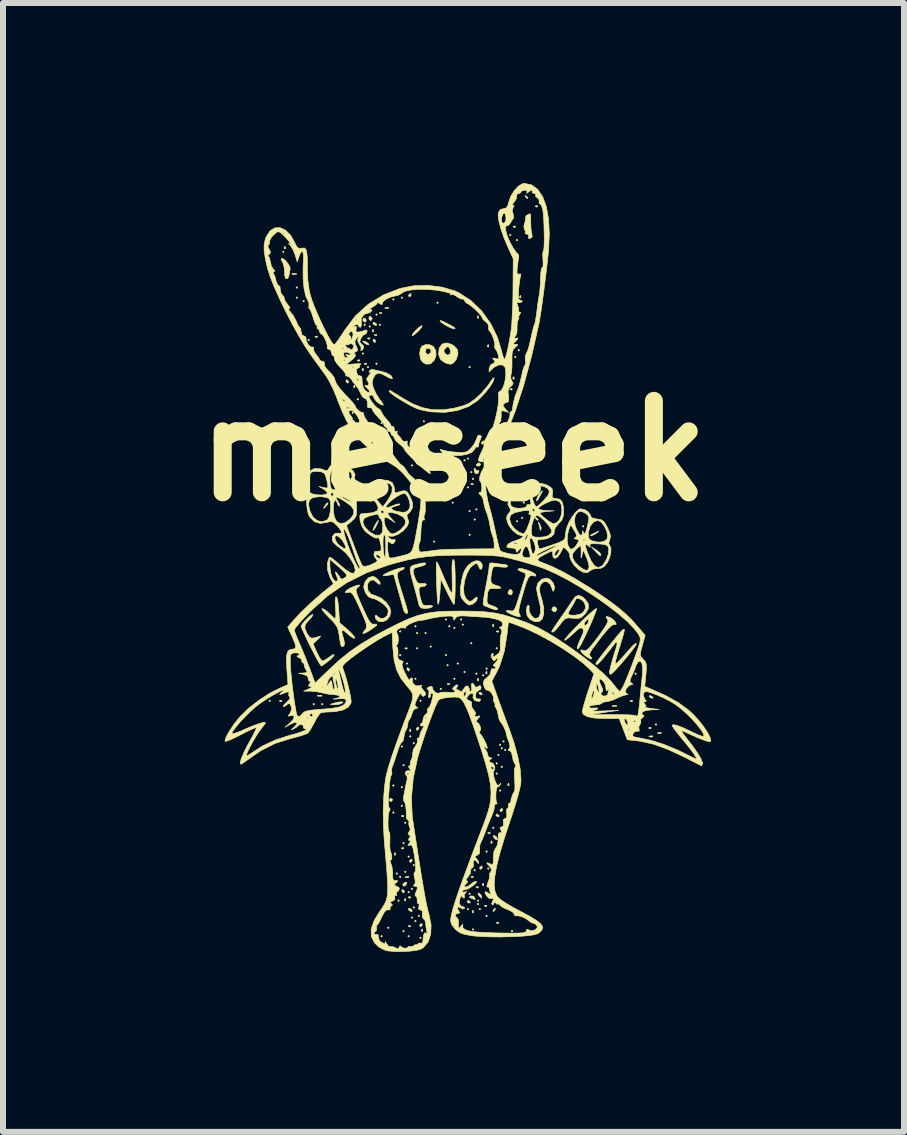
<source format=kicad_pcb>
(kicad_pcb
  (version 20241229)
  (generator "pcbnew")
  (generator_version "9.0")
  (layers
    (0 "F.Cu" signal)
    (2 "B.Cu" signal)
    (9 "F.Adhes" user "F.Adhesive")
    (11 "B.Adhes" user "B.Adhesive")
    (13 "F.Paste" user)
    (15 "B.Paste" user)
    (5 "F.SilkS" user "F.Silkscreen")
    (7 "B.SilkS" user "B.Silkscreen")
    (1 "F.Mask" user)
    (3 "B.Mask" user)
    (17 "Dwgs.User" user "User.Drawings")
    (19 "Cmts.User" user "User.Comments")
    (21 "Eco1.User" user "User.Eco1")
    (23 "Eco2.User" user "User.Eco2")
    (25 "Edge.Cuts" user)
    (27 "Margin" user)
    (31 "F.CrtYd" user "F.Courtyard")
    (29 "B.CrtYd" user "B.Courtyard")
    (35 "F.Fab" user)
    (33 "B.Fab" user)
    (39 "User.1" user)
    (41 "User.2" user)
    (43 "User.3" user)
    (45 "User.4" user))
  (footprint "meseek"
    (layer "F.Cu")
    (at 4.507 4.464)
    (property "Reference" "meseek" (at 0 0 0) (layer "F.SilkS") (effects (font (size 1.524 1.524) (thickness 0.3))))
    (attr through_hole)
    (fp_poly (pts (xy -3.048 4.163) (xy -3.062 4.177) (xy -3.076 4.163) (xy -3.062 4.149) (xy -3.048 4.163)) (stroke (width 0.01) (type solid)) (fill yes) (layer "F.SilkS"))
    (fp_poly (pts (xy -2.822 -3.316) (xy -2.836 -3.302) (xy -2.85 -3.316) (xy -2.836 -3.33) (xy -2.822 -3.316)) (stroke (width 0.01) (type solid)) (fill yes) (layer "F.SilkS"))
    (fp_poly (pts (xy -2.596 -2.723) (xy -2.611 -2.709) (xy -2.625 -2.723) (xy -2.611 -2.738) (xy -2.596 -2.723)) (stroke (width 0.01) (type solid)) (fill yes) (layer "F.SilkS"))
    (fp_poly (pts (xy -2.596 -2.554) (xy -2.611 -2.54) (xy -2.625 -2.554) (xy -2.611 -2.568) (xy -2.596 -2.554)) (stroke (width 0.01) (type solid)) (fill yes) (layer "F.SilkS"))
    (fp_poly (pts (xy -2.484 -2.498) (xy -2.498 -2.484) (xy -2.512 -2.498) (xy -2.498 -2.512) (xy -2.484 -2.498)) (stroke (width 0.01) (type solid)) (fill yes) (layer "F.SilkS"))
    (fp_poly (pts (xy -2.399 -1.849) (xy -2.413 -1.834) (xy -2.427 -1.849) (xy -2.413 -1.863) (xy -2.399 -1.849)) (stroke (width 0.01) (type solid)) (fill yes) (layer "F.SilkS"))
    (fp_poly (pts (xy -2.314 4.219) (xy -2.328 4.233) (xy -2.342 4.219) (xy -2.328 4.205) (xy -2.314 4.219)) (stroke (width 0.01) (type solid)) (fill yes) (layer "F.SilkS"))
    (fp_poly (pts (xy -2.173 4.219) (xy -2.187 4.233) (xy -2.201 4.219) (xy -2.187 4.205) (xy -2.173 4.219)) (stroke (width 0.01) (type solid)) (fill yes) (layer "F.SilkS"))
    (fp_poly (pts (xy -1.665 -0.635) (xy -1.679 -0.621) (xy -1.693 -0.635) (xy -1.679 -0.649) (xy -1.665 -0.635)) (stroke (width 0.01) (type solid)) (fill yes) (layer "F.SilkS"))
    (fp_poly (pts (xy -1.58 -0.861) (xy -1.595 -0.847) (xy -1.609 -0.861) (xy -1.595 -0.875) (xy -1.58 -0.861)) (stroke (width 0.01) (type solid)) (fill yes) (layer "F.SilkS"))
    (fp_poly (pts (xy -1.496 -1.623) (xy -1.51 -1.609) (xy -1.524 -1.623) (xy -1.51 -1.637) (xy -1.496 -1.623)) (stroke (width 0.01) (type solid)) (fill yes) (layer "F.SilkS"))
    (fp_poly (pts (xy -1.468 -2.103) (xy -1.482 -2.088) (xy -1.496 -2.103) (xy -1.482 -2.117) (xy -1.468 -2.103)) (stroke (width 0.01) (type solid)) (fill yes) (layer "F.SilkS"))
    (fp_poly (pts (xy -1.411 -1.397) (xy -1.425 -1.383) (xy -1.439 -1.397) (xy -1.425 -1.411) (xy -1.411 -1.397)) (stroke (width 0.01) (type solid)) (fill yes) (layer "F.SilkS"))
    (fp_poly (pts (xy -1.383 -2.074) (xy -1.397 -2.06) (xy -1.411 -2.074) (xy -1.397 -2.088) (xy -1.383 -2.074)) (stroke (width 0.01) (type solid)) (fill yes) (layer "F.SilkS"))
    (fp_poly (pts (xy -1.27 -2.272) (xy -1.284 -2.258) (xy -1.298 -2.272) (xy -1.284 -2.286) (xy -1.27 -2.272)) (stroke (width 0.01) (type solid)) (fill yes) (layer "F.SilkS"))
    (fp_poly (pts (xy -1.27 -1.453) (xy -1.284 -1.439) (xy -1.298 -1.453) (xy -1.284 -1.468) (xy -1.27 -1.453)) (stroke (width 0.01) (type solid)) (fill yes) (layer "F.SilkS"))
    (fp_poly (pts (xy -1.214 -2.103) (xy -1.228 -2.088) (xy -1.242 -2.103) (xy -1.228 -2.117) (xy -1.214 -2.103)) (stroke (width 0.01) (type solid)) (fill yes) (layer "F.SilkS"))
    (fp_poly (pts (xy -1.185 -0.466) (xy -1.199 -0.452) (xy -1.214 -0.466) (xy -1.199 -0.48) (xy -1.185 -0.466)) (stroke (width 0.01) (type solid)) (fill yes) (layer "F.SilkS"))
    (fp_poly (pts (xy -1.185 0.748) (xy -1.199 0.762) (xy -1.214 0.748) (xy -1.199 0.734) (xy -1.185 0.748)) (stroke (width 0.01) (type solid)) (fill yes) (layer "F.SilkS"))
    (fp_poly (pts (xy -1.185 8.086) (xy -1.199 8.1) (xy -1.214 8.086) (xy -1.199 8.072) (xy -1.185 8.086)) (stroke (width 0.01) (type solid)) (fill yes) (layer "F.SilkS"))
    (fp_poly (pts (xy -1.072 7.945) (xy -1.087 7.959) (xy -1.101 7.945) (xy -1.087 7.93) (xy -1.072 7.945)) (stroke (width 0.01) (type solid)) (fill yes) (layer "F.SilkS"))
    (fp_poly (pts (xy -0.988 -2.526) (xy -1.002 -2.512) (xy -1.016 -2.526) (xy -1.002 -2.54) (xy -0.988 -2.526)) (stroke (width 0.01) (type solid)) (fill yes) (layer "F.SilkS"))
    (fp_poly (pts (xy -0.988 5.574) (xy -1.002 5.588) (xy -1.016 5.574) (xy -1.002 5.56) (xy -0.988 5.574)) (stroke (width 0.01) (type solid)) (fill yes) (layer "F.SilkS"))
    (fp_poly (pts (xy -0.988 6.025) (xy -1.002 6.04) (xy -1.016 6.025) (xy -1.002 6.011) (xy -0.988 6.025)) (stroke (width 0.01) (type solid)) (fill yes) (layer "F.SilkS"))
    (fp_poly (pts (xy -0.931 7.041) (xy -0.945 7.056) (xy -0.96 7.041) (xy -0.945 7.027) (xy -0.931 7.041)) (stroke (width 0.01) (type solid)) (fill yes) (layer "F.SilkS"))
    (fp_poly (pts (xy -0.903 7.493) (xy -0.917 7.507) (xy -0.931 7.493) (xy -0.917 7.479) (xy -0.903 7.493)) (stroke (width 0.01) (type solid)) (fill yes) (layer "F.SilkS"))
    (fp_poly (pts (xy -0.875 3.006) (xy -0.889 3.02) (xy -0.903 3.006) (xy -0.889 2.992) (xy -0.875 3.006)) (stroke (width 0.01) (type solid)) (fill yes) (layer "F.SilkS"))
    (fp_poly (pts (xy -0.875 3.401) (xy -0.889 3.415) (xy -0.903 3.401) (xy -0.889 3.387) (xy -0.875 3.401)) (stroke (width 0.01) (type solid)) (fill yes) (layer "F.SilkS"))
    (fp_poly (pts (xy -0.875 7.098) (xy -0.889 7.112) (xy -0.903 7.098) (xy -0.889 7.084) (xy -0.875 7.098)) (stroke (width 0.01) (type solid)) (fill yes) (layer "F.SilkS"))
    (fp_poly (pts (xy -0.847 -2.554) (xy -0.861 -2.54) (xy -0.875 -2.554) (xy -0.861 -2.568) (xy -0.847 -2.554)) (stroke (width 0.01) (type solid)) (fill yes) (layer "F.SilkS"))
    (fp_poly (pts (xy -0.847 4.925) (xy -0.861 4.939) (xy -0.875 4.925) (xy -0.861 4.911) (xy -0.847 4.925)) (stroke (width 0.01) (type solid)) (fill yes) (layer "F.SilkS"))
    (fp_poly (pts (xy -0.847 5.602) (xy -0.861 5.616) (xy -0.875 5.602) (xy -0.861 5.588) (xy -0.847 5.602)) (stroke (width 0.01) (type solid)) (fill yes) (layer "F.SilkS"))
    (fp_poly (pts (xy -0.847 5.913) (xy -0.861 5.927) (xy -0.875 5.913) (xy -0.861 5.898) (xy -0.847 5.913)) (stroke (width 0.01) (type solid)) (fill yes) (layer "F.SilkS"))
    (fp_poly (pts (xy -0.818 5.235) (xy -0.833 5.249) (xy -0.847 5.235) (xy -0.833 5.221) (xy -0.818 5.235)) (stroke (width 0.01) (type solid)) (fill yes) (layer "F.SilkS"))
    (fp_poly (pts (xy -0.818 6.533) (xy -0.833 6.548) (xy -0.847 6.533) (xy -0.833 6.519) (xy -0.818 6.533)) (stroke (width 0.01) (type solid)) (fill yes) (layer "F.SilkS"))
    (fp_poly (pts (xy -0.818 8.001) (xy -0.833 8.015) (xy -0.847 8.001) (xy -0.833 7.987) (xy -0.818 8.001)) (stroke (width 0.01) (type solid)) (fill yes) (layer "F.SilkS"))
    (fp_poly (pts (xy -0.79 6.195) (xy -0.804 6.209) (xy -0.818 6.195) (xy -0.804 6.181) (xy -0.79 6.195)) (stroke (width 0.01) (type solid)) (fill yes) (layer "F.SilkS"))
    (fp_poly (pts (xy -0.79 7.013) (xy -0.804 7.027) (xy -0.818 7.013) (xy -0.804 6.999) (xy -0.79 7.013)) (stroke (width 0.01) (type solid)) (fill yes) (layer "F.SilkS"))
    (fp_poly (pts (xy -0.762 3.542) (xy -0.776 3.556) (xy -0.79 3.542) (xy -0.776 3.528) (xy -0.762 3.542)) (stroke (width 0.01) (type solid)) (fill yes) (layer "F.SilkS"))
    (fp_poly (pts (xy -0.734 6.759) (xy -0.748 6.773) (xy -0.762 6.759) (xy -0.748 6.745) (xy -0.734 6.759)) (stroke (width 0.01) (type solid)) (fill yes) (layer "F.SilkS"))
    (fp_poly (pts (xy -0.734 7.352) (xy -0.748 7.366) (xy -0.762 7.352) (xy -0.748 7.338) (xy -0.734 7.352)) (stroke (width 0.01) (type solid)) (fill yes) (layer "F.SilkS"))
    (fp_poly (pts (xy -0.734 8.086) (xy -0.748 8.1) (xy -0.762 8.086) (xy -0.748 8.072) (xy -0.734 8.086)) (stroke (width 0.01) (type solid)) (fill yes) (layer "F.SilkS"))
    (fp_poly (pts (xy -0.706 4.755) (xy -0.72 4.77) (xy -0.734 4.755) (xy -0.72 4.741) (xy -0.706 4.755)) (stroke (width 0.01) (type solid)) (fill yes) (layer "F.SilkS"))
    (fp_poly (pts (xy -0.677 0.24) (xy -0.691 0.254) (xy -0.706 0.24) (xy -0.691 0.226) (xy -0.677 0.24)) (stroke (width 0.01) (type solid)) (fill yes) (layer "F.SilkS"))
    (fp_poly (pts (xy -0.677 7.295) (xy -0.691 7.31) (xy -0.706 7.295) (xy -0.691 7.281) (xy -0.677 7.295)) (stroke (width 0.01) (type solid)) (fill yes) (layer "F.SilkS"))
    (fp_poly (pts (xy -0.677 7.775) (xy -0.691 7.789) (xy -0.706 7.775) (xy -0.691 7.761) (xy -0.677 7.775)) (stroke (width 0.01) (type solid)) (fill yes) (layer "F.SilkS"))
    (fp_poly (pts (xy -0.649 4.868) (xy -0.663 4.882) (xy -0.677 4.868) (xy -0.663 4.854) (xy -0.649 4.868)) (stroke (width 0.01) (type solid)) (fill yes) (layer "F.SilkS"))
    (fp_poly (pts (xy -0.649 6.9) (xy -0.663 6.914) (xy -0.677 6.9) (xy -0.663 6.886) (xy -0.649 6.9)) (stroke (width 0.01) (type solid)) (fill yes) (layer "F.SilkS"))
    (fp_poly (pts (xy -0.649 7.606) (xy -0.663 7.62) (xy -0.677 7.606) (xy -0.663 7.592) (xy -0.649 7.606)) (stroke (width 0.01) (type solid)) (fill yes) (layer "F.SilkS"))
    (fp_poly (pts (xy -0.621 2.921) (xy -0.635 2.935) (xy -0.649 2.921) (xy -0.635 2.907) (xy -0.621 2.921)) (stroke (width 0.01) (type solid)) (fill yes) (layer "F.SilkS"))
    (fp_poly (pts (xy -0.621 3.796) (xy -0.635 3.81) (xy -0.649 3.796) (xy -0.635 3.782) (xy -0.621 3.796)) (stroke (width 0.01) (type solid)) (fill yes) (layer "F.SilkS"))
    (fp_poly (pts (xy -0.621 7.832) (xy -0.635 7.846) (xy -0.649 7.832) (xy -0.635 7.818) (xy -0.621 7.832)) (stroke (width 0.01) (type solid)) (fill yes) (layer "F.SilkS"))
    (fp_poly (pts (xy -0.593 3.034) (xy -0.607 3.048) (xy -0.621 3.034) (xy -0.607 3.02) (xy -0.593 3.034)) (stroke (width 0.01) (type solid)) (fill yes) (layer "F.SilkS"))
    (fp_poly (pts (xy -0.593 3.288) (xy -0.607 3.302) (xy -0.621 3.288) (xy -0.607 3.274) (xy -0.593 3.288)) (stroke (width 0.01) (type solid)) (fill yes) (layer "F.SilkS"))
    (fp_poly (pts (xy -0.564 7.747) (xy -0.579 7.761) (xy -0.593 7.747) (xy -0.579 7.733) (xy -0.564 7.747)) (stroke (width 0.01) (type solid)) (fill yes) (layer "F.SilkS"))
    (fp_poly (pts (xy -0.536 4.163) (xy -0.55 4.177) (xy -0.564 4.163) (xy -0.55 4.149) (xy -0.536 4.163)) (stroke (width 0.01) (type solid)) (fill yes) (layer "F.SilkS"))
    (fp_poly (pts (xy -0.536 8.114) (xy -0.55 8.128) (xy -0.564 8.114) (xy -0.55 8.1) (xy -0.536 8.114)) (stroke (width 0.01) (type solid)) (fill yes) (layer "F.SilkS"))
    (fp_poly (pts (xy -0.48 -0.494) (xy -0.494 -0.48) (xy -0.508 -0.494) (xy -0.494 -0.508) (xy -0.48 -0.494)) (stroke (width 0.01) (type solid)) (fill yes) (layer "F.SilkS"))
    (fp_poly (pts (xy -0.452 3.034) (xy -0.466 3.048) (xy -0.48 3.034) (xy -0.466 3.02) (xy -0.452 3.034)) (stroke (width 0.01) (type solid)) (fill yes) (layer "F.SilkS"))
    (fp_poly (pts (xy -0.367 3.26) (xy -0.381 3.274) (xy -0.395 3.26) (xy -0.381 3.246) (xy -0.367 3.26)) (stroke (width 0.01) (type solid)) (fill yes) (layer "F.SilkS"))
    (fp_poly (pts (xy -0.31 1.51) (xy -0.325 1.524) (xy -0.339 1.51) (xy -0.325 1.496) (xy -0.31 1.51)) (stroke (width 0.01) (type solid)) (fill yes) (layer "F.SilkS"))
    (fp_poly (pts (xy -0.254 -2.469) (xy -0.268 -2.455) (xy -0.282 -2.469) (xy -0.268 -2.484) (xy -0.254 -2.469)) (stroke (width 0.01) (type solid)) (fill yes) (layer "F.SilkS"))
    (fp_poly (pts (xy -0.198 0.212) (xy -0.212 0.226) (xy -0.226 0.212) (xy -0.212 0.198) (xy -0.198 0.212)) (stroke (width 0.01) (type solid)) (fill yes) (layer "F.SilkS"))
    (fp_poly (pts (xy -0.198 3.965) (xy -0.212 3.979) (xy -0.226 3.965) (xy -0.212 3.951) (xy -0.198 3.965)) (stroke (width 0.01) (type solid)) (fill yes) (layer "F.SilkS"))
    (fp_poly (pts (xy -0.113 2.808) (xy -0.127 2.822) (xy -0.141 2.808) (xy -0.127 2.794) (xy -0.113 2.808)) (stroke (width 0.01) (type solid)) (fill yes) (layer "F.SilkS"))
    (fp_poly (pts (xy -0.113 3.401) (xy -0.127 3.415) (xy -0.141 3.401) (xy -0.127 3.387) (xy -0.113 3.401)) (stroke (width 0.01) (type solid)) (fill yes) (layer "F.SilkS"))
    (fp_poly (pts (xy -0.085 3.57) (xy -0.099 3.584) (xy -0.113 3.57) (xy -0.099 3.556) (xy -0.085 3.57)) (stroke (width 0.01) (type solid)) (fill yes) (layer "F.SilkS"))
    (fp_poly (pts (xy -0.056 2.921) (xy -0.071 2.935) (xy -0.085 2.921) (xy -0.071 2.907) (xy -0.056 2.921)) (stroke (width 0.01) (type solid)) (fill yes) (layer "F.SilkS"))
    (fp_poly (pts (xy -0.028 -2.611) (xy -0.042 -2.596) (xy -0.056 -2.611) (xy -0.042 -2.625) (xy -0.028 -2.611)) (stroke (width 0.01) (type solid)) (fill yes) (layer "F.SilkS"))
    (fp_poly (pts (xy 0 0.861) (xy -0.014 0.875) (xy -0.028 0.861) (xy -0.014 0.847) (xy 0 0.861)) (stroke (width 0.01) (type solid)) (fill yes) (layer "F.SilkS"))
    (fp_poly (pts (xy 0.028 2.949) (xy 0.014 2.963) (xy 0 2.949) (xy 0.014 2.935) (xy 0.028 2.949)) (stroke (width 0.01) (type solid)) (fill yes) (layer "F.SilkS"))
    (fp_poly (pts (xy 0.028 3.796) (xy 0.014 3.81) (xy 0 3.796) (xy 0.014 3.782) (xy 0.028 3.796)) (stroke (width 0.01) (type solid)) (fill yes) (layer "F.SilkS"))
    (fp_poly (pts (xy 0.085 3.542) (xy 0.071 3.556) (xy 0.056 3.542) (xy 0.071 3.528) (xy 0.085 3.542)) (stroke (width 0.01) (type solid)) (fill yes) (layer "F.SilkS"))
    (fp_poly (pts (xy 0.141 2.808) (xy 0.127 2.822) (xy 0.113 2.808) (xy 0.127 2.794) (xy 0.141 2.808)) (stroke (width 0.01) (type solid)) (fill yes) (layer "F.SilkS"))
    (fp_poly (pts (xy 0.169 2.893) (xy 0.155 2.907) (xy 0.141 2.893) (xy 0.155 2.879) (xy 0.169 2.893)) (stroke (width 0.01) (type solid)) (fill yes) (layer "F.SilkS"))
    (fp_poly (pts (xy 0.198 0.155) (xy 0.183 0.169) (xy 0.169 0.155) (xy 0.183 0.141) (xy 0.198 0.155)) (stroke (width 0.01) (type solid)) (fill yes) (layer "F.SilkS"))
    (fp_poly (pts (xy 0.198 3.683) (xy 0.183 3.697) (xy 0.169 3.683) (xy 0.183 3.669) (xy 0.198 3.683)) (stroke (width 0.01) (type solid)) (fill yes) (layer "F.SilkS"))
    (fp_poly (pts (xy 0.254 0.127) (xy 0.24 0.141) (xy 0.226 0.127) (xy 0.24 0.113) (xy 0.254 0.127)) (stroke (width 0.01) (type solid)) (fill yes) (layer "F.SilkS"))
    (fp_poly (pts (xy 0.254 0.607) (xy 0.24 0.621) (xy 0.226 0.607) (xy 0.24 0.593) (xy 0.254 0.607)) (stroke (width 0.01) (type solid)) (fill yes) (layer "F.SilkS"))
    (fp_poly (pts (xy 0.254 7.634) (xy 0.24 7.648) (xy 0.226 7.634) (xy 0.24 7.62) (xy 0.254 7.634)) (stroke (width 0.01) (type solid)) (fill yes) (layer "F.SilkS"))
    (fp_poly (pts (xy 0.282 -1.397) (xy 0.268 -1.383) (xy 0.254 -1.397) (xy 0.268 -1.411) (xy 0.282 -1.397)) (stroke (width 0.01) (type solid)) (fill yes) (layer "F.SilkS"))
    (fp_poly (pts (xy 0.282 1.002) (xy 0.268 1.016) (xy 0.254 1.002) (xy 0.268 0.988) (xy 0.282 1.002)) (stroke (width 0.01) (type solid)) (fill yes) (layer "F.SilkS"))
    (fp_poly (pts (xy 0.282 1.397) (xy 0.268 1.411) (xy 0.254 1.397) (xy 0.268 1.383) (xy 0.282 1.397)) (stroke (width 0.01) (type solid)) (fill yes) (layer "F.SilkS"))
    (fp_poly (pts (xy 0.282 7.38) (xy 0.268 7.394) (xy 0.254 7.38) (xy 0.268 7.366) (xy 0.282 7.38)) (stroke (width 0.01) (type solid)) (fill yes) (layer "F.SilkS"))
    (fp_poly (pts (xy 0.31 0.353) (xy 0.296 0.367) (xy 0.282 0.353) (xy 0.296 0.339) (xy 0.31 0.353)) (stroke (width 0.01) (type solid)) (fill yes) (layer "F.SilkS"))
    (fp_poly (pts (xy 0.31 3.203) (xy 0.296 3.217) (xy 0.282 3.203) (xy 0.296 3.189) (xy 0.31 3.203)) (stroke (width 0.01) (type solid)) (fill yes) (layer "F.SilkS"))
    (fp_poly (pts (xy 0.339 0.466) (xy 0.325 0.48) (xy 0.31 0.466) (xy 0.325 0.452) (xy 0.339 0.466)) (stroke (width 0.01) (type solid)) (fill yes) (layer "F.SilkS"))
    (fp_poly (pts (xy 0.339 7.973) (xy 0.325 7.987) (xy 0.31 7.973) (xy 0.325 7.959) (xy 0.339 7.973)) (stroke (width 0.01) (type solid)) (fill yes) (layer "F.SilkS"))
    (fp_poly (pts (xy 0.367 1.143) (xy 0.353 1.157) (xy 0.339 1.143) (xy 0.353 1.129) (xy 0.367 1.143)) (stroke (width 0.01) (type solid)) (fill yes) (layer "F.SilkS"))
    (fp_poly (pts (xy 0.367 6.985) (xy 0.353 6.999) (xy 0.339 6.985) (xy 0.353 6.971) (xy 0.367 6.985)) (stroke (width 0.01) (type solid)) (fill yes) (layer "F.SilkS"))
    (fp_poly (pts (xy 0.395 0.974) (xy 0.381 0.988) (xy 0.367 0.974) (xy 0.381 0.96) (xy 0.395 0.974)) (stroke (width 0.01) (type solid)) (fill yes) (layer "F.SilkS"))
    (fp_poly (pts (xy 0.395 3.711) (xy 0.381 3.725) (xy 0.367 3.711) (xy 0.381 3.697) (xy 0.395 3.711)) (stroke (width 0.01) (type solid)) (fill yes) (layer "F.SilkS"))
    (fp_poly (pts (xy 0.423 7.493) (xy 0.409 7.507) (xy 0.395 7.493) (xy 0.409 7.479) (xy 0.423 7.493)) (stroke (width 0.01) (type solid)) (fill yes) (layer "F.SilkS"))
    (fp_poly (pts (xy 0.423 7.549) (xy 0.409 7.564) (xy 0.395 7.549) (xy 0.409 7.535) (xy 0.423 7.549)) (stroke (width 0.01) (type solid)) (fill yes) (layer "F.SilkS"))
    (fp_poly (pts (xy 0.452 7.634) (xy 0.437 7.648) (xy 0.423 7.634) (xy 0.437 7.62) (xy 0.452 7.634)) (stroke (width 0.01) (type solid)) (fill yes) (layer "F.SilkS"))
    (fp_poly (pts (xy 0.508 3.739) (xy 0.494 3.754) (xy 0.48 3.739) (xy 0.494 3.725) (xy 0.508 3.739)) (stroke (width 0.01) (type solid)) (fill yes) (layer "F.SilkS"))
    (fp_poly (pts (xy 0.564 3.627) (xy 0.55 3.641) (xy 0.536 3.627) (xy 0.55 3.612) (xy 0.564 3.627)) (stroke (width 0.01) (type solid)) (fill yes) (layer "F.SilkS"))
    (fp_poly (pts (xy 0.564 6.675) (xy 0.55 6.689) (xy 0.536 6.675) (xy 0.55 6.66) (xy 0.564 6.675)) (stroke (width 0.01) (type solid)) (fill yes) (layer "F.SilkS"))
    (fp_poly (pts (xy 0.564 7.747) (xy 0.55 7.761) (xy 0.536 7.747) (xy 0.55 7.733) (xy 0.564 7.747)) (stroke (width 0.01) (type solid)) (fill yes) (layer "F.SilkS"))
    (fp_poly (pts (xy 0.593 6.957) (xy 0.579 6.971) (xy 0.564 6.957) (xy 0.579 6.943) (xy 0.593 6.957)) (stroke (width 0.01) (type solid)) (fill yes) (layer "F.SilkS"))
    (fp_poly (pts (xy 0.677 6.279) (xy 0.663 6.294) (xy 0.649 6.279) (xy 0.663 6.265) (xy 0.677 6.279)) (stroke (width 0.01) (type solid)) (fill yes) (layer "F.SilkS"))
    (fp_poly (pts (xy 0.734 3.288) (xy 0.72 3.302) (xy 0.706 3.288) (xy 0.72 3.274) (xy 0.734 3.288)) (stroke (width 0.01) (type solid)) (fill yes) (layer "F.SilkS"))
    (fp_poly (pts (xy 0.734 5.207) (xy 0.72 5.221) (xy 0.706 5.207) (xy 0.72 5.193) (xy 0.734 5.207)) (stroke (width 0.01) (type solid)) (fill yes) (layer "F.SilkS"))
    (fp_poly (pts (xy 0.734 5.376) (xy 0.72 5.39) (xy 0.706 5.376) (xy 0.72 5.362) (xy 0.734 5.376)) (stroke (width 0.01) (type solid)) (fill yes) (layer "F.SilkS"))
    (fp_poly (pts (xy 0.762 5.066) (xy 0.748 5.08) (xy 0.734 5.066) (xy 0.748 5.052) (xy 0.762 5.066)) (stroke (width 0.01) (type solid)) (fill yes) (layer "F.SilkS"))
    (fp_poly (pts (xy 0.79 4.897) (xy 0.776 4.911) (xy 0.762 4.897) (xy 0.776 4.882) (xy 0.79 4.897)) (stroke (width 0.01) (type solid)) (fill yes) (layer "F.SilkS"))
    (fp_poly (pts (xy 0.79 5.659) (xy 0.776 5.673) (xy 0.762 5.659) (xy 0.776 5.644) (xy 0.79 5.659)) (stroke (width 0.01) (type solid)) (fill yes) (layer "F.SilkS"))
    (fp_poly (pts (xy 0.818 4.953) (xy 0.804 4.967) (xy 0.79 4.953) (xy 0.804 4.939) (xy 0.818 4.953)) (stroke (width 0.01) (type solid)) (fill yes) (layer "F.SilkS"))
    (fp_poly (pts (xy 0.818 5.263) (xy 0.804 5.278) (xy 0.79 5.263) (xy 0.804 5.249) (xy 0.818 5.263)) (stroke (width 0.01) (type solid)) (fill yes) (layer "F.SilkS"))
    (fp_poly (pts (xy 0.847 4.84) (xy 0.833 4.854) (xy 0.818 4.84) (xy 0.833 4.826) (xy 0.847 4.84)) (stroke (width 0.01) (type solid)) (fill yes) (layer "F.SilkS"))
    (fp_poly (pts (xy 0.875 4.981) (xy 0.861 4.995) (xy 0.847 4.981) (xy 0.861 4.967) (xy 0.875 4.981)) (stroke (width 0.01) (type solid)) (fill yes) (layer "F.SilkS"))
    (fp_poly (pts (xy 0.96 -3.598) (xy 0.945 -3.584) (xy 0.931 -3.598) (xy 0.945 -3.612) (xy 0.96 -3.598)) (stroke (width 0.01) (type solid)) (fill yes) (layer "F.SilkS"))
    (fp_poly (pts (xy 0.988 8.001) (xy 0.974 8.015) (xy 0.96 8.001) (xy 0.974 7.987) (xy 0.988 8.001)) (stroke (width 0.01) (type solid)) (fill yes) (layer "F.SilkS"))
    (fp_poly (pts (xy 1.044 -1.566) (xy 1.03 -1.552) (xy 1.016 -1.566) (xy 1.03 -1.58) (xy 1.044 -1.566)) (stroke (width 0.01) (type solid)) (fill yes) (layer "F.SilkS"))
    (fp_poly (pts (xy 1.072 -3.514) (xy 1.058 -3.5) (xy 1.044 -3.514) (xy 1.058 -3.528) (xy 1.072 -3.514)) (stroke (width 0.01) (type solid)) (fill yes) (layer "F.SilkS"))
    (fp_poly (pts (xy 1.072 1.171) (xy 1.058 1.185) (xy 1.044 1.171) (xy 1.058 1.157) (xy 1.072 1.171)) (stroke (width 0.01) (type solid)) (fill yes) (layer "F.SilkS"))
    (fp_poly (pts (xy 1.101 -1.679) (xy 1.087 -1.665) (xy 1.072 -1.679) (xy 1.087 -1.693) (xy 1.101 -1.679)) (stroke (width 0.01) (type solid)) (fill yes) (layer "F.SilkS"))
    (fp_poly (pts (xy 1.129 0.804) (xy 1.115 0.818) (xy 1.101 0.804) (xy 1.115 0.79) (xy 1.129 0.804)) (stroke (width 0.01) (type solid)) (fill yes) (layer "F.SilkS"))
    (fp_poly (pts (xy 1.157 1.115) (xy 1.143 1.129) (xy 1.129 1.115) (xy 1.143 1.101) (xy 1.157 1.115)) (stroke (width 0.01) (type solid)) (fill yes) (layer "F.SilkS"))
    (fp_poly (pts (xy 1.185 0.861) (xy 1.171 0.875) (xy 1.157 0.861) (xy 1.171 0.847) (xy 1.185 0.861)) (stroke (width 0.01) (type solid)) (fill yes) (layer "F.SilkS"))
    (fp_poly (pts (xy 2.173 1.256) (xy 2.159 1.27) (xy 2.145 1.256) (xy 2.159 1.242) (xy 2.173 1.256)) (stroke (width 0.01) (type solid)) (fill yes) (layer "F.SilkS"))
    (fp_poly (pts (xy 3.048 3.711) (xy 3.034 3.725) (xy 3.02 3.711) (xy 3.034 3.697) (xy 3.048 3.711)) (stroke (width 0.01) (type solid)) (fill yes) (layer "F.SilkS"))
    (fp_poly (pts (xy 3.387 4.558) (xy 3.373 4.572) (xy 3.358 4.558) (xy 3.373 4.544) (xy 3.387 4.558)) (stroke (width 0.01) (type solid)) (fill yes) (layer "F.SilkS"))
    (fp_poly (pts (xy -2.86 4.158) (xy -2.864 4.175) (xy -2.879 4.177) (xy -2.902 4.167) (xy -2.897 4.158) (xy -2.864 4.155) (xy -2.86 4.158)) (stroke (width 0.01) (type solid)) (fill yes) (layer "F.SilkS"))
    (fp_poly (pts (xy -2.803 -3.405) (xy -2.8 -3.372) (xy -2.803 -3.368) (xy -2.82 -3.372) (xy -2.822 -3.387) (xy -2.812 -3.41) (xy -2.803 -3.405)) (stroke (width 0.01) (type solid)) (fill yes) (layer "F.SilkS"))
    (fp_poly (pts (xy -2.618 -2.954) (xy -2.614 -2.944) (xy -2.653 -2.94) (xy -2.693 -2.944) (xy -2.688 -2.954) (xy -2.63 -2.958) (xy -2.618 -2.954)) (stroke (width 0.01) (type solid)) (fill yes) (layer "F.SilkS"))
    (fp_poly (pts (xy -2.267 -1.91) (xy -2.271 -1.893) (xy -2.286 -1.891) (xy -2.309 -1.901) (xy -2.305 -1.91) (xy -2.271 -1.913) (xy -2.267 -1.91)) (stroke (width 0.01) (type solid)) (fill yes) (layer "F.SilkS"))
    (fp_poly (pts (xy -2.194 4.074) (xy -2.191 4.084) (xy -2.23 4.088) (xy -2.27 4.083) (xy -2.265 4.074) (xy -2.207 4.07) (xy -2.194 4.074)) (stroke (width 0.01) (type solid)) (fill yes) (layer "F.SilkS"))
    (fp_poly (pts (xy -1.929 0.546) (xy -1.925 0.579) (xy -1.929 0.583) (xy -1.945 0.579) (xy -1.947 0.564) (xy -1.937 0.541) (xy -1.929 0.546)) (stroke (width 0.01) (type solid)) (fill yes) (layer "F.SilkS"))
    (fp_poly (pts (xy -1.844 0.687) (xy -1.848 0.704) (xy -1.863 0.706) (xy -1.886 0.695) (xy -1.881 0.687) (xy -1.848 0.683) (xy -1.844 0.687)) (stroke (width 0.01) (type solid)) (fill yes) (layer "F.SilkS"))
    (fp_poly (pts (xy -1.646 -1.091) (xy -1.643 -1.058) (xy -1.646 -1.054) (xy -1.663 -1.058) (xy -1.665 -1.072) (xy -1.655 -1.096) (xy -1.646 -1.091)) (stroke (width 0.01) (type solid)) (fill yes) (layer "F.SilkS"))
    (fp_poly (pts (xy -1.562 -1.515) (xy -1.566 -1.498) (xy -1.58 -1.496) (xy -1.604 -1.506) (xy -1.599 -1.515) (xy -1.566 -1.518) (xy -1.562 -1.515)) (stroke (width 0.01) (type solid)) (fill yes) (layer "F.SilkS"))
    (fp_poly (pts (xy -1.505 -1.373) (xy -1.502 -1.34) (xy -1.505 -1.336) (xy -1.522 -1.34) (xy -1.524 -1.355) (xy -1.514 -1.378) (xy -1.505 -1.373)) (stroke (width 0.01) (type solid)) (fill yes) (layer "F.SilkS"))
    (fp_poly (pts (xy -1.449 -1.458) (xy -1.453 -1.441) (xy -1.468 -1.439) (xy -1.491 -1.45) (xy -1.486 -1.458) (xy -1.453 -1.462) (xy -1.449 -1.458)) (stroke (width 0.01) (type solid)) (fill yes) (layer "F.SilkS"))
    (fp_poly (pts (xy -1.392 -1.881) (xy -1.396 -1.865) (xy -1.411 -1.863) (xy -1.434 -1.873) (xy -1.43 -1.881) (xy -1.396 -1.885) (xy -1.392 -1.881)) (stroke (width 0.01) (type solid)) (fill yes) (layer "F.SilkS"))
    (fp_poly (pts (xy -1.336 -2.023) (xy -1.332 -1.989) (xy -1.336 -1.985) (xy -1.353 -1.989) (xy -1.355 -2.004) (xy -1.344 -2.027) (xy -1.336 -2.023)) (stroke (width 0.01) (type solid)) (fill yes) (layer "F.SilkS"))
    (fp_poly (pts (xy -1.279 -1.938) (xy -1.283 -1.921) (xy -1.298 -1.919) (xy -1.321 -1.929) (xy -1.317 -1.938) (xy -1.284 -1.941) (xy -1.279 -1.938)) (stroke (width 0.01) (type solid)) (fill yes) (layer "F.SilkS"))
    (fp_poly (pts (xy -1.195 -2.305) (xy -1.199 -2.288) (xy -1.214 -2.286) (xy -1.237 -2.296) (xy -1.232 -2.305) (xy -1.199 -2.308) (xy -1.195 -2.305)) (stroke (width 0.01) (type solid)) (fill yes) (layer "F.SilkS"))
    (fp_poly (pts (xy -1.08 -2.388) (xy -1.089 -2.375) (xy -1.117 -2.373) (xy -1.147 -2.38) (xy -1.134 -2.39) (xy -1.09 -2.393) (xy -1.08 -2.388)) (stroke (width 0.01) (type solid)) (fill yes) (layer "F.SilkS"))
    (fp_poly (pts (xy -0.969 6.698) (xy -0.966 6.732) (xy -0.969 6.736) (xy -0.986 6.732) (xy -0.988 6.717) (xy -0.977 6.694) (xy -0.969 6.698)) (stroke (width 0.01) (type solid)) (fill yes) (layer "F.SilkS"))
    (fp_poly (pts (xy -0.828 6.077) (xy -0.832 6.094) (xy -0.847 6.096) (xy -0.87 6.086) (xy -0.865 6.077) (xy -0.832 6.074) (xy -0.828 6.077)) (stroke (width 0.01) (type solid)) (fill yes) (layer "F.SilkS"))
    (fp_poly (pts (xy -0.828 6.613) (xy -0.832 6.63) (xy -0.847 6.632) (xy -0.87 6.622) (xy -0.865 6.613) (xy -0.832 6.61) (xy -0.828 6.613)) (stroke (width 0.01) (type solid)) (fill yes) (layer "F.SilkS"))
    (fp_poly (pts (xy -0.8 7.46) (xy -0.796 7.494) (xy -0.8 7.498) (xy -0.816 7.494) (xy -0.818 7.479) (xy -0.808 7.456) (xy -0.8 7.46)) (stroke (width 0.01) (type solid)) (fill yes) (layer "F.SilkS"))
    (fp_poly (pts (xy -0.771 3.283) (xy -0.775 3.3) (xy -0.79 3.302) (xy -0.813 3.292) (xy -0.809 3.283) (xy -0.776 3.28) (xy -0.771 3.283)) (stroke (width 0.01) (type solid)) (fill yes) (layer "F.SilkS"))
    (fp_poly (pts (xy -0.741 7.095) (xy -0.75 7.108) (xy -0.778 7.11) (xy -0.809 7.103) (xy -0.796 7.093) (xy -0.751 7.089) (xy -0.741 7.095)) (stroke (width 0.01) (type solid)) (fill yes) (layer "F.SilkS"))
    (fp_poly (pts (xy -0.715 4.638) (xy -0.712 4.671) (xy -0.715 4.675) (xy -0.732 4.672) (xy -0.734 4.657) (xy -0.723 4.633) (xy -0.715 4.638)) (stroke (width 0.01) (type solid)) (fill yes) (layer "F.SilkS"))
    (fp_poly (pts (xy -0.715 7.432) (xy -0.719 7.449) (xy -0.734 7.451) (xy -0.757 7.44) (xy -0.753 7.432) (xy -0.719 7.428) (xy -0.715 7.432)) (stroke (width 0.01) (type solid)) (fill yes) (layer "F.SilkS"))
    (fp_poly (pts (xy -0.715 7.912) (xy -0.719 7.928) (xy -0.734 7.93) (xy -0.757 7.92) (xy -0.753 7.912) (xy -0.719 7.908) (xy -0.715 7.912)) (stroke (width 0.01) (type solid)) (fill yes) (layer "F.SilkS"))
    (fp_poly (pts (xy -0.517 7.968) (xy -0.514 8.002) (xy -0.517 8.006) (xy -0.534 8.002) (xy -0.536 7.987) (xy -0.526 7.964) (xy -0.517 7.968)) (stroke (width 0.01) (type solid)) (fill yes) (layer "F.SilkS"))
    (fp_poly (pts (xy -0.066 3.876) (xy -0.07 3.893) (xy -0.085 3.895) (xy -0.108 3.884) (xy -0.103 3.876) (xy -0.07 3.872) (xy -0.066 3.876)) (stroke (width 0.01) (type solid)) (fill yes) (layer "F.SilkS"))
    (fp_poly (pts (xy 0.329 0.546) (xy 0.325 0.562) (xy 0.31 0.564) (xy 0.287 0.554) (xy 0.292 0.546) (xy 0.325 0.542) (xy 0.329 0.546)) (stroke (width 0.01) (type solid)) (fill yes) (layer "F.SilkS"))
    (fp_poly (pts (xy 0.329 7.093) (xy 0.325 7.11) (xy 0.31 7.112) (xy 0.287 7.102) (xy 0.292 7.093) (xy 0.325 7.09) (xy 0.329 7.093)) (stroke (width 0.01) (type solid)) (fill yes) (layer "F.SilkS"))
    (fp_poly (pts (xy 0.329 7.658) (xy 0.333 7.691) (xy 0.329 7.695) (xy 0.312 7.691) (xy 0.31 7.676) (xy 0.321 7.653) (xy 0.329 7.658)) (stroke (width 0.01) (type solid)) (fill yes) (layer "F.SilkS"))
    (fp_poly (pts (xy 0.414 -2.248) (xy 0.417 -2.215) (xy 0.414 -2.211) (xy 0.397 -2.215) (xy 0.395 -2.23) (xy 0.405 -2.253) (xy 0.414 -2.248)) (stroke (width 0.01) (type solid)) (fill yes) (layer "F.SilkS"))
    (fp_poly (pts (xy 0.414 3.791) (xy 0.417 3.825) (xy 0.414 3.829) (xy 0.397 3.825) (xy 0.395 3.81) (xy 0.405 3.787) (xy 0.414 3.791)) (stroke (width 0.01) (type solid)) (fill yes) (layer "F.SilkS"))
    (fp_poly (pts (xy 0.414 7.263) (xy 0.41 7.279) (xy 0.395 7.281) (xy 0.372 7.271) (xy 0.376 7.263) (xy 0.41 7.259) (xy 0.414 7.263)) (stroke (width 0.01) (type solid)) (fill yes) (layer "F.SilkS"))
    (fp_poly (pts (xy 0.499 7.206) (xy 0.502 7.24) (xy 0.499 7.244) (xy 0.482 7.24) (xy 0.48 7.225) (xy 0.49 7.202) (xy 0.499 7.206)) (stroke (width 0.01) (type solid)) (fill yes) (layer "F.SilkS"))
    (fp_poly (pts (xy 0.555 3.678) (xy 0.558 3.712) (xy 0.555 3.716) (xy 0.538 3.712) (xy 0.536 3.697) (xy 0.547 3.674) (xy 0.555 3.678)) (stroke (width 0.01) (type solid)) (fill yes) (layer "F.SilkS"))
    (fp_poly (pts (xy 0.555 7.573) (xy 0.551 7.59) (xy 0.536 7.592) (xy 0.513 7.581) (xy 0.517 7.573) (xy 0.551 7.57) (xy 0.555 7.573)) (stroke (width 0.01) (type solid)) (fill yes) (layer "F.SilkS"))
    (fp_poly (pts (xy 0.583 -1.769) (xy 0.587 -1.735) (xy 0.583 -1.731) (xy 0.566 -1.735) (xy 0.564 -1.75) (xy 0.575 -1.773) (xy 0.583 -1.769)) (stroke (width 0.01) (type solid)) (fill yes) (layer "F.SilkS"))
    (fp_poly (pts (xy 0.611 6.359) (xy 0.608 6.376) (xy 0.593 6.378) (xy 0.569 6.368) (xy 0.574 6.359) (xy 0.607 6.356) (xy 0.611 6.359)) (stroke (width 0.01) (type solid)) (fill yes) (layer "F.SilkS"))
    (fp_poly (pts (xy 0.64 6.501) (xy 0.643 6.534) (xy 0.64 6.538) (xy 0.623 6.534) (xy 0.621 6.519) (xy 0.631 6.496) (xy 0.64 6.501)) (stroke (width 0.01) (type solid)) (fill yes) (layer "F.SilkS"))
    (fp_poly (pts (xy 0.668 2.888) (xy 0.671 2.922) (xy 0.668 2.926) (xy 0.651 2.922) (xy 0.649 2.907) (xy 0.659 2.884) (xy 0.668 2.888)) (stroke (width 0.01) (type solid)) (fill yes) (layer "F.SilkS"))
    (fp_poly (pts (xy 0.753 3.001) (xy 0.749 3.018) (xy 0.734 3.02) (xy 0.711 3.009) (xy 0.715 3.001) (xy 0.748 2.998) (xy 0.753 3.001)) (stroke (width 0.01) (type solid)) (fill yes) (layer "F.SilkS"))
    (fp_poly (pts (xy 0.753 7.855) (xy 0.749 7.872) (xy 0.734 7.874) (xy 0.711 7.864) (xy 0.715 7.855) (xy 0.748 7.852) (xy 0.753 7.855)) (stroke (width 0.01) (type solid)) (fill yes) (layer "F.SilkS"))
    (fp_poly (pts (xy 0.922 5.541) (xy 0.925 5.574) (xy 0.922 5.579) (xy 0.905 5.575) (xy 0.903 5.56) (xy 0.913 5.537) (xy 0.922 5.541)) (stroke (width 0.01) (type solid)) (fill yes) (layer "F.SilkS"))
    (fp_poly (pts (xy 0.978 -1.035) (xy 0.974 -1.018) (xy 0.96 -1.016) (xy 0.936 -1.026) (xy 0.941 -1.035) (xy 0.974 -1.038) (xy 0.978 -1.035)) (stroke (width 0.01) (type solid)) (fill yes) (layer "F.SilkS"))
    (fp_poly (pts (xy 1.007 -1.232) (xy 1.01 -1.199) (xy 1.007 -1.195) (xy 0.99 -1.199) (xy 0.988 -1.214) (xy 0.998 -1.237) (xy 1.007 -1.232)) (stroke (width 0.01) (type solid)) (fill yes) (layer "F.SilkS"))
    (fp_poly (pts (xy 1.035 -3.744) (xy 1.031 -3.727) (xy 1.016 -3.725) (xy 0.993 -3.736) (xy 0.997 -3.744) (xy 1.031 -3.748) (xy 1.035 -3.744)) (stroke (width 0.01) (type solid)) (fill yes) (layer "F.SilkS"))
    (fp_poly (pts (xy 1.119 -2.587) (xy 1.123 -2.554) (xy 1.119 -2.549) (xy 1.103 -2.553) (xy 1.101 -2.568) (xy 1.111 -2.591) (xy 1.119 -2.587)) (stroke (width 0.01) (type solid)) (fill yes) (layer "F.SilkS"))
    (fp_poly (pts (xy 1.402 -4.083) (xy 1.398 -4.066) (xy 1.383 -4.064) (xy 1.36 -4.074) (xy 1.364 -4.083) (xy 1.398 -4.086) (xy 1.402 -4.083)) (stroke (width 0.01) (type solid)) (fill yes) (layer "F.SilkS"))
    (fp_poly (pts (xy 2.716 4.243) (xy 2.72 4.253) (xy 2.681 4.257) (xy 2.641 4.253) (xy 2.646 4.243) (xy 2.704 4.239) (xy 2.716 4.243)) (stroke (width 0.01) (type solid)) (fill yes) (layer "F.SilkS"))
    (fp_poly (pts (xy 2.982 4.158) (xy 2.978 4.175) (xy 2.963 4.177) (xy 2.94 4.167) (xy 2.945 4.158) (xy 2.978 4.155) (xy 2.982 4.158)) (stroke (width 0.01) (type solid)) (fill yes) (layer "F.SilkS"))
    (fp_poly (pts (xy 3.293 4.61) (xy 3.289 4.626) (xy 3.274 4.628) (xy 3.251 4.618) (xy 3.255 4.61) (xy 3.288 4.606) (xy 3.293 4.61)) (stroke (width 0.01) (type solid)) (fill yes) (layer "F.SilkS"))
    (fp_poly (pts (xy 3.323 4.753) (xy 3.314 4.765) (xy 3.286 4.767) (xy 3.255 4.76) (xy 3.268 4.75) (xy 3.313 4.747) (xy 3.323 4.753)) (stroke (width 0.01) (type solid)) (fill yes) (layer "F.SilkS"))
    (fp_poly (pts (xy 3.464 4.696) (xy 3.455 4.709) (xy 3.427 4.711) (xy 3.397 4.704) (xy 3.41 4.694) (xy 3.454 4.69) (xy 3.464 4.696)) (stroke (width 0.01) (type solid)) (fill yes) (layer "F.SilkS"))
    (fp_poly (pts (xy -2.098 0.89) (xy -2.129 0.925) (xy -2.163 0.957) (xy -2.162 0.946) (xy -2.142 0.911) (xy -2.11 0.87) (xy -2.091 0.863) (xy -2.098 0.89)) (stroke (width 0.01) (type solid)) (fill yes) (layer "F.SilkS"))
    (fp_poly (pts (xy -1.469 -2.206) (xy -1.457 -2.187) (xy -1.459 -2.151) (xy -1.486 -2.149) (xy -1.509 -2.171) (xy -1.506 -2.207) (xy -1.499 -2.213) (xy -1.469 -2.206)) (stroke (width 0.01) (type solid)) (fill yes) (layer "F.SilkS"))
    (fp_poly (pts (xy -0.777 7.188) (xy -0.781 7.212) (xy -0.808 7.247) (xy -0.837 7.25) (xy -0.847 7.228) (xy -0.824 7.197) (xy -0.806 7.187) (xy -0.777 7.188)) (stroke (width 0.01) (type solid)) (fill yes) (layer "F.SilkS"))
    (fp_poly (pts (xy 0.709 6.424) (xy 0.731 6.459) (xy 0.727 6.48) (xy 0.701 6.472) (xy 0.678 6.449) (xy 0.66 6.414) (xy 0.672 6.406) (xy 0.709 6.424)) (stroke (width 0.01) (type solid)) (fill yes) (layer "F.SilkS"))
    (fp_poly (pts (xy 0.965 2.314) (xy 0.982 2.349) (xy 0.971 2.391) (xy 0.945 2.399) (xy 0.91 2.379) (xy 0.908 2.355) (xy 0.933 2.312) (xy 0.965 2.314)) (stroke (width 0.01) (type solid)) (fill yes) (layer "F.SilkS"))
    (fp_poly (pts (xy 1.209 -4.25) (xy 1.239 -4.222) (xy 1.233 -4.205) (xy 1.229 -4.205) (xy 1.205 -4.225) (xy 1.197 -4.238) (xy 1.193 -4.257) (xy 1.209 -4.25)) (stroke (width 0.01) (type solid)) (fill yes) (layer "F.SilkS"))
    (fp_poly (pts (xy 1.379 1.112) (xy 1.409 1.138) (xy 1.411 1.145) (xy 1.398 1.156) (xy 1.37 1.13) (xy 1.366 1.125) (xy 1.363 1.105) (xy 1.379 1.112)) (stroke (width 0.01) (type solid)) (fill yes) (layer "F.SilkS"))
    (fp_poly (pts (xy 3.286 4.081) (xy 3.326 4.104) (xy 3.319 4.119) (xy 3.304 4.12) (xy 3.265 4.1) (xy 3.26 4.093) (xy 3.264 4.077) (xy 3.286 4.081)) (stroke (width 0.01) (type solid)) (fill yes) (layer "F.SilkS"))
    (fp_poly (pts (xy -1.751 -1.165) (xy -1.75 -1.157) (xy -1.759 -1.13) (xy -1.762 -1.129) (xy -1.786 -1.149) (xy -1.792 -1.157) (xy -1.79 -1.183) (xy -1.78 -1.185) (xy -1.751 -1.165)) (stroke (width 0.01) (type solid)) (fill yes) (layer "F.SilkS"))
    (fp_poly (pts (xy -1.693 0.68) (xy -1.717 0.701) (xy -1.75 0.706) (xy -1.796 0.701) (xy -1.806 0.695) (xy -1.783 0.68) (xy -1.75 0.669) (xy -1.705 0.668) (xy -1.693 0.68)) (stroke (width 0.01) (type solid)) (fill yes) (layer "F.SilkS"))
    (fp_poly (pts (xy -1.465 -1.821) (xy -1.425 -1.795) (xy -1.41 -1.771) (xy -1.412 -1.768) (xy -1.442 -1.772) (xy -1.48 -1.794) (xy -1.512 -1.824) (xy -1.508 -1.834) (xy -1.465 -1.821)) (stroke (width 0.01) (type solid)) (fill yes) (layer "F.SilkS"))
    (fp_poly (pts (xy -1.383 -2.244) (xy -1.356 -2.208) (xy -1.355 -2.2) (xy -1.376 -2.174) (xy -1.383 -2.173) (xy -1.408 -2.196) (xy -1.411 -2.217) (xy -1.397 -2.246) (xy -1.383 -2.244)) (stroke (width 0.01) (type solid)) (fill yes) (layer "F.SilkS"))
    (fp_poly (pts (xy -1.299 -1.842) (xy -1.298 -1.834) (xy -1.308 -1.807) (xy -1.311 -1.806) (xy -1.335 -1.826) (xy -1.341 -1.834) (xy -1.338 -1.86) (xy -1.328 -1.863) (xy -1.299 -1.842)) (stroke (width 0.01) (type solid)) (fill yes) (layer "F.SilkS"))
    (fp_poly (pts (xy -1.29 -2.124) (xy -1.284 -2.117) (xy -1.285 -2.091) (xy -1.295 -2.088) (xy -1.335 -2.109) (xy -1.341 -2.117) (xy -1.339 -2.143) (xy -1.33 -2.145) (xy -1.29 -2.124)) (stroke (width 0.01) (type solid)) (fill yes) (layer "F.SilkS"))
    (fp_poly (pts (xy -1.017 5.807) (xy -1.016 5.814) (xy -1.037 5.841) (xy -1.044 5.842) (xy -1.072 5.821) (xy -1.072 5.814) (xy -1.051 5.786) (xy -1.044 5.786) (xy -1.017 5.807)) (stroke (width 0.01) (type solid)) (fill yes) (layer "F.SilkS"))
    (fp_poly (pts (xy -0.82 7.33) (xy -0.818 7.338) (xy -0.828 7.365) (xy -0.831 7.366) (xy -0.855 7.346) (xy -0.861 7.338) (xy -0.859 7.312) (xy -0.848 7.31) (xy -0.82 7.33)) (stroke (width 0.01) (type solid)) (fill yes) (layer "F.SilkS"))
    (fp_poly (pts (xy -0.735 3.633) (xy -0.734 3.641) (xy -0.743 3.668) (xy -0.746 3.669) (xy -0.77 3.649) (xy -0.776 3.641) (xy -0.774 3.615) (xy -0.764 3.612) (xy -0.735 3.633)) (stroke (width 0.01) (type solid)) (fill yes) (layer "F.SilkS"))
    (fp_poly (pts (xy -0.706 -2.603) (xy -0.706 -2.596) (xy -0.727 -2.569) (xy -0.735 -2.568) (xy -0.752 -2.586) (xy -0.748 -2.596) (xy -0.723 -2.623) (xy -0.718 -2.625) (xy -0.706 -2.603)) (stroke (width 0.01) (type solid)) (fill yes) (layer "F.SilkS"))
    (fp_poly (pts (xy -0.697 7.641) (xy -0.691 7.648) (xy -0.693 7.674) (xy -0.702 7.676) (xy -0.742 7.656) (xy -0.748 7.648) (xy -0.747 7.622) (xy -0.737 7.62) (xy -0.697 7.641)) (stroke (width 0.01) (type solid)) (fill yes) (layer "F.SilkS"))
    (fp_poly (pts (xy -0.687 6.819) (xy -0.691 6.83) (xy -0.717 6.857) (xy -0.721 6.858) (xy -0.733 6.836) (xy -0.734 6.83) (xy -0.712 6.803) (xy -0.704 6.802) (xy -0.687 6.819)) (stroke (width 0.01) (type solid)) (fill yes) (layer "F.SilkS"))
    (fp_poly (pts (xy -0.574 4.618) (xy -0.579 4.628) (xy -0.604 4.655) (xy -0.608 4.657) (xy -0.621 4.635) (xy -0.621 4.628) (xy -0.599 4.601) (xy -0.591 4.6) (xy -0.574 4.618)) (stroke (width 0.01) (type solid)) (fill yes) (layer "F.SilkS"))
    (fp_poly (pts (xy -0.518 7.891) (xy -0.522 7.902) (xy -0.547 7.929) (xy -0.552 7.93) (xy -0.564 7.909) (xy -0.564 7.902) (xy -0.543 7.875) (xy -0.535 7.874) (xy -0.518 7.891)) (stroke (width 0.01) (type solid)) (fill yes) (layer "F.SilkS"))
    (fp_poly (pts (xy 0.254 7.493) (xy 0.281 7.518) (xy 0.282 7.523) (xy 0.26 7.535) (xy 0.254 7.535) (xy 0.227 7.514) (xy 0.226 7.505) (xy 0.243 7.489) (xy 0.254 7.493)) (stroke (width 0.01) (type solid)) (fill yes) (layer "F.SilkS"))
    (fp_poly (pts (xy 0.451 0.219) (xy 0.452 0.226) (xy 0.429 0.251) (xy 0.408 0.254) (xy 0.378 0.24) (xy 0.381 0.226) (xy 0.417 0.199) (xy 0.425 0.198) (xy 0.451 0.219)) (stroke (width 0.01) (type solid)) (fill yes) (layer "F.SilkS"))
    (fp_poly (pts (xy 0.451 7.389) (xy 0.462 7.408) (xy 0.471 7.445) (xy 0.468 7.451) (xy 0.445 7.432) (xy 0.423 7.408) (xy 0.406 7.374) (xy 0.417 7.366) (xy 0.451 7.389)) (stroke (width 0.01) (type solid)) (fill yes) (layer "F.SilkS"))
    (fp_poly (pts (xy 0.452 4.022) (xy 0.478 4.047) (xy 0.48 4.052) (xy 0.458 4.064) (xy 0.452 4.064) (xy 0.424 4.042) (xy 0.423 4.034) (xy 0.441 4.017) (xy 0.452 4.022)) (stroke (width 0.01) (type solid)) (fill yes) (layer "F.SilkS"))
    (fp_poly (pts (xy 0.479 6.936) (xy 0.48 6.943) (xy 0.458 6.97) (xy 0.45 6.971) (xy 0.433 6.954) (xy 0.437 6.943) (xy 0.463 6.916) (xy 0.467 6.914) (xy 0.479 6.936)) (stroke (width 0.01) (type solid)) (fill yes) (layer "F.SilkS"))
    (fp_poly (pts (xy 0.508 -0.147) (xy 0.508 -0.141) (xy 0.486 -0.114) (xy 0.478 -0.113) (xy 0.461 -0.13) (xy 0.466 -0.141) (xy 0.491 -0.168) (xy 0.496 -0.169) (xy 0.508 -0.147)) (stroke (width 0.01) (type solid)) (fill yes) (layer "F.SilkS"))
    (fp_poly (pts (xy 0.697 7.638) (xy 0.691 7.648) (xy 0.665 7.675) (xy 0.66 7.676) (xy 0.658 7.658) (xy 0.663 7.648) (xy 0.69 7.621) (xy 0.695 7.62) (xy 0.697 7.638)) (stroke (width 0.01) (type solid)) (fill yes) (layer "F.SilkS"))
    (fp_poly (pts (xy 0.734 6.054) (xy 0.761 6.079) (xy 0.762 6.084) (xy 0.74 6.096) (xy 0.734 6.096) (xy 0.707 6.074) (xy 0.706 6.066) (xy 0.723 6.049) (xy 0.734 6.054)) (stroke (width 0.01) (type solid)) (fill yes) (layer "F.SilkS"))
    (fp_poly (pts (xy 0.818 5.977) (xy 0.818 5.983) (xy 0.797 6.01) (xy 0.789 6.011) (xy 0.772 5.994) (xy 0.776 5.983) (xy 0.801 5.956) (xy 0.806 5.955) (xy 0.818 5.977)) (stroke (width 0.01) (type solid)) (fill yes) (layer "F.SilkS"))
    (fp_poly (pts (xy 1.717 2.619) (xy 1.722 2.639) (xy 1.699 2.676) (xy 1.679 2.681) (xy 1.642 2.659) (xy 1.637 2.639) (xy 1.659 2.601) (xy 1.679 2.596) (xy 1.717 2.619)) (stroke (width 0.01) (type solid)) (fill yes) (layer "F.SilkS"))
    (fp_poly (pts (xy 0.335 7.419) (xy 0.35 7.438) (xy 0.36 7.473) (xy 0.359 7.477) (xy 0.331 7.466) (xy 0.298 7.454) (xy 0.263 7.435) (xy 0.278 7.419) (xy 0.289 7.415) (xy 0.335 7.419)) (stroke (width 0.01) (type solid)) (fill yes) (layer "F.SilkS"))
    (fp_poly (pts (xy 1.425 1.2) (xy 1.439 1.222) (xy 1.46 1.278) (xy 1.458 1.306) (xy 1.445 1.324) (xy 1.442 1.308) (xy 1.432 1.254) (xy 1.423 1.223) (xy 1.413 1.187) (xy 1.425 1.2)) (stroke (width 0.01) (type solid)) (fill yes) (layer "F.SilkS"))
    (fp_poly (pts (xy 2.378 1.65) (xy 2.431 1.691) (xy 2.455 1.723) (xy 2.455 1.725) (xy 2.45 1.747) (xy 2.428 1.736) (xy 2.381 1.689) (xy 2.369 1.675) (xy 2.3 1.601) (xy 2.378 1.65)) (stroke (width 0.01) (type solid)) (fill yes) (layer "F.SilkS"))
    (fp_poly (pts (xy 2.417 1.342) (xy 2.386 1.367) (xy 2.346 1.393) (xy 2.305 1.411) (xy 2.281 1.415) (xy 2.288 1.401) (xy 2.32 1.382) (xy 2.371 1.357) (xy 2.418 1.336) (xy 2.417 1.342)) (stroke (width 0.01) (type solid)) (fill yes) (layer "F.SilkS"))
    (fp_poly (pts (xy -1.84 4.183) (xy -1.855 4.2) (xy -1.863 4.205) (xy -1.921 4.224) (xy -1.99 4.23) (xy -2.046 4.227) (xy -2.049 4.221) (xy -2.004 4.205) (xy -1.926 4.186) (xy -1.877 4.18) (xy -1.84 4.183)) (stroke (width 0.01) (type solid)) (fill yes) (layer "F.SilkS"))
    (fp_poly (pts (xy 1.484 0.667) (xy 1.482 0.67) (xy 1.432 0.767) (xy 1.402 0.818) (xy 1.387 0.832) (xy 1.383 0.815) (xy 1.383 0.815) (xy 1.401 0.761) (xy 1.441 0.702) (xy 1.476 0.666) (xy 1.484 0.667)) (stroke (width 0.01) (type solid)) (fill yes) (layer "F.SilkS"))
    (fp_poly (pts (xy 0.365 0.295) (xy 0.367 0.307) (xy 0.383 0.329) (xy 0.395 0.325) (xy 0.421 0.326) (xy 0.423 0.335) (xy 0.406 0.375) (xy 0.371 0.378) (xy 0.349 0.353) (xy 0.343 0.305) (xy 0.349 0.29) (xy 0.365 0.295)) (stroke (width 0.01) (type solid)) (fill yes) (layer "F.SilkS"))
    (fp_poly (pts (xy -1.256 1.179) (xy -1.279 1.232) (xy -1.284 1.242) (xy -1.317 1.299) (xy -1.341 1.326) (xy -1.342 1.326) (xy -1.34 1.305) (xy -1.317 1.251) (xy -1.312 1.242) (xy -1.279 1.185) (xy -1.256 1.157) (xy -1.254 1.157) (xy -1.256 1.179)) (stroke (width 0.01) (type solid)) (fill yes) (layer "F.SilkS"))
    (fp_poly (pts (xy -0.525 -2.071) (xy -0.558 -2.027) (xy -0.579 -2.004) (xy -0.636 -1.951) (xy -0.68 -1.921) (xy -0.688 -1.919) (xy -0.688 -1.937) (xy -0.656 -1.981) (xy -0.635 -2.004) (xy -0.578 -2.057) (xy -0.534 -2.086) (xy -0.526 -2.088) (xy -0.525 -2.071)) (stroke (width 0.01) (type solid)) (fill yes) (layer "F.SilkS"))
    (fp_poly (pts (xy -0.183 -2.161) (xy -0.122 -2.132) (xy -0.054 -2.097) (xy 0.002 -2.064) (xy 0.028 -2.044) (xy 0.028 -2.043) (xy 0.006 -2.033) (xy -0.06 -2.057) (xy -0.099 -2.076) (xy -0.169 -2.117) (xy -0.215 -2.152) (xy -0.225 -2.171) (xy -0.218 -2.173) (xy -0.183 -2.161)) (stroke (width 0.01) (type solid)) (fill yes) (layer "F.SilkS"))
    (fp_poly (pts (xy -2.839 -3.205) (xy -2.797 -3.168) (xy -2.754 -3.114) (xy -2.725 -3.061) (xy -2.722 -3.028) (xy -2.736 -2.963) (xy -2.738 -2.936) (xy -2.756 -2.885) (xy -2.775 -2.87) (xy -2.8 -2.876) (xy -2.813 -2.925) (xy -2.815 -2.981) (xy -2.824 -3.068) (xy -2.843 -3.135) (xy -2.852 -3.149) (xy -2.873 -3.191) (xy -2.869 -3.208) (xy -2.839 -3.205)) (stroke (width 0.01) (type solid)) (fill yes) (layer "F.SilkS"))
    (fp_poly (pts (xy 1.285 -3.926) (xy 1.287 -3.86) (xy 1.287 -3.803) (xy 1.29 -3.709) (xy 1.3 -3.634) (xy 1.307 -3.609) (xy 1.309 -3.564) (xy 1.283 -3.545) (xy 1.249 -3.542) (xy 1.252 -3.57) (xy 1.247 -3.606) (xy 1.222 -3.612) (xy 1.192 -3.621) (xy 1.194 -3.631) (xy 1.196 -3.665) (xy 1.184 -3.684) (xy 1.171 -3.742) (xy 1.185 -3.795) (xy 1.202 -3.857) (xy 1.2 -3.894) (xy 1.21 -3.919) (xy 1.249 -3.944) (xy 1.282 -3.951) (xy 1.285 -3.926)) (stroke (width 0.01) (type solid)) (fill yes) (layer "F.SilkS"))
    (fp_poly (pts (xy -0.336 -1.741) (xy -0.296 -1.674) (xy -0.291 -1.59) (xy -0.321 -1.511) (xy -0.384 -1.451) (xy -0.457 -1.447) (xy -0.515 -1.479) (xy -0.551 -1.535) (xy -0.564 -1.617) (xy -0.559 -1.657) (xy -0.471 -1.657) (xy -0.45 -1.618) (xy -0.423 -1.609) (xy -0.387 -1.629) (xy -0.379 -1.639) (xy -0.376 -1.682) (xy -0.406 -1.711) (xy -0.447 -1.708) (xy -0.455 -1.701) (xy -0.471 -1.657) (xy -0.559 -1.657) (xy -0.554 -1.698) (xy -0.524 -1.748) (xy -0.467 -1.771) (xy -0.405 -1.773) (xy -0.336 -1.741)) (stroke (width 0.01) (type solid)) (fill yes) (layer "F.SilkS"))
    (fp_poly (pts (xy -0.032 -1.776) (xy 0.009 -1.749) (xy 0.061 -1.695) (xy 0.074 -1.636) (xy 0.07 -1.6) (xy 0.045 -1.525) (xy 0.008 -1.475) (xy -0.029 -1.45) (xy -0.061 -1.445) (xy -0.113 -1.459) (xy -0.148 -1.472) (xy -0.218 -1.525) (xy -0.25 -1.609) (xy -0.243 -1.67) (xy -0.163 -1.67) (xy -0.146 -1.629) (xy -0.142 -1.624) (xy -0.097 -1.596) (xy -0.061 -1.612) (xy -0.047 -1.656) (xy -0.06 -1.7) (xy -0.087 -1.738) (xy -0.117 -1.729) (xy -0.134 -1.712) (xy -0.163 -1.67) (xy -0.243 -1.67) (xy -0.239 -1.712) (xy -0.236 -1.718) (xy -0.19 -1.781) (xy -0.118 -1.801) (xy -0.032 -1.776)) (stroke (width 0.01) (type solid)) (fill yes) (layer "F.SilkS"))
    (fp_poly (pts (xy -0.818 1.948) (xy -0.836 1.975) (xy -0.841 1.976) (xy -0.88 1.991) (xy -0.911 2.011) (xy -0.93 2.03) (xy -0.938 2.059) (xy -0.933 2.106) (xy -0.913 2.184) (xy -0.877 2.3) (xy -0.86 2.354) (xy -0.821 2.478) (xy -0.789 2.583) (xy -0.769 2.656) (xy -0.762 2.686) (xy -0.776 2.71) (xy -0.806 2.698) (xy -0.829 2.66) (xy -0.842 2.613) (xy -0.866 2.525) (xy -0.898 2.412) (xy -0.92 2.333) (xy -0.997 2.056) (xy -1.098 2.074) (xy -1.161 2.081) (xy -1.175 2.072) (xy -1.141 2.048) (xy -1.065 2.012) (xy -0.981 1.979) (xy -0.896 1.953) (xy -0.838 1.942) (xy -0.818 1.948)) (stroke (width 0.01) (type solid)) (fill yes) (layer "F.SilkS"))
    (fp_poly (pts (xy 0.464 -0.242) (xy 0.451 -0.199) (xy 0.445 -0.188) (xy 0.422 -0.126) (xy 0.419 -0.089) (xy 0.411 -0.064) (xy 0.399 -0.068) (xy 0.369 -0.061) (xy 0.355 -0.034) (xy 0.31 0.019) (xy 0.224 0.057) (xy 0.108 0.077) (xy -0.024 0.076) (xy -0.104 0.065) (xy -0.171 0.035) (xy -0.203 0.007) (xy -0.224 -0.025) (xy -0.203 -0.023) (xy -0.183 -0.015) (xy -0.125 -0.000354) (xy -0.033 0.014) (xy 0.043 0.021) (xy 0.141 0.026) (xy 0.203 0.018) (xy 0.25 -0.006) (xy 0.288 -0.042) (xy 0.344 -0.115) (xy 0.38 -0.192) (xy 0.381 -0.198) (xy 0.406 -0.257) (xy 0.439 -0.264) (xy 0.464 -0.242)) (stroke (width 0.01) (type solid)) (fill yes) (layer "F.SilkS"))
    (fp_poly (pts (xy 2.604 2.773) (xy 2.625 2.784) (xy 2.676 2.824) (xy 2.706 2.864) (xy 2.709 2.892) (xy 2.679 2.893) (xy 2.672 2.891) (xy 2.638 2.906) (xy 2.579 2.961) (xy 2.502 3.051) (xy 2.466 3.096) (xy 2.376 3.214) (xy 2.316 3.295) (xy 2.281 3.348) (xy 2.267 3.383) (xy 2.27 3.406) (xy 2.285 3.427) (xy 2.287 3.43) (xy 2.306 3.464) (xy 2.286 3.467) (xy 2.236 3.441) (xy 2.194 3.412) (xy 2.141 3.364) (xy 2.118 3.328) (xy 2.126 3.313) (xy 2.166 3.326) (xy 2.193 3.331) (xy 2.227 3.313) (xy 2.274 3.266) (xy 2.342 3.184) (xy 2.408 3.098) (xy 2.498 2.973) (xy 2.553 2.885) (xy 2.574 2.832) (xy 2.57 2.813) (xy 2.54 2.77) (xy 2.553 2.756) (xy 2.604 2.773)) (stroke (width 0.01) (type solid)) (fill yes) (layer "F.SilkS"))
    (fp_poly (pts (xy 0.435 1.836) (xy 0.473 1.878) (xy 0.48 1.923) (xy 0.468 1.969) (xy 0.441 1.968) (xy 0.416 1.921) (xy 0.415 1.917) (xy 0.395 1.877) (xy 0.357 1.881) (xy 0.341 1.89) (xy 0.275 1.951) (xy 0.222 2.047) (xy 0.185 2.163) (xy 0.168 2.282) (xy 0.175 2.387) (xy 0.209 2.463) (xy 0.214 2.467) (xy 0.259 2.505) (xy 0.297 2.502) (xy 0.344 2.465) (xy 0.382 2.434) (xy 0.394 2.443) (xy 0.395 2.464) (xy 0.372 2.511) (xy 0.318 2.552) (xy 0.261 2.568) (xy 0.226 2.549) (xy 0.175 2.504) (xy 0.171 2.499) (xy 0.134 2.451) (xy 0.116 2.397) (xy 0.115 2.316) (xy 0.118 2.266) (xy 0.135 2.153) (xy 0.164 2.043) (xy 0.183 1.993) (xy 0.239 1.911) (xy 0.307 1.855) (xy 0.376 1.829) (xy 0.435 1.836)) (stroke (width 0.01) (type solid)) (fill yes) (layer "F.SilkS"))
    (fp_poly (pts (xy -1.562 2.241) (xy -1.591 2.271) (xy -1.592 2.272) (xy -1.614 2.292) (xy -1.624 2.317) (xy -1.618 2.356) (xy -1.596 2.421) (xy -1.553 2.521) (xy -1.517 2.603) (xy -1.459 2.731) (xy -1.415 2.816) (xy -1.382 2.864) (xy -1.353 2.884) (xy -1.329 2.886) (xy -1.282 2.885) (xy -1.278 2.901) (xy -1.319 2.937) (xy -1.375 2.976) (xy -1.455 3.026) (xy -1.503 3.045) (xy -1.513 3.034) (xy -1.483 2.994) (xy -1.46 2.964) (xy -1.45 2.931) (xy -1.454 2.886) (xy -1.476 2.819) (xy -1.518 2.72) (xy -1.581 2.581) (xy -1.583 2.576) (xy -1.637 2.464) (xy -1.675 2.395) (xy -1.706 2.361) (xy -1.734 2.353) (xy -1.749 2.356) (xy -1.797 2.364) (xy -1.804 2.348) (xy -1.774 2.317) (xy -1.711 2.279) (xy -1.706 2.277) (xy -1.627 2.244) (xy -1.576 2.232) (xy -1.562 2.241)) (stroke (width 0.01) (type solid)) (fill yes) (layer "F.SilkS"))
    (fp_poly (pts (xy 0.677 -1.211) (xy 0.658 -1.152) (xy 0.605 -1.068) (xy 0.529 -0.972) (xy 0.438 -0.875) (xy 0.401 -0.841) (xy 0.251 -0.741) (xy 0.065 -0.674) (xy -0.145 -0.643) (xy -0.366 -0.651) (xy -0.367 -0.651) (xy -0.472 -0.669) (xy -0.568 -0.691) (xy -0.607 -0.704) (xy -0.681 -0.738) (xy -0.774 -0.788) (xy -0.872 -0.846) (xy -0.962 -0.903) (xy -1.032 -0.953) (xy -1.069 -0.986) (xy -1.072 -0.993) (xy -1.071 -1.005) (xy -1.059 -1.007) (xy -1.029 -0.992) (xy -0.972 -0.957) (xy -0.876 -0.897) (xy -0.859 -0.886) (xy -0.687 -0.788) (xy -0.531 -0.725) (xy -0.373 -0.691) (xy -0.339 -0.687) (xy -0.177 -0.686) (xy 0.000057 -0.71) (xy 0.165 -0.754) (xy 0.254 -0.791) (xy 0.36 -0.864) (xy 0.473 -0.97) (xy 0.575 -1.092) (xy 0.618 -1.157) (xy 0.654 -1.207) (xy 0.675 -1.219) (xy 0.677 -1.211)) (stroke (width 0.01) (type solid)) (fill yes) (layer "F.SilkS"))
    (fp_poly (pts (xy 1.151 1.964) (xy 1.225 1.984) (xy 1.298 2.013) (xy 1.353 2.045) (xy 1.37 2.063) (xy 1.372 2.086) (xy 1.33 2.081) (xy 1.296 2.076) (xy 1.267 2.088) (xy 1.241 2.124) (xy 1.213 2.192) (xy 1.179 2.3) (xy 1.143 2.422) (xy 1.108 2.551) (xy 1.09 2.638) (xy 1.088 2.691) (xy 1.101 2.724) (xy 1.102 2.725) (xy 1.116 2.758) (xy 1.086 2.764) (xy 1.013 2.743) (xy 0.967 2.724) (xy 0.9 2.689) (xy 0.877 2.664) (xy 0.899 2.656) (xy 0.944 2.664) (xy 0.976 2.669) (xy 1 2.659) (xy 1.023 2.626) (xy 1.049 2.56) (xy 1.084 2.452) (xy 1.102 2.395) (xy 1.14 2.273) (xy 1.172 2.169) (xy 1.196 2.097) (xy 1.205 2.071) (xy 1.192 2.037) (xy 1.146 2.016) (xy 1.092 1.994) (xy 1.072 1.972) (xy 1.095 1.958) (xy 1.151 1.964)) (stroke (width 0.01) (type solid)) (fill yes) (layer "F.SilkS"))
    (fp_poly (pts (xy 0.012 1.833) (xy 0.021 1.912) (xy 0.027 2.047) (xy 0.028 2.189) (xy 0.027 2.327) (xy 0.023 2.441) (xy 0.017 2.521) (xy 0.009 2.557) (xy 0.007 2.558) (xy -0.015 2.528) (xy -0.053 2.46) (xy -0.101 2.367) (xy -0.113 2.341) (xy -0.212 2.137) (xy -0.226 2.36) (xy -0.234 2.459) (xy -0.245 2.528) (xy -0.255 2.556) (xy -0.258 2.554) (xy -0.265 2.519) (xy -0.271 2.441) (xy -0.277 2.334) (xy -0.282 2.212) (xy -0.286 2.088) (xy -0.287 1.976) (xy -0.287 1.891) (xy -0.284 1.849) (xy -0.272 1.857) (xy -0.246 1.907) (xy -0.216 1.976) (xy -0.149 2.133) (xy -0.094 2.255) (xy -0.054 2.336) (xy -0.03 2.37) (xy -0.028 2.37) (xy -0.023 2.344) (xy -0.021 2.274) (xy -0.022 2.171) (xy -0.024 2.088) (xy -0.026 1.941) (xy -0.021 1.848) (xy -0.008 1.808) (xy -0.003 1.806) (xy 0.012 1.833)) (stroke (width 0.01) (type solid)) (fill yes) (layer "F.SilkS"))
    (fp_poly (pts (xy 1.609 2.14) (xy 1.659 2.197) (xy 1.684 2.266) (xy 1.678 2.307) (xy 1.66 2.34) (xy 1.648 2.32) (xy 1.644 2.3) (xy 1.608 2.219) (xy 1.556 2.178) (xy 1.5 2.18) (xy 1.451 2.229) (xy 1.446 2.24) (xy 1.433 2.294) (xy 1.44 2.365) (xy 1.47 2.47) (xy 1.471 2.472) (xy 1.503 2.61) (xy 1.503 2.721) (xy 1.476 2.802) (xy 1.423 2.845) (xy 1.35 2.844) (xy 1.276 2.807) (xy 1.226 2.745) (xy 1.214 2.665) (xy 1.222 2.601) (xy 1.241 2.569) (xy 1.245 2.568) (xy 1.263 2.589) (xy 1.258 2.615) (xy 1.26 2.673) (xy 1.292 2.737) (xy 1.339 2.784) (xy 1.37 2.794) (xy 1.423 2.77) (xy 1.45 2.703) (xy 1.449 2.602) (xy 1.428 2.504) (xy 1.403 2.405) (xy 1.386 2.318) (xy 1.383 2.279) (xy 1.408 2.198) (xy 1.471 2.138) (xy 1.547 2.117) (xy 1.609 2.14)) (stroke (width 0.01) (type solid)) (fill yes) (layer "F.SilkS"))
    (fp_poly (pts (xy -1.304 2.105) (xy -1.257 2.145) (xy -1.225 2.189) (xy -1.223 2.221) (xy -1.252 2.216) (xy -1.279 2.189) (xy -1.333 2.149) (xy -1.389 2.157) (xy -1.427 2.208) (xy -1.434 2.239) (xy -1.425 2.328) (xy -1.37 2.387) (xy -1.296 2.413) (xy -1.206 2.453) (xy -1.123 2.523) (xy -1.064 2.606) (xy -1.044 2.679) (xy -1.064 2.758) (xy -1.114 2.816) (xy -1.179 2.847) (xy -1.244 2.843) (xy -1.296 2.798) (xy -1.298 2.794) (xy -1.308 2.748) (xy -1.288 2.736) (xy -1.256 2.766) (xy -1.212 2.793) (xy -1.153 2.784) (xy -1.104 2.744) (xy -1.101 2.738) (xy -1.086 2.666) (xy -1.101 2.623) (xy -1.152 2.564) (xy -1.23 2.507) (xy -1.312 2.466) (xy -1.36 2.455) (xy -1.417 2.43) (xy -1.465 2.368) (xy -1.493 2.287) (xy -1.496 2.256) (xy -1.474 2.179) (xy -1.421 2.116) (xy -1.354 2.089) (xy -1.35 2.088) (xy -1.304 2.105)) (stroke (width 0.01) (type solid)) (fill yes) (layer "F.SilkS"))
    (fp_poly (pts (xy -0.464 1.888) (xy -0.499 1.909) (xy -0.567 1.929) (xy -0.578 1.931) (xy -0.646 1.952) (xy -0.673 1.989) (xy -0.665 2.054) (xy -0.638 2.128) (xy -0.605 2.191) (xy -0.566 2.212) (xy -0.525 2.209) (xy -0.469 2.208) (xy -0.452 2.226) (xy -0.475 2.252) (xy -0.506 2.258) (xy -0.555 2.266) (xy -0.576 2.297) (xy -0.572 2.362) (xy -0.554 2.443) (xy -0.531 2.525) (xy -0.507 2.565) (xy -0.471 2.576) (xy -0.425 2.573) (xy -0.361 2.573) (xy -0.35 2.592) (xy -0.351 2.594) (xy -0.39 2.615) (xy -0.459 2.625) (xy -0.467 2.625) (xy -0.535 2.618) (xy -0.568 2.587) (xy -0.58 2.547) (xy -0.597 2.479) (xy -0.623 2.38) (xy -0.649 2.286) (xy -0.689 2.14) (xy -0.714 2.04) (xy -0.724 1.975) (xy -0.716 1.936) (xy -0.692 1.914) (xy -0.651 1.899) (xy -0.63 1.893) (xy -0.524 1.868) (xy -0.468 1.866) (xy -0.464 1.888)) (stroke (width 0.01) (type solid)) (fill yes) (layer "F.SilkS"))
    (fp_poly (pts (xy 2.384 2.624) (xy 2.378 2.655) (xy 2.351 2.727) (xy 2.31 2.829) (xy 2.256 2.95) (xy 2.256 2.95) (xy 2.18 3.113) (xy 2.124 3.224) (xy 2.086 3.286) (xy 2.065 3.3) (xy 2.06 3.28) (xy 2.072 3.237) (xy 2.101 3.164) (xy 2.122 3.119) (xy 2.158 3.036) (xy 2.165 2.985) (xy 2.15 2.958) (xy 2.122 2.947) (xy 2.079 2.968) (xy 2.012 3.027) (xy 1.99 3.048) (xy 1.922 3.109) (xy 1.871 3.148) (xy 1.848 3.155) (xy 1.861 3.131) (xy 1.907 3.075) (xy 1.981 2.995) (xy 2.074 2.899) (xy 2.178 2.899) (xy 2.198 2.907) (xy 2.229 2.884) (xy 2.241 2.862) (xy 2.256 2.809) (xy 2.243 2.802) (xy 2.215 2.822) (xy 2.179 2.866) (xy 2.178 2.899) (xy 2.074 2.899) (xy 2.075 2.899) (xy 2.102 2.872) (xy 2.201 2.775) (xy 2.286 2.697) (xy 2.349 2.644) (xy 2.381 2.623) (xy 2.384 2.624)) (stroke (width 0.01) (type solid)) (fill yes) (layer "F.SilkS"))
    (fp_poly (pts (xy -1.94 2.453) (xy -1.925 2.522) (xy -1.914 2.62) (xy -1.913 2.645) (xy -1.899 2.862) (xy -1.761 2.981) (xy -1.694 3.045) (xy -1.652 3.096) (xy -1.645 3.122) (xy -1.675 3.116) (xy -1.729 3.079) (xy -1.764 3.048) (xy -1.826 2.995) (xy -1.858 2.988) (xy -1.86 3.028) (xy -1.836 3.117) (xy -1.831 3.131) (xy -1.814 3.213) (xy -1.828 3.25) (xy -1.861 3.263) (xy -1.87 3.255) (xy -1.882 3.216) (xy -1.896 3.14) (xy -1.905 3.076) (xy -1.92 2.99) (xy -1.945 2.925) (xy -1.991 2.861) (xy -2.069 2.78) (xy -2.077 2.773) (xy -2.144 2.703) (xy -2.184 2.651) (xy -2.193 2.626) (xy -2.189 2.625) (xy -2.146 2.644) (xy -2.087 2.692) (xy -2.07 2.709) (xy -2.015 2.762) (xy -1.976 2.792) (xy -1.97 2.794) (xy -1.962 2.768) (xy -1.961 2.701) (xy -1.967 2.611) (xy -1.973 2.502) (xy -1.966 2.44) (xy -1.955 2.427) (xy -1.94 2.453)) (stroke (width 0.01) (type solid)) (fill yes) (layer "F.SilkS"))
    (fp_poly (pts (xy -2.342 2.727) (xy -2.361 2.764) (xy -2.407 2.817) (xy -2.413 2.822) (xy -2.468 2.887) (xy -2.479 2.948) (xy -2.449 3.027) (xy -2.434 3.052) (xy -2.399 3.102) (xy -2.362 3.12) (xy -2.303 3.111) (xy -2.244 3.091) (xy -2.215 3.085) (xy -2.226 3.105) (xy -2.264 3.142) (xy -2.341 3.213) (xy -2.278 3.356) (xy -2.238 3.434) (xy -2.202 3.486) (xy -2.184 3.499) (xy -2.142 3.483) (xy -2.082 3.444) (xy -2.077 3.44) (xy -2.015 3.398) (xy -1.989 3.393) (xy -1.999 3.418) (xy -2.045 3.466) (xy -2.079 3.496) (xy -2.145 3.547) (xy -2.191 3.579) (xy -2.203 3.584) (xy -2.222 3.56) (xy -2.26 3.496) (xy -2.312 3.399) (xy -2.373 3.281) (xy -2.381 3.267) (xy -2.441 3.144) (xy -2.491 3.038) (xy -2.526 2.96) (xy -2.54 2.921) (xy -2.54 2.919) (xy -2.521 2.884) (xy -2.473 2.827) (xy -2.441 2.794) (xy -2.385 2.745) (xy -2.349 2.723) (xy -2.342 2.727)) (stroke (width 0.01) (type solid)) (fill yes) (layer "F.SilkS"))
    (fp_poly (pts (xy 2.147 2.431) (xy 2.189 2.468) (xy 2.246 2.547) (xy 2.249 2.624) (xy 2.199 2.707) (xy 2.185 2.723) (xy 2.132 2.772) (xy 2.077 2.791) (xy 1.995 2.788) (xy 1.987 2.787) (xy 1.912 2.781) (xy 1.864 2.793) (xy 1.821 2.831) (xy 1.773 2.896) (xy 1.71 2.974) (xy 1.664 3.017) (xy 1.639 3.018) (xy 1.637 3.006) (xy 1.652 2.978) (xy 1.693 2.916) (xy 1.751 2.831) (xy 1.772 2.801) (xy 1.833 2.713) (xy 1.91 2.713) (xy 1.912 2.721) (xy 1.96 2.737) (xy 2.034 2.736) (xy 2.11 2.719) (xy 2.157 2.693) (xy 2.193 2.634) (xy 2.201 2.596) (xy 2.182 2.534) (xy 2.157 2.5) (xy 2.106 2.466) (xy 2.058 2.456) (xy 2.033 2.474) (xy 2.032 2.48) (xy 2.017 2.516) (xy 1.981 2.579) (xy 1.964 2.604) (xy 1.926 2.669) (xy 1.91 2.713) (xy 1.833 2.713) (xy 1.846 2.696) (xy 1.915 2.593) (xy 1.967 2.513) (xy 1.972 2.505) (xy 2.03 2.428) (xy 2.085 2.404) (xy 2.147 2.431)) (stroke (width 0.01) (type solid)) (fill yes) (layer "F.SilkS"))
    (fp_poly (pts (xy 0.684 1.87) (xy 0.699 1.873) (xy 0.782 1.885) (xy 0.848 1.89) (xy 0.854 1.891) (xy 0.896 1.905) (xy 0.903 1.921) (xy 0.877 1.938) (xy 0.802 1.935) (xy 0.78 1.932) (xy 0.704 1.923) (xy 0.665 1.932) (xy 0.647 1.968) (xy 0.639 2.005) (xy 0.622 2.115) (xy 0.625 2.183) (xy 0.654 2.221) (xy 0.706 2.239) (xy 0.773 2.261) (xy 0.787 2.283) (xy 0.748 2.294) (xy 0.695 2.292) (xy 0.627 2.289) (xy 0.589 2.308) (xy 0.57 2.361) (xy 0.56 2.44) (xy 0.558 2.513) (xy 0.576 2.551) (xy 0.626 2.573) (xy 0.642 2.578) (xy 0.704 2.602) (xy 0.733 2.626) (xy 0.734 2.629) (xy 0.726 2.647) (xy 0.695 2.646) (xy 0.628 2.625) (xy 0.602 2.615) (xy 0.536 2.588) (xy 0.497 2.567) (xy 0.496 2.566) (xy 0.494 2.533) (xy 0.503 2.457) (xy 0.521 2.352) (xy 0.536 2.273) (xy 0.56 2.147) (xy 0.58 2.035) (xy 0.591 1.953) (xy 0.593 1.926) (xy 0.597 1.881) (xy 0.622 1.865) (xy 0.684 1.87)) (stroke (width 0.01) (type solid)) (fill yes) (layer "F.SilkS"))
    (fp_poly (pts (xy 2.847 2.981) (xy 2.841 3.017) (xy 2.822 3.087) (xy 2.788 3.2) (xy 2.766 3.272) (xy 2.731 3.385) (xy 2.706 3.477) (xy 2.693 3.535) (xy 2.693 3.549) (xy 2.711 3.542) (xy 2.753 3.504) (xy 2.822 3.43) (xy 2.922 3.318) (xy 2.973 3.26) (xy 3.019 3.215) (xy 3.045 3.207) (xy 3.047 3.214) (xy 3.03 3.248) (xy 2.984 3.312) (xy 2.918 3.396) (xy 2.842 3.488) (xy 2.764 3.578) (xy 2.695 3.654) (xy 2.642 3.706) (xy 2.618 3.723) (xy 2.597 3.704) (xy 2.596 3.698) (xy 2.604 3.651) (xy 2.624 3.569) (xy 2.651 3.47) (xy 2.679 3.373) (xy 2.705 3.297) (xy 2.707 3.291) (xy 2.723 3.233) (xy 2.723 3.192) (xy 2.71 3.182) (xy 2.7 3.191) (xy 2.583 3.343) (xy 2.496 3.452) (xy 2.434 3.522) (xy 2.395 3.557) (xy 2.375 3.559) (xy 2.371 3.541) (xy 2.387 3.514) (xy 2.432 3.453) (xy 2.496 3.37) (xy 2.571 3.275) (xy 2.649 3.178) (xy 2.722 3.09) (xy 2.78 3.021) (xy 2.816 2.982) (xy 2.822 2.978) (xy 2.84 2.97) (xy 2.847 2.981)) (stroke (width 0.01) (type solid)) (fill yes) (layer "F.SilkS"))
    (fp_poly (pts (xy 1.301 -4.433) (xy 1.405 -4.356) (xy 1.487 -4.233) (xy 1.547 -4.067) (xy 1.584 -3.859) (xy 1.596 -3.615) (xy 1.583 -3.337) (xy 1.581 -3.318) (xy 1.566 -3.175) (xy 1.547 -3.005) (xy 1.524 -2.82) (xy 1.5 -2.633) (xy 1.476 -2.455) (xy 1.453 -2.3) (xy 1.434 -2.179) (xy 1.423 -2.119) (xy 1.3 -1.577) (xy 1.168 -1.09) (xy 1.026 -0.656) (xy 0.874 -0.273) (xy 0.712 0.058) (xy 0.626 0.207) (xy 0.571 0.303) (xy 0.541 0.378) (xy 0.531 0.457) (xy 0.531 0.553) (xy 0.545 0.686) (xy 0.571 0.83) (xy 0.592 0.91) (xy 0.622 1.019) (xy 0.657 1.159) (xy 0.69 1.307) (xy 0.703 1.366) (xy 0.729 1.486) (xy 0.753 1.584) (xy 0.773 1.649) (xy 0.782 1.666) (xy 0.821 1.684) (xy 0.895 1.705) (xy 0.937 1.715) (xy 1.042 1.727) (xy 1.042 1.727) (xy 1.141 1.727) (xy 1.165 1.767) (xy 1.227 1.778) (xy 1.269 1.774) (xy 1.28 1.75) (xy 1.277 1.736) (xy 1.383 1.736) (xy 1.384 1.745) (xy 1.394 1.745) (xy 1.423 1.734) (xy 1.481 1.705) (xy 1.578 1.657) (xy 1.595 1.648) (xy 1.677 1.605) (xy 1.724 1.576) (xy 1.731 1.566) (xy 1.722 1.568) (xy 1.659 1.591) (xy 1.579 1.626) (xy 1.496 1.666) (xy 1.426 1.704) (xy 1.387 1.73) (xy 1.383 1.736) (xy 1.277 1.736) (xy 1.266 1.692) (xy 1.263 1.679) (xy 1.234 1.605) (xy 1.208 1.586) (xy 1.178 1.619) (xy 1.161 1.653) (xy 1.141 1.727) (xy 1.042 1.727) (xy 1.104 1.708) (xy 1.128 1.657) (xy 1.129 1.64) (xy 1.121 1.619) (xy 1.093 1.645) (xy 1.087 1.653) (xy 1.057 1.688) (xy 1.046 1.678) (xy 1.045 1.66) (xy 1.026 1.624) (xy 0.967 1.617) (xy 0.903 1.612) (xy 0.886 1.587) (xy 0.91 1.553) (xy 0.922 1.545) (xy 1 1.545) (xy 1.028 1.55) (xy 1.064 1.545) (xy 1.065 1.535) (xy 1.027 1.528) (xy 1.011 1.533) (xy 1 1.545) (xy 0.922 1.545) (xy 0.972 1.516) (xy 1.023 1.498) (xy 1.067 1.482) (xy 1.186 1.482) (xy 1.198 1.487) (xy 1.198 1.486) (xy 1.271 1.486) (xy 1.276 1.551) (xy 1.289 1.626) (xy 1.306 1.69) (xy 1.323 1.721) (xy 1.325 1.722) (xy 1.346 1.697) (xy 1.363 1.646) (xy 1.361 1.589) (xy 1.343 1.525) (xy 1.316 1.472) (xy 1.288 1.447) (xy 1.277 1.451) (xy 1.271 1.486) (xy 1.198 1.486) (xy 1.214 1.468) (xy 1.237 1.416) (xy 1.241 1.397) (xy 1.229 1.392) (xy 1.214 1.411) (xy 1.19 1.463) (xy 1.186 1.482) (xy 1.067 1.482) (xy 1.102 1.469) (xy 1.15 1.44) (xy 1.16 1.419) (xy 1.126 1.411) (xy 1.063 1.388) (xy 0.992 1.331) (xy 0.931 1.256) (xy 0.902 1.197) (xy 0.885 1.13) (xy 0.932 1.13) (xy 0.958 1.213) (xy 0.971 1.239) (xy 1.022 1.3) (xy 1.092 1.353) (xy 1.158 1.381) (xy 1.166 1.382) (xy 1.19 1.359) (xy 1.207 1.329) (xy 1.295 1.329) (xy 1.303 1.396) (xy 1.317 1.421) (xy 1.362 1.436) (xy 1.438 1.438) (xy 1.519 1.43) (xy 1.582 1.41) (xy 1.626 1.367) (xy 1.637 1.334) (xy 1.617 1.286) (xy 1.569 1.221) (xy 1.506 1.153) (xy 1.443 1.099) (xy 1.395 1.073) (xy 1.391 1.072) (xy 1.355 1.098) (xy 1.325 1.161) (xy 1.303 1.244) (xy 1.295 1.329) (xy 1.207 1.329) (xy 1.222 1.302) (xy 1.227 1.29) (xy 1.267 1.184) (xy 1.289 1.104) (xy 1.291 1.059) (xy 1.274 1.056) (xy 1.254 1.056) (xy 1.261 1.028) (xy 1.265 1) (xy 1.243 0.99) (xy 1.183 0.995) (xy 1.14 1.001) (xy 1.02 1.028) (xy 0.951 1.069) (xy 0.932 1.13) (xy 0.885 1.13) (xy 0.884 1.124) (xy 0.893 1.077) (xy 0.919 1.042) (xy 0.951 0.993) (xy 0.946 0.977) (xy 1.308 0.977) (xy 1.312 0.988) (xy 1.338 1.015) (xy 1.342 1.016) (xy 1.354 0.994) (xy 1.355 0.988) (xy 1.333 0.961) (xy 1.329 0.96) (xy 1.411 0.96) (xy 1.436 0.977) (xy 1.501 0.99) (xy 1.545 0.993) (xy 1.679 0.998) (xy 1.559 1.008) (xy 1.486 1.018) (xy 1.444 1.028) (xy 1.439 1.032) (xy 1.46 1.065) (xy 1.512 1.113) (xy 1.577 1.163) (xy 1.637 1.2) (xy 1.671 1.213) (xy 1.721 1.192) (xy 1.762 1.151) (xy 1.793 1.076) (xy 1.805 0.985) (xy 1.796 0.9) (xy 1.772 0.852) (xy 1.716 0.823) (xy 1.687 0.818) (xy 1.629 0.831) (xy 1.555 0.861) (xy 1.481 0.899) (xy 1.427 0.937) (xy 1.411 0.96) (xy 1.329 0.96) (xy 1.325 0.96) (xy 1.308 0.977) (xy 0.946 0.977) (xy 0.939 0.956) (xy 0.936 0.953) (xy 0.905 0.888) (xy 0.908 0.87) (xy 0.944 0.87) (xy 0.964 0.922) (xy 1.007 0.945) (xy 1.074 0.955) (xy 1.145 0.952) (xy 1.201 0.938) (xy 1.221 0.913) (xy 1.221 0.911) (xy 1.234 0.889) (xy 1.258 0.894) (xy 1.286 0.896) (xy 1.288 0.861) (xy 1.282 0.829) (xy 1.248 0.724) (xy 1.221 0.687) (xy 1.298 0.687) (xy 1.306 0.756) (xy 1.327 0.832) (xy 1.352 0.897) (xy 1.376 0.93) (xy 1.38 0.931) (xy 1.409 0.913) (xy 1.463 0.865) (xy 1.508 0.82) (xy 1.578 0.736) (xy 1.598 0.672) (xy 1.567 0.623) (xy 1.504 0.591) (xy 1.415 0.577) (xy 1.343 0.601) (xy 1.302 0.657) (xy 1.298 0.687) (xy 1.221 0.687) (xy 1.207 0.667) (xy 1.151 0.65) (xy 1.149 0.65) (xy 1.071 0.672) (xy 1.004 0.726) (xy 0.958 0.797) (xy 0.944 0.87) (xy 0.908 0.87) (xy 0.915 0.808) (xy 0.956 0.728) (xy 1.02 0.658) (xy 1.097 0.613) (xy 1.179 0.605) (xy 1.184 0.606) (xy 1.263 0.605) (xy 1.297 0.58) (xy 1.359 0.545) (xy 1.446 0.539) (xy 1.538 0.559) (xy 1.615 0.602) (xy 1.643 0.632) (xy 1.652 0.682) (xy 1.647 0.726) (xy 1.644 0.774) (xy 1.68 0.79) (xy 1.699 0.79) (xy 1.772 0.805) (xy 1.815 0.856) (xy 1.833 0.949) (xy 1.834 0.996) (xy 1.828 1.09) (xy 1.804 1.153) (xy 1.75 1.213) (xy 1.75 1.214) (xy 1.699 1.273) (xy 1.679 1.323) (xy 1.68 1.333) (xy 1.674 1.384) (xy 1.626 1.431) (xy 1.551 1.464) (xy 1.484 1.473) (xy 1.418 1.477) (xy 1.394 1.496) (xy 1.4 1.543) (xy 1.401 1.548) (xy 1.417 1.606) (xy 1.426 1.632) (xy 1.454 1.627) (xy 1.522 1.607) (xy 1.617 1.575) (xy 1.648 1.565) (xy 1.754 1.526) (xy 1.818 1.497) (xy 1.818 1.497) (xy 1.894 1.497) (xy 1.909 1.577) (xy 1.939 1.628) (xy 1.963 1.637) (xy 2.006 1.616) (xy 2.045 1.574) (xy 2.048 1.569) (xy 2.197 1.569) (xy 2.21 1.63) (xy 2.235 1.7) (xy 2.295 1.836) (xy 2.353 1.917) (xy 2.411 1.944) (xy 2.47 1.918) (xy 2.491 1.898) (xy 2.547 1.812) (xy 2.581 1.713) (xy 2.585 1.626) (xy 2.584 1.619) (xy 2.567 1.583) (xy 2.528 1.562) (xy 2.454 1.551) (xy 2.413 1.548) (xy 2.324 1.545) (xy 2.28 1.551) (xy 2.27 1.57) (xy 2.273 1.58) (xy 2.279 1.607) (xy 2.255 1.588) (xy 2.254 1.587) (xy 2.212 1.555) (xy 2.197 1.569) (xy 2.048 1.569) (xy 2.082 1.509) (xy 2.079 1.477) (xy 2.154 1.477) (xy 2.158 1.494) (xy 2.173 1.496) (xy 2.196 1.485) (xy 2.192 1.477) (xy 2.158 1.474) (xy 2.154 1.477) (xy 2.079 1.477) (xy 2.079 1.476) (xy 2.039 1.467) (xy 2.007 1.462) (xy 2.029 1.442) (xy 2.029 1.442) (xy 2.05 1.417) (xy 2.041 1.377) (xy 2.01 1.323) (xy 1.951 1.229) (xy 1.921 1.308) (xy 1.898 1.402) (xy 1.894 1.497) (xy 1.818 1.497) (xy 1.85 1.469) (xy 1.862 1.433) (xy 1.864 1.386) (xy 1.88 1.298) (xy 1.92 1.197) (xy 1.949 1.146) (xy 2.015 1.146) (xy 2.026 1.242) (xy 2.047 1.3) (xy 2.089 1.378) (xy 2.122 1.409) (xy 2.143 1.391) (xy 2.147 1.362) (xy 2.151 1.33) (xy 2.163 1.349) (xy 2.17 1.365) (xy 2.185 1.382) (xy 2.19 1.374) (xy 2.247 1.374) (xy 2.251 1.447) (xy 2.276 1.483) (xy 2.314 1.499) (xy 2.392 1.517) (xy 2.448 1.518) (xy 2.505 1.506) (xy 2.556 1.473) (xy 2.568 1.415) (xy 2.552 1.335) (xy 2.513 1.253) (xy 2.462 1.188) (xy 2.41 1.158) (xy 2.404 1.157) (xy 2.334 1.183) (xy 2.279 1.25) (xy 2.249 1.345) (xy 2.247 1.374) (xy 2.19 1.374) (xy 2.202 1.354) (xy 2.225 1.276) (xy 2.23 1.256) (xy 2.25 1.164) (xy 2.255 1.11) (xy 2.241 1.076) (xy 2.208 1.044) (xy 2.204 1.041) (xy 2.133 1.006) (xy 2.074 1.019) (xy 2.033 1.068) (xy 2.015 1.146) (xy 1.949 1.146) (xy 1.976 1.098) (xy 2.037 1.018) (xy 2.095 0.97) (xy 2.114 0.964) (xy 2.181 0.976) (xy 2.245 1.016) (xy 2.283 1.071) (xy 2.286 1.089) (xy 2.312 1.116) (xy 2.38 1.133) (xy 2.392 1.134) (xy 2.457 1.145) (xy 2.501 1.173) (xy 2.541 1.232) (xy 2.565 1.279) (xy 2.604 1.367) (xy 2.615 1.427) (xy 2.603 1.479) (xy 2.601 1.482) (xy 2.586 1.543) (xy 2.598 1.567) (xy 2.622 1.612) (xy 2.622 1.688) (xy 2.602 1.776) (xy 2.564 1.859) (xy 2.56 1.866) (xy 2.506 1.93) (xy 2.448 1.957) (xy 2.397 1.96) (xy 2.325 1.969) (xy 2.28 1.992) (xy 2.278 1.995) (xy 2.228 2.029) (xy 2.155 2.019) (xy 2.078 1.973) (xy 2.012 1.907) (xy 1.962 1.831) (xy 1.937 1.764) (xy 1.982 1.764) (xy 1.992 1.799) (xy 2.027 1.856) (xy 2.085 1.915) (xy 2.151 1.964) (xy 2.208 1.989) (xy 2.233 1.988) (xy 2.254 1.95) (xy 2.258 1.921) (xy 2.247 1.863) (xy 2.22 1.783) (xy 2.21 1.76) (xy 2.163 1.651) (xy 2.141 1.736) (xy 2.128 1.781) (xy 2.124 1.778) (xy 2.125 1.724) (xy 2.126 1.7) (xy 2.126 1.627) (xy 2.12 1.585) (xy 2.115 1.58) (xy 2.086 1.599) (xy 2.038 1.644) (xy 2.032 1.651) (xy 1.987 1.71) (xy 1.982 1.764) (xy 1.937 1.764) (xy 1.936 1.763) (xy 1.938 1.734) (xy 1.928 1.701) (xy 1.896 1.658) (xy 1.858 1.621) (xy 1.831 1.608) (xy 1.827 1.611) (xy 1.811 1.642) (xy 1.78 1.701) (xy 1.777 1.707) (xy 1.732 1.769) (xy 1.689 1.791) (xy 1.66 1.771) (xy 1.655 1.74) (xy 1.678 1.74) (xy 1.691 1.75) (xy 1.725 1.728) (xy 1.75 1.693) (xy 1.765 1.647) (xy 1.752 1.637) (xy 1.718 1.659) (xy 1.693 1.693) (xy 1.678 1.74) (xy 1.655 1.74) (xy 1.653 1.729) (xy 1.653 1.686) (xy 1.642 1.67) (xy 1.605 1.681) (xy 1.532 1.718) (xy 1.525 1.721) (xy 1.438 1.77) (xy 1.404 1.806) (xy 1.419 1.835) (xy 1.484 1.863) (xy 1.488 1.864) (xy 1.639 1.924) (xy 1.824 2.015) (xy 2.036 2.134) (xy 2.265 2.275) (xy 2.364 2.339) (xy 2.565 2.476) (xy 2.727 2.596) (xy 2.861 2.709) (xy 2.978 2.824) (xy 3.08 2.939) (xy 3.193 3.074) (xy 3.146 3.242) (xy 3.121 3.334) (xy 3.113 3.39) (xy 3.122 3.427) (xy 3.151 3.461) (xy 3.161 3.472) (xy 3.194 3.51) (xy 3.211 3.553) (xy 3.214 3.618) (xy 3.206 3.72) (xy 3.205 3.729) (xy 3.186 3.924) (xy 3.293 3.968) (xy 3.542 4.08) (xy 3.745 4.193) (xy 3.912 4.315) (xy 3.989 4.386) (xy 4.081 4.484) (xy 4.164 4.588) (xy 4.23 4.687) (xy 4.273 4.77) (xy 4.288 4.827) (xy 4.281 4.844) (xy 4.248 4.843) (xy 4.177 4.821) (xy 4.083 4.784) (xy 4.056 4.773) (xy 3.954 4.727) (xy 3.869 4.688) (xy 3.816 4.665) (xy 3.81 4.663) (xy 3.803 4.672) (xy 3.827 4.715) (xy 3.867 4.766) (xy 3.978 4.909) (xy 4.065 5.032) (xy 4.123 5.13) (xy 4.148 5.195) (xy 4.149 5.202) (xy 4.139 5.241) (xy 4.128 5.244) (xy 4.095 5.228) (xy 4.024 5.192) (xy 3.926 5.142) (xy 3.849 5.102) (xy 3.579 4.976) (xy 3.34 4.888) (xy 3.122 4.838) (xy 3.064 4.831) (xy 2.895 4.812) (xy 2.869 4.742) (xy 2.982 4.742) (xy 3 4.761) (xy 3.058 4.775) (xy 3.093 4.78) (xy 3.288 4.821) (xy 3.506 4.89) (xy 3.726 4.98) (xy 3.81 5.021) (xy 3.91 5.071) (xy 3.99 5.11) (xy 4.038 5.131) (xy 4.045 5.133) (xy 4.045 5.115) (xy 4.018 5.066) (xy 4.004 5.045) (xy 3.954 4.978) (xy 3.882 4.887) (xy 3.802 4.789) (xy 3.79 4.775) (xy 3.721 4.69) (xy 3.669 4.62) (xy 3.642 4.578) (xy 3.641 4.572) (xy 3.664 4.56) (xy 3.73 4.575) (xy 3.835 4.616) (xy 3.973 4.682) (xy 3.975 4.683) (xy 4.065 4.725) (xy 4.134 4.752) (xy 4.169 4.758) (xy 4.17 4.758) (xy 4.169 4.722) (xy 4.133 4.658) (xy 4.069 4.574) (xy 3.986 4.48) (xy 3.891 4.384) (xy 3.791 4.296) (xy 3.702 4.227) (xy 3.613 4.173) (xy 3.504 4.117) (xy 3.39 4.066) (xy 3.289 4.028) (xy 3.216 4.008) (xy 3.204 4.008) (xy 3.17 4.029) (xy 3.163 4.078) (xy 3.185 4.132) (xy 3.195 4.143) (xy 3.214 4.171) (xy 3.191 4.177) (xy 3.168 4.185) (xy 3.188 4.218) (xy 3.189 4.219) (xy 3.21 4.254) (xy 3.186 4.266) (xy 3.186 4.266) (xy 3.188 4.272) (xy 3.235 4.282) (xy 3.288 4.29) (xy 3.429 4.309) (xy 3.297 4.314) (xy 3.206 4.325) (xy 3.15 4.348) (xy 3.136 4.378) (xy 3.16 4.402) (xy 3.175 4.424) (xy 3.15 4.44) (xy 3.119 4.474) (xy 3.121 4.498) (xy 3.118 4.544) (xy 3.105 4.557) (xy 3.087 4.596) (xy 3.091 4.631) (xy 3.095 4.669) (xy 3.066 4.668) (xy 3.02 4.677) (xy 2.995 4.707) (xy 2.982 4.742) (xy 2.869 4.742) (xy 2.831 4.643) (xy 2.907 4.643) (xy 2.921 4.657) (xy 2.935 4.643) (xy 2.921 4.628) (xy 2.907 4.643) (xy 2.831 4.643) (xy 2.828 4.636) (xy 2.769 4.481) (xy 2.845 4.481) (xy 2.86 4.529) (xy 2.889 4.569) (xy 2.906 4.561) (xy 2.901 4.513) (xy 2.896 4.501) (xy 2.893 4.497) (xy 3.001 4.497) (xy 3.005 4.514) (xy 3.02 4.516) (xy 3.043 4.505) (xy 3.039 4.497) (xy 3.005 4.493) (xy 3.001 4.497) (xy 2.893 4.497) (xy 2.868 4.464) (xy 2.854 4.459) (xy 2.845 4.481) (xy 2.769 4.481) (xy 2.761 4.459) (xy 2.525 4.459) (xy 2.351 4.451) (xy 2.231 4.428) (xy 2.176 4.397) (xy 2.244 4.397) (xy 2.63 4.393) (xy 2.773 4.394) (xy 2.894 4.396) (xy 2.985 4.401) (xy 3.033 4.408) (xy 3.037 4.41) (xy 3.055 4.422) (xy 3.069 4.41) (xy 3.08 4.366) (xy 3.091 4.282) (xy 3.104 4.158) (xy 3.117 4.019) (xy 3.131 3.876) (xy 3.144 3.757) (xy 3.145 3.739) (xy 3.151 3.624) (xy 3.14 3.543) (xy 3.116 3.504) (xy 3.08 3.513) (xy 3.075 3.517) (xy 3.042 3.57) (xy 3.037 3.588) (xy 3.02 3.636) (xy 2.988 3.71) (xy 2.976 3.734) (xy 2.945 3.804) (xy 2.941 3.843) (xy 2.963 3.867) (xy 2.964 3.868) (xy 2.991 3.889) (xy 2.967 3.894) (xy 2.963 3.894) (xy 2.917 3.916) (xy 2.883 3.955) (xy 2.86 4.004) (xy 2.874 4.032) (xy 2.883 4.039) (xy 2.905 4.059) (xy 2.878 4.064) (xy 2.827 4.076) (xy 2.751 4.107) (xy 2.723 4.12) (xy 2.64 4.156) (xy 2.566 4.176) (xy 2.55 4.177) (xy 2.492 4.188) (xy 2.469 4.205) (xy 2.432 4.224) (xy 2.364 4.233) (xy 2.355 4.233) (xy 2.29 4.241) (xy 2.258 4.261) (xy 2.258 4.265) (xy 2.282 4.284) (xy 2.343 4.284) (xy 2.397 4.282) (xy 2.404 4.294) (xy 2.369 4.313) (xy 2.314 4.327) (xy 2.309 4.333) (xy 2.351 4.335) (xy 2.433 4.334) (xy 2.498 4.332) (xy 2.752 4.322) (xy 2.244 4.397) (xy 2.176 4.397) (xy 2.163 4.389) (xy 2.145 4.344) (xy 2.154 4.298) (xy 2.177 4.211) (xy 2.202 4.13) (xy 2.295 4.13) (xy 2.304 4.132) (xy 2.313 4.12) (xy 2.338 4.056) (xy 2.342 4.024) (xy 2.338 3.984) (xy 2.326 3.996) (xy 2.307 4.06) (xy 2.303 4.078) (xy 2.295 4.13) (xy 2.202 4.13) (xy 2.211 4.099) (xy 2.242 4.003) (xy 2.274 3.909) (xy 2.378 3.909) (xy 2.387 3.963) (xy 2.405 4.013) (xy 2.42 4.024) (xy 2.424 3.99) (xy 2.415 3.935) (xy 2.397 3.885) (xy 2.382 3.874) (xy 2.378 3.909) (xy 2.274 3.909) (xy 2.306 3.814) (xy 2.426 3.814) (xy 2.44 3.87) (xy 2.468 3.93) (xy 2.488 3.983) (xy 2.483 4.007) (xy 2.482 4.008) (xy 2.458 4.03) (xy 2.455 4.048) (xy 2.479 4.08) (xy 2.512 4.084) (xy 2.558 4.073) (xy 2.568 4.06) (xy 2.576 4.019) (xy 2.577 4.016) (xy 2.629 4.016) (xy 2.636 4.031) (xy 2.664 4.062) (xy 2.681 4.055) (xy 2.681 4.052) (xy 2.661 4.028) (xy 2.649 4.019) (xy 2.629 4.016) (xy 2.577 4.016) (xy 2.585 3.989) (xy 2.593 3.955) (xy 2.577 3.972) (xy 2.571 3.979) (xy 2.549 4.001) (xy 2.541 3.974) (xy 2.54 3.948) (xy 2.52 3.873) (xy 2.484 3.824) (xy 2.441 3.797) (xy 2.426 3.814) (xy 2.306 3.814) (xy 2.34 3.712) (xy 2.278 3.645) (xy 2.165 3.54) (xy 2.012 3.423) (xy 1.831 3.3) (xy 1.634 3.179) (xy 1.434 3.069) (xy 1.243 2.977) (xy 1.175 2.948) (xy 1.067 2.906) (xy 0.981 2.874) (xy 0.928 2.857) (xy 0.917 2.856) (xy 0.911 2.886) (xy 0.902 2.958) (xy 0.892 3.055) (xy 0.891 3.062) (xy 0.846 3.34) (xy 0.769 3.582) (xy 0.711 3.702) (xy 0.638 3.833) (xy 0.726 4.083) (xy 0.776 4.222) (xy 0.836 4.387) (xy 0.898 4.552) (xy 0.927 4.628) (xy 1.01 4.869) (xy 1.072 5.098) (xy 1.111 5.303) (xy 1.124 5.475) (xy 1.121 5.543) (xy 1.106 5.618) (xy 1.076 5.734) (xy 1.035 5.878) (xy 0.984 6.038) (xy 0.946 6.152) (xy 0.847 6.453) (xy 0.771 6.707) (xy 0.718 6.918) (xy 0.688 7.09) (xy 0.678 7.227) (xy 0.69 7.333) (xy 0.722 7.412) (xy 0.736 7.433) (xy 0.784 7.475) (xy 0.87 7.533) (xy 0.982 7.6) (xy 1.098 7.662) (xy 1.265 7.751) (xy 1.383 7.823) (xy 1.455 7.882) (xy 1.485 7.933) (xy 1.475 7.979) (xy 1.429 8.025) (xy 1.404 8.044) (xy 1.349 8.061) (xy 1.249 8.076) (xy 1.115 8.087) (xy 0.96 8.094) (xy 0.793 8.098) (xy 0.627 8.097) (xy 0.472 8.092) (xy 0.341 8.082) (xy 0.291 8.075) (xy 0.179 8.054) (xy 0.104 8.027) (xy 0.047 7.985) (xy 0.019 7.956) (xy -0.033 7.89) (xy -0.049 7.83) (xy -0.042 7.765) (xy -0.026 7.691) (xy -0.001 7.598) (xy 0.036 7.483) (xy 0.084 7.339) (xy 0.146 7.164) (xy 0.224 6.952) (xy 0.319 6.699) (xy 0.432 6.401) (xy 0.511 6.195) (xy 0.562 6.053) (xy 0.599 5.926) (xy 0.62 5.805) (xy 0.625 5.683) (xy 0.614 5.551) (xy 0.585 5.399) (xy 0.552 5.276) (xy 0.621 5.276) (xy 0.641 5.305) (xy 0.649 5.306) (xy 0.677 5.296) (xy 0.677 5.293) (xy 0.658 5.269) (xy 0.649 5.263) (xy 0.623 5.266) (xy 0.621 5.276) (xy 0.552 5.276) (xy 0.537 5.22) (xy 0.471 5.004) (xy 0.394 4.77) (xy 0.322 4.56) (xy 0.264 4.399) (xy 0.215 4.28) (xy 0.174 4.197) (xy 0.138 4.144) (xy 0.103 4.114) (xy 0.086 4.107) (xy 0.022 4.1) (xy -0.068 4.105) (xy -0.161 4.118) (xy -0.23 4.137) (xy -0.244 4.144) (xy -0.267 4.179) (xy -0.303 4.259) (xy -0.348 4.373) (xy -0.401 4.512) (xy -0.456 4.667) (xy -0.51 4.828) (xy -0.56 4.985) (xy -0.596 5.106) (xy -0.67 5.444) (xy -0.701 5.775) (xy -0.688 6.087) (xy -0.68 6.144) (xy -0.629 6.479) (xy -0.585 6.763) (xy -0.548 7) (xy -0.515 7.196) (xy -0.488 7.355) (xy -0.465 7.483) (xy -0.444 7.584) (xy -0.426 7.663) (xy -0.409 7.723) (xy -0.374 7.898) (xy -0.38 8.053) (xy -0.423 8.181) (xy -0.502 8.275) (xy -0.538 8.298) (xy -0.608 8.319) (xy -0.716 8.334) (xy -0.843 8.341) (xy -0.971 8.341) (xy -1.082 8.332) (xy -1.137 8.321) (xy -1.246 8.265) (xy -1.317 8.195) (xy -1.37 8.088) (xy -1.371 8.032) (xy -1.325 8.032) (xy -1.316 8.056) (xy -1.286 8.054) (xy -1.256 8.059) (xy -1.254 8.091) (xy -1.24 8.149) (xy -1.216 8.176) (xy -1.161 8.209) (xy -1.137 8.199) (xy -1.138 8.177) (xy -1.135 8.172) (xy -1.118 8.206) (xy -1.085 8.251) (xy -1.057 8.258) (xy -1.007 8.261) (xy -0.985 8.271) (xy -0.928 8.295) (xy -0.904 8.274) (xy -0.903 8.262) (xy -0.892 8.244) (xy -0.882 8.255) (xy -0.844 8.279) (xy -0.796 8.287) (xy -0.764 8.275) (xy -0.762 8.267) (xy -0.741 8.254) (xy -0.723 8.258) (xy -0.677 8.254) (xy -0.664 8.242) (xy -0.63 8.224) (xy -0.619 8.228) (xy -0.594 8.224) (xy -0.593 8.215) (xy -0.572 8.198) (xy -0.55 8.202) (xy -0.52 8.2) (xy -0.508 8.154) (xy -0.508 8.133) (xy -0.499 8.065) (xy -0.477 8.028) (xy -0.45 8.034) (xy -0.44 8.05) (xy -0.434 8.054) (xy -0.443 8.015) (xy -0.459 7.93) (xy -0.464 7.876) (xy -0.477 7.82) (xy -0.499 7.797) (xy -0.52 7.765) (xy -0.519 7.717) (xy -0.521 7.663) (xy -0.552 7.648) (xy -0.583 7.634) (xy -0.577 7.588) (xy -0.572 7.547) (xy -0.586 7.545) (xy -0.604 7.535) (xy -0.605 7.492) (xy -0.609 7.44) (xy -0.626 7.422) (xy -0.643 7.402) (xy -0.638 7.38) (xy -0.611 7.314) (xy -0.604 7.295) (xy -0.607 7.26) (xy -0.639 7.253) (xy -0.671 7.246) (xy -0.657 7.23) (xy -0.636 7.194) (xy -0.646 7.123) (xy -0.648 7.118) (xy -0.66 7.057) (xy -0.655 7.028) (xy -0.653 7.027) (xy -0.635 7.001) (xy -0.632 6.922) (xy -0.645 6.792) (xy -0.655 6.726) (xy -0.673 6.63) (xy -0.69 6.58) (xy -0.713 6.565) (xy -0.729 6.569) (xy -0.76 6.576) (xy -0.75 6.554) (xy -0.737 6.539) (xy -0.715 6.501) (xy -0.734 6.491) (xy -0.754 6.482) (xy -0.736 6.452) (xy -0.718 6.415) (xy -0.74 6.397) (xy -0.759 6.374) (xy -0.747 6.359) (xy -0.72 6.308) (xy -0.736 6.254) (xy -0.739 6.251) (xy -0.748 6.211) (xy -0.743 6.192) (xy -0.745 6.157) (xy -0.757 6.152) (xy -0.782 6.129) (xy -0.786 6.103) (xy -0.789 5.995) (xy -0.798 5.907) (xy -0.813 5.853) (xy -0.823 5.842) (xy -0.835 5.818) (xy -0.831 5.759) (xy -0.83 5.75) (xy -0.814 5.667) (xy -0.802 5.602) (xy -0.786 5.526) (xy -0.775 5.485) (xy -0.772 5.431) (xy -0.787 5.407) (xy -0.807 5.372) (xy -0.807 5.372) (xy -0.781 5.372) (xy -0.777 5.388) (xy -0.762 5.39) (xy -0.739 5.38) (xy -0.743 5.372) (xy -0.777 5.368) (xy -0.781 5.372) (xy -0.807 5.372) (xy -0.79 5.337) (xy -0.75 5.324) (xy -0.738 5.327) (xy -0.707 5.335) (xy -0.718 5.312) (xy -0.73 5.297) (xy -0.752 5.259) (xy -0.736 5.249) (xy -0.716 5.232) (xy -0.72 5.22) (xy -0.72 5.176) (xy -0.706 5.151) (xy -0.683 5.093) (xy -0.682 5.044) (xy -0.669 4.971) (xy -0.639 4.925) (xy -0.605 4.867) (xy -0.602 4.822) (xy -0.603 4.786) (xy -0.59 4.785) (xy -0.569 4.776) (xy -0.564 4.749) (xy -0.549 4.688) (xy -0.517 4.63) (xy -0.493 4.589) (xy -0.499 4.581) (xy -0.501 4.582) (xy -0.541 4.582) (xy -0.55 4.572) (xy -0.548 4.546) (xy -0.538 4.544) (xy -0.515 4.52) (xy -0.508 4.476) (xy -0.499 4.445) (xy -0.48 4.445) (xy -0.466 4.459) (xy -0.452 4.445) (xy -0.466 4.431) (xy -0.48 4.445) (xy -0.499 4.445) (xy -0.491 4.417) (xy -0.463 4.391) (xy -0.431 4.356) (xy -0.434 4.332) (xy -0.435 4.296) (xy -0.424 4.29) (xy -0.4 4.265) (xy -0.375 4.205) (xy -0.368 4.184) (xy -0.346 4.099) (xy -0.341 4.054) (xy -0.344 4.05) (xy 0.169 4.05) (xy 0.175 4.088) (xy 0.18 4.092) (xy 0.199 4.07) (xy 0.208 4.05) (xy 0.208 4.014) (xy 0.197 4.008) (xy 0.172 4.03) (xy 0.169 4.05) (xy -0.344 4.05) (xy -0.353 4.038) (xy -0.369 4.036) (xy -0.386 4.053) (xy -0.382 4.062) (xy -0.387 4.098) (xy -0.399 4.109) (xy -0.419 4.108) (xy -0.414 4.061) (xy -0.413 4.054) (xy -0.408 3.996) (xy -0.424 3.979) (xy -0.442 3.962) (xy -0.437 3.951) (xy -0.397 3.925) (xy -0.378 3.923) (xy -0.348 3.935) (xy -0.35 3.946) (xy -0.342 3.979) (xy -0.31 4.016) (xy -0.262 4.042) (xy -0.239 4.034) (xy -0.202 4.02) (xy -0.131 4.018) (xy -0.097 4.021) (xy -0.016 4.025) (xy 0.025 4.014) (xy 0.028 4.008) (xy 0.006 3.981) (xy -0.003 3.979) (xy -0.018 3.966) (xy 0 3.937) (xy 0.042 3.901) (xy 0.063 3.895) (xy 0.072 3.912) (xy 0.056 3.937) (xy 0.037 3.97) (xy 0.063 3.979) (xy 0.067 3.979) (xy 0.107 3.997) (xy 0.113 4.015) (xy 0.126 4.018) (xy 0.158 3.982) (xy 0.165 3.971) (xy 0.204 3.921) (xy 0.232 3.916) (xy 0.249 3.931) (xy 0.268 3.973) (xy 0.263 3.989) (xy 0.267 4.006) (xy 0.281 4.008) (xy 0.304 3.986) (xy 0.299 3.937) (xy 0.297 3.882) (xy 0.317 3.867) (xy 0.345 3.9) (xy 0.35 3.912) (xy 0.374 3.941) (xy 0.406 3.925) (xy 0.442 3.909) (xy 0.46 3.933) (xy 0.451 3.973) (xy 0.421 3.988) (xy 0.376 4.026) (xy 0.367 4.075) (xy 0.376 4.126) (xy 0.407 4.131) (xy 0.409 4.131) (xy 0.445 4.132) (xy 0.452 4.146) (xy 0.429 4.174) (xy 0.416 4.176) (xy 0.353 4.158) (xy 0.323 4.113) (xy 0.327 4.083) (xy 0.327 4.044) (xy 0.299 4.037) (xy 0.258 4.06) (xy 0.234 4.089) (xy 0.217 4.133) (xy 0.244 4.154) (xy 0.259 4.158) (xy 0.302 4.186) (xy 0.301 4.218) (xy 0.306 4.271) (xy 0.336 4.316) (xy 0.371 4.363) (xy 0.36 4.401) (xy 0.357 4.404) (xy 0.344 4.427) (xy 0.376 4.426) (xy 0.391 4.423) (xy 0.436 4.414) (xy 0.435 4.429) (xy 0.407 4.461) (xy 0.38 4.501) (xy 0.384 4.516) (xy 0.416 4.538) (xy 0.443 4.586) (xy 0.454 4.638) (xy 0.441 4.667) (xy 0.426 4.69) (xy 0.437 4.704) (xy 0.472 4.748) (xy 0.513 4.819) (xy 0.548 4.892) (xy 0.564 4.945) (xy 0.564 4.948) (xy 0.553 4.958) (xy 0.536 4.939) (xy 0.514 4.917) (xy 0.508 4.93) (xy 0.529 4.975) (xy 0.536 4.981) (xy 0.56 5.021) (xy 0.564 5.053) (xy 0.586 5.101) (xy 0.614 5.11) (xy 0.641 5.118) (xy 0.628 5.127) (xy 0.595 5.157) (xy 0.604 5.186) (xy 0.632 5.193) (xy 0.667 5.215) (xy 0.688 5.264) (xy 0.685 5.31) (xy 0.675 5.322) (xy 0.662 5.359) (xy 0.671 5.428) (xy 0.697 5.509) (xy 0.712 5.542) (xy 0.738 5.577) (xy 0.763 5.562) (xy 0.767 5.557) (xy 0.787 5.533) (xy 0.782 5.559) (xy 0.782 5.56) (xy 0.754 5.593) (xy 0.737 5.595) (xy 0.72 5.616) (xy 0.709 5.673) (xy 0.705 5.747) (xy 0.708 5.818) (xy 0.719 5.868) (xy 0.727 5.877) (xy 0.726 5.883) (xy 0.711 5.88) (xy 0.683 5.893) (xy 0.681 5.92) (xy 0.675 5.977) (xy 0.648 6.053) (xy 0.642 6.068) (xy 0.606 6.15) (xy 0.563 6.257) (xy 0.534 6.336) (xy 0.498 6.429) (xy 0.467 6.501) (xy 0.45 6.534) (xy 0.436 6.581) (xy 0.436 6.644) (xy 0.431 6.709) (xy 0.394 6.737) (xy 0.393 6.738) (xy 0.358 6.753) (xy 0.371 6.781) (xy 0.382 6.792) (xy 0.416 6.841) (xy 0.422 6.867) (xy 0.411 6.874) (xy 0.393 6.85) (xy 0.357 6.815) (xy 0.331 6.828) (xy 0.329 6.88) (xy 0.33 6.886) (xy 0.329 6.932) (xy 0.312 6.943) (xy 0.288 6.965) (xy 0.288 6.992) (xy 0.276 7.047) (xy 0.242 7.096) (xy 0.208 7.141) (xy 0.222 7.162) (xy 0.237 7.182) (xy 0.209 7.209) (xy 0.18 7.245) (xy 0.192 7.264) (xy 0.233 7.26) (xy 0.281 7.226) (xy 0.335 7.184) (xy 0.374 7.169) (xy 0.384 7.183) (xy 0.359 7.214) (xy 0.313 7.252) (xy 0.259 7.287) (xy 0.21 7.308) (xy 0.196 7.31) (xy 0.151 7.321) (xy 0.141 7.337) (xy 0.163 7.353) (xy 0.191 7.348) (xy 0.221 7.342) (xy 0.202 7.359) (xy 0.201 7.36) (xy 0.177 7.399) (xy 0.181 7.419) (xy 0.182 7.448) (xy 0.171 7.451) (xy 0.142 7.428) (xy 0.139 7.415) (xy 0.13 7.411) (xy 0.11 7.449) (xy 0.094 7.528) (xy 0.115 7.579) (xy 0.156 7.592) (xy 0.185 7.606) (xy 0.183 7.621) (xy 0.151 7.634) (xy 0.124 7.617) (xy 0.079 7.597) (xy 0.062 7.617) (xy 0.084 7.662) (xy 0.104 7.695) (xy 0.08 7.705) (xy 0.074 7.705) (xy 0.033 7.722) (xy 0.037 7.757) (xy 0.057 7.776) (xy 0.082 7.816) (xy 0.082 7.827) (xy 0.08 7.882) (xy 0.081 7.915) (xy 0.086 7.953) (xy 0.102 7.946) (xy 0.127 7.915) (xy 0.155 7.885) (xy 0.154 7.904) (xy 0.154 7.904) (xy 0.155 7.944) (xy 0.19 7.975) (xy 0.264 7.999) (xy 0.381 8.015) (xy 0.546 8.026) (xy 0.755 8.032) (xy 0.927 8.034) (xy 1.051 8.034) (xy 1.134 8.031) (xy 1.183 8.024) (xy 1.207 8.012) (xy 1.214 7.996) (xy 1.214 7.996) (xy 1.224 7.968) (xy 1.249 7.98) (xy 1.299 7.996) (xy 1.354 7.982) (xy 1.391 7.95) (xy 1.394 7.917) (xy 1.359 7.879) (xy 1.34 7.874) (xy 1.29 7.856) (xy 1.26 7.832) (xy 1.2 7.789) (xy 1.128 7.756) (xy 1.065 7.744) (xy 1.042 7.748) (xy 1.019 7.741) (xy 1.016 7.723) (xy 0.991 7.688) (xy 0.93 7.653) (xy 0.91 7.646) (xy 0.832 7.612) (xy 0.776 7.573) (xy 0.77 7.566) (xy 0.742 7.542) (xy 0.734 7.549) (xy 0.721 7.554) (xy 0.706 7.535) (xy 0.683 7.512) (xy 0.678 7.528) (xy 0.659 7.561) (xy 0.648 7.564) (xy 0.635 7.544) (xy 0.651 7.503) (xy 0.67 7.46) (xy 0.655 7.454) (xy 0.639 7.459) (xy 0.587 7.451) (xy 0.552 7.416) (xy 0.523 7.361) (xy 0.532 7.341) (xy 0.574 7.362) (xy 0.583 7.369) (xy 0.618 7.393) (xy 0.619 7.375) (xy 0.612 7.357) (xy 0.596 7.3) (xy 0.593 7.277) (xy 0.575 7.263) (xy 0.563 7.268) (xy 0.554 7.258) (xy 0.566 7.21) (xy 0.575 7.187) (xy 0.598 7.12) (xy 0.602 7.077) (xy 0.6 7.073) (xy 0.602 7.041) (xy 0.619 7.016) (xy 0.635 6.977) (xy 0.611 6.934) (xy 0.595 6.916) (xy 0.555 6.871) (xy 0.562 6.86) (xy 0.613 6.882) (xy 0.616 6.884) (xy 0.646 6.893) (xy 0.66 6.871) (xy 0.664 6.808) (xy 0.663 6.778) (xy 0.673 6.674) (xy 0.703 6.615) (xy 0.705 6.614) (xy 0.735 6.558) (xy 0.744 6.464) (xy 0.747 6.389) (xy 0.762 6.36) (xy 0.78 6.362) (xy 0.805 6.364) (xy 0.795 6.331) (xy 0.79 6.321) (xy 0.774 6.278) (xy 0.797 6.265) (xy 0.801 6.265) (xy 0.831 6.246) (xy 0.83 6.195) (xy 0.831 6.139) (xy 0.86 6.124) (xy 0.887 6.11) (xy 0.888 6.058) (xy 0.885 6.04) (xy 0.881 5.976) (xy 0.899 5.955) (xy 0.917 5.934) (xy 0.913 5.913) (xy 0.915 5.876) (xy 0.928 5.87) (xy 0.954 5.856) (xy 0.954 5.849) (xy 0.959 5.804) (xy 0.979 5.74) (xy 1.004 5.686) (xy 1.015 5.673) (xy 1.022 5.64) (xy 1.023 5.566) (xy 1.017 5.468) (xy 1.017 5.468) (xy 1.012 5.356) (xy 1.018 5.287) (xy 1.029 5.268) (xy 1.039 5.243) (xy 1.022 5.215) (xy 0.994 5.155) (xy 0.98 5.083) (xy 0.963 5.016) (xy 0.933 4.995) (xy 0.908 4.987) (xy 0.924 4.963) (xy 0.941 4.924) (xy 0.927 4.861) (xy 0.916 4.834) (xy 0.891 4.766) (xy 0.88 4.722) (xy 0.88 4.718) (xy 0.872 4.678) (xy 0.845 4.614) (xy 0.811 4.551) (xy 0.781 4.513) (xy 0.78 4.512) (xy 0.76 4.474) (xy 0.745 4.406) (xy 0.745 4.402) (xy 0.728 4.326) (xy 0.702 4.272) (xy 0.702 4.272) (xy 0.685 4.24) (xy 0.691 4.233) (xy 0.695 4.216) (xy 0.681 4.195) (xy 0.661 4.156) (xy 0.665 4.143) (xy 0.668 4.107) (xy 0.645 4.054) (xy 0.611 4.007) (xy 0.579 3.99) (xy 0.576 3.991) (xy 0.538 3.979) (xy 0.508 3.924) (xy 0.495 3.862) (xy 0.513 3.814) (xy 0.555 3.779) (xy 0.609 3.725) (xy 0.621 3.679) (xy 0.632 3.632) (xy 0.663 3.63) (xy 0.699 3.629) (xy 0.706 3.615) (xy 0.683 3.586) (xy 0.67 3.583) (xy 0.659 3.57) (xy 0.684 3.545) (xy 0.724 3.498) (xy 0.733 3.468) (xy 0.727 3.445) (xy 0.705 3.471) (xy 0.679 3.499) (xy 0.653 3.477) (xy 0.65 3.471) (xy 0.623 3.415) (xy 0.639 3.38) (xy 0.649 3.373) (xy 0.664 3.377) (xy 0.659 3.403) (xy 0.65 3.432) (xy 0.668 3.43) (xy 0.714 3.402) (xy 0.762 3.361) (xy 0.78 3.311) (xy 0.778 3.236) (xy 0.778 3.144) (xy 0.79 3.063) (xy 0.795 3.051) (xy 0.806 2.989) (xy 0.784 2.959) (xy 0.763 2.94) (xy 0.783 2.936) (xy 0.812 2.912) (xy 0.818 2.882) (xy 0.801 2.842) (xy 0.743 2.812) (xy 0.699 2.8) (xy 0.614 2.782) (xy 0.549 2.772) (xy 0.536 2.771) (xy 0.489 2.769) (xy 0.403 2.763) (xy 0.294 2.756) (xy 0.276 2.755) (xy 0.163 2.748) (xy 0.093 2.751) (xy 0.053 2.763) (xy 0.03 2.787) (xy 0.03 2.788) (xy 0.008 2.821) (xy 0.001 2.804) (xy 0.001 2.789) (xy -0.008 2.763) (xy -0.04 2.751) (xy -0.109 2.752) (xy -0.162 2.756) (xy -0.268 2.769) (xy -0.364 2.786) (xy -0.406 2.796) (xy -0.487 2.816) (xy -0.547 2.823) (xy -0.608 2.834) (xy -0.679 2.86) (xy -0.746 2.892) (xy -0.791 2.924) (xy -0.799 2.946) (xy -0.802 2.955) (xy -0.827 2.948) (xy -0.876 2.947) (xy -0.924 2.969) (xy -0.95 3.002) (xy -0.947 3.018) (xy -0.925 3.079) (xy -0.918 3.152) (xy -0.928 3.21) (xy -0.939 3.225) (xy -0.956 3.252) (xy -0.944 3.262) (xy -0.928 3.296) (xy -0.925 3.361) (xy -0.926 3.375) (xy -0.929 3.444) (xy -0.908 3.478) (xy -0.876 3.491) (xy -0.837 3.51) (xy -0.847 3.528) (xy -0.859 3.557) (xy -0.844 3.618) (xy -0.808 3.701) (xy -0.77 3.774) (xy -0.743 3.816) (xy -0.734 3.817) (xy -0.713 3.784) (xy -0.701 3.782) (xy -0.681 3.793) (xy -0.686 3.8) (xy -0.688 3.835) (xy -0.674 3.873) (xy -0.633 3.913) (xy -0.569 3.912) (xy -0.527 3.906) (xy -0.53 3.912) (xy -0.53 3.913) (xy -0.545 3.935) (xy -0.513 3.974) (xy -0.507 3.981) (xy -0.469 4.028) (xy -0.465 4.063) (xy -0.502 4.091) (xy -0.531 4.071) (xy -0.537 4.043) (xy -0.548 4.036) (xy -0.576 4.073) (xy -0.599 4.115) (xy -0.635 4.191) (xy -0.643 4.233) (xy -0.627 4.258) (xy -0.62 4.263) (xy -0.595 4.284) (xy -0.622 4.289) (xy -0.626 4.289) (xy -0.668 4.316) (xy -0.691 4.374) (xy -0.712 4.439) (xy -0.736 4.475) (xy -0.757 4.513) (xy -0.762 4.554) (xy -0.774 4.617) (xy -0.791 4.646) (xy -0.813 4.693) (xy -0.826 4.765) (xy -0.838 4.826) (xy -0.859 4.854) (xy -0.861 4.854) (xy -0.883 4.879) (xy -0.912 4.944) (xy -0.941 5.031) (xy -0.973 5.131) (xy -1.002 5.214) (xy -1.02 5.258) (xy -1.034 5.311) (xy -1.029 5.335) (xy -1.027 5.381) (xy -1.034 5.396) (xy -1.046 5.423) (xy -1.056 5.466) (xy -1.065 5.534) (xy -1.073 5.638) (xy -1.082 5.764) (xy -1.085 5.872) (xy -1.078 5.938) (xy -1.066 5.955) (xy -1.053 5.97) (xy -1.067 5.991) (xy -1.081 6.032) (xy -1.089 6.105) (xy -1.092 6.191) (xy -1.09 6.272) (xy -1.082 6.331) (xy -1.071 6.35) (xy -1.062 6.375) (xy -1.059 6.44) (xy -1.061 6.496) (xy -1.062 6.585) (xy -1.057 6.652) (xy -1.051 6.672) (xy -1.034 6.719) (xy -1.027 6.773) (xy -1.033 6.81) (xy -1.046 6.815) (xy -1.058 6.823) (xy -1.046 6.868) (xy -1.028 6.921) (xy -1.019 6.976) (xy -1.015 7.056) (xy -1.014 7.107) (xy -1.002 7.155) (xy -0.972 7.158) (xy -0.937 7.158) (xy -0.931 7.169) (xy -0.953 7.196) (xy -0.962 7.197) (xy -0.982 7.217) (xy -0.98 7.232) (xy -0.948 7.26) (xy -0.935 7.26) (xy -0.907 7.276) (xy -0.903 7.295) (xy -0.92 7.333) (xy -0.934 7.338) (xy -0.953 7.358) (xy -0.949 7.382) (xy -0.947 7.411) (xy -0.965 7.405) (xy -0.985 7.404) (xy -0.978 7.435) (xy -0.979 7.479) (xy -1.018 7.5) (xy -1.057 7.516) (xy -1.043 7.539) (xy -1.04 7.541) (xy -1.017 7.567) (xy -1.037 7.582) (xy -1.06 7.61) (xy -1.056 7.623) (xy -1.056 7.645) (xy -1.063 7.646) (xy -1.111 7.647) (xy -1.149 7.678) (xy -1.189 7.751) (xy -1.2 7.775) (xy -1.236 7.848) (xy -1.266 7.894) (xy -1.276 7.902) (xy -1.286 7.923) (xy -1.281 7.942) (xy -1.284 7.987) (xy -1.296 8) (xy -1.325 8.032) (xy -1.371 8.032) (xy -1.373 7.969) (xy -1.326 7.832) (xy -1.263 7.723) (xy -1.212 7.649) (xy -1.172 7.588) (xy -1.141 7.534) (xy -1.118 7.479) (xy -1.104 7.417) (xy -1.097 7.341) (xy -1.096 7.245) (xy -1.103 7.12) (xy -1.114 6.96) (xy -1.131 6.759) (xy -1.153 6.509) (xy -1.155 6.477) (xy -1.168 6.251) (xy -1.172 6.019) (xy -1.165 5.794) (xy -1.15 5.592) (xy -1.126 5.427) (xy -1.118 5.39) (xy -1.078 5.246) (xy -1.018 5.06) (xy -0.937 4.829) (xy -0.834 4.55) (xy -0.781 4.414) (xy -0.727 4.272) (xy -0.693 4.171) (xy -0.679 4.099) (xy -0.685 4.045) (xy -0.71 3.997) (xy -0.754 3.943) (xy -0.772 3.923) (xy -0.877 3.789) (xy -0.948 3.649) (xy -0.99 3.488) (xy -1.01 3.289) (xy -1.011 3.282) (xy -1.023 3.022) (xy -1.167 3.095) (xy -1.25 3.142) (xy -1.362 3.212) (xy -1.488 3.296) (xy -1.589 3.366) (xy -1.714 3.458) (xy -1.795 3.525) (xy -1.839 3.572) (xy -1.849 3.604) (xy -1.848 3.609) (xy -1.813 3.712) (xy -1.777 3.832) (xy -1.746 3.956) (xy -1.721 4.068) (xy -1.707 4.154) (xy -1.707 4.198) (xy -1.751 4.266) (xy -1.841 4.316) (xy -1.966 4.343) (xy -2.038 4.347) (xy -2.128 4.351) (xy -2.197 4.36) (xy -2.219 4.368) (xy -2.248 4.403) (xy -2.291 4.472) (xy -2.322 4.531) (xy -2.369 4.616) (xy -2.411 4.68) (xy -2.432 4.704) (xy -2.475 4.723) (xy -2.558 4.75) (xy -2.667 4.78) (xy -2.719 4.793) (xy -2.975 4.874) (xy -3.213 4.995) (xy -3.403 5.126) (xy -3.475 5.178) (xy -3.527 5.213) (xy -3.545 5.221) (xy -3.555 5.198) (xy -3.539 5.135) (xy -3.5 5.039) (xy -3.44 4.918) (xy -3.399 4.843) (xy -3.345 4.744) (xy -3.305 4.664) (xy -3.285 4.617) (xy -3.284 4.609) (xy -3.312 4.616) (xy -3.379 4.645) (xy -3.473 4.691) (xy -3.542 4.727) (xy -3.648 4.78) (xy -3.735 4.819) (xy -3.791 4.839) (xy -3.806 4.84) (xy -3.804 4.804) (xy -3.774 4.737) (xy -3.76 4.712) (xy -3.697 4.712) (xy -3.674 4.713) (xy -3.611 4.694) (xy -3.522 4.658) (xy -3.493 4.644) (xy -3.36 4.587) (xy -3.25 4.546) (xy -3.173 4.524) (xy -3.135 4.524) (xy -3.133 4.529) (xy -3.149 4.558) (xy -3.19 4.609) (xy -3.195 4.615) (xy -3.24 4.675) (xy -3.293 4.757) (xy -3.347 4.849) (xy -3.396 4.94) (xy -3.433 5.016) (xy -3.452 5.067) (xy -3.449 5.08) (xy -3.41 5.064) (xy -3.355 5.027) (xy -3.183 4.916) (xy -2.976 4.819) (xy -2.755 4.746) (xy -2.738 4.741) (xy -2.617 4.708) (xy -2.525 4.677) (xy -2.467 4.652) (xy -2.45 4.635) (xy -2.48 4.628) (xy -2.503 4.614) (xy -2.499 4.603) (xy -2.507 4.573) (xy -2.525 4.562) (xy -2.57 4.562) (xy -2.583 4.573) (xy -2.62 4.606) (xy -2.662 4.63) (xy -2.7 4.647) (xy -2.697 4.638) (xy -2.656 4.601) (xy -2.61 4.55) (xy -2.612 4.524) (xy -2.654 4.526) (xy -2.717 4.554) (xy -2.808 4.604) (xy -2.731 4.538) (xy -2.674 4.477) (xy -2.66 4.445) (xy -2.455 4.445) (xy -2.441 4.459) (xy -2.427 4.445) (xy -2.441 4.431) (xy -2.455 4.445) (xy -2.66 4.445) (xy -2.654 4.431) (xy -2.673 4.408) (xy -2.712 4.412) (xy -2.752 4.419) (xy -2.746 4.4) (xy -2.727 4.378) (xy -2.697 4.308) (xy -2.7 4.268) (xy -2.726 4.214) (xy -2.761 4.212) (xy -2.78 4.233) (xy -2.821 4.26) (xy -2.831 4.261) (xy -2.834 4.244) (xy -2.8 4.205) (xy -2.78 4.187) (xy -2.731 4.136) (xy -2.724 4.105) (xy -2.729 4.102) (xy -2.749 4.069) (xy -2.745 4.043) (xy -2.742 4.011) (xy -2.775 4.017) (xy -2.858 4.049) (xy -2.895 4.06) (xy -2.893 4.049) (xy -2.865 4.023) (xy -2.833 3.992) (xy -2.842 3.986) (xy -2.881 4.001) (xy -2.945 4.033) (xy -3.024 4.078) (xy -3.11 4.131) (xy -3.195 4.187) (xy -3.272 4.242) (xy -3.293 4.259) (xy -3.378 4.334) (xy -3.469 4.423) (xy -3.556 4.516) (xy -3.629 4.603) (xy -3.679 4.672) (xy -3.697 4.712) (xy -3.76 4.712) (xy -3.721 4.647) (xy -3.654 4.548) (xy -3.577 4.45) (xy -3.548 4.417) (xy -3.415 4.288) (xy -3.248 4.158) (xy -3.069 4.041) (xy -2.897 3.953) (xy -2.894 3.952) (xy -2.758 3.893) (xy -2.777 3.637) (xy -2.783 3.516) (xy -2.72 3.516) (xy -2.719 3.557) (xy -2.714 3.647) (xy -2.703 3.767) (xy -2.688 3.903) (xy -2.67 4.045) (xy -2.652 4.179) (xy -2.633 4.293) (xy -2.618 4.374) (xy -2.607 4.408) (xy -2.573 4.429) (xy -2.541 4.403) (xy -2.399 4.403) (xy -2.377 4.43) (xy -2.371 4.431) (xy -2.343 4.409) (xy -2.342 4.403) (xy -2.364 4.375) (xy -2.371 4.374) (xy -2.398 4.396) (xy -2.399 4.403) (xy -2.541 4.403) (xy -2.532 4.395) (xy -2.52 4.377) (xy -2.496 4.352) (xy -2.453 4.334) (xy -2.381 4.32) (xy -2.269 4.309) (xy -2.19 4.303) (xy -2.027 4.289) (xy -1.913 4.269) (xy -1.84 4.241) (xy -1.801 4.202) (xy -1.79 4.167) (xy -1.794 4.14) (xy -1.827 4.128) (xy -1.9 4.129) (xy -1.929 4.131) (xy -1.992 4.135) (xy -2.008 4.133) (xy -1.983 4.129) (xy -1.92 4.114) (xy -1.891 4.093) (xy -1.891 4.091) (xy -1.916 4.072) (xy -1.976 4.063) (xy -1.983 4.063) (xy -2.072 4.055) (xy -2.173 4.035) (xy -2.187 4.031) (xy -2.288 4.011) (xy -2.387 4.002) (xy -2.399 4.002) (xy -2.498 4.003) (xy -2.413 3.965) (xy -2.364 3.939) (xy -2.364 3.937) (xy -2.201 3.937) (xy -2.187 3.951) (xy -2.173 3.937) (xy -2.187 3.923) (xy -2.201 3.937) (xy -2.364 3.937) (xy -2.366 3.927) (xy -2.381 3.925) (xy -2.417 3.916) (xy -2.407 3.895) (xy -2.112 3.895) (xy -2.112 3.918) (xy -2.09 3.892) (xy -2.074 3.866) (xy -2.044 3.825) (xy -2.03 3.836) (xy -2.03 3.838) (xy -2.022 3.895) (xy -2.019 3.909) (xy -2.008 3.961) (xy -2.008 3.963) (xy -1.991 3.975) (xy -1.986 3.971) (xy -1.98 3.934) (xy -1.991 3.875) (xy -2.002 3.828) (xy -1.967 3.828) (xy -1.958 3.891) (xy -1.942 3.948) (xy -1.928 3.969) (xy -1.927 3.968) (xy -1.923 3.935) (xy -1.932 3.871) (xy -1.933 3.866) (xy -1.952 3.803) (xy -1.965 3.792) (xy -1.967 3.828) (xy -2.002 3.828) (xy -2.006 3.811) (xy -2.008 3.775) (xy -2.014 3.75) (xy -2.04 3.759) (xy -2.072 3.793) (xy -2.089 3.826) (xy -2.112 3.895) (xy -2.407 3.895) (xy -2.403 3.886) (xy -2.399 3.881) (xy -2.379 3.846) (xy -2.397 3.838) (xy -2.421 3.816) (xy -2.421 3.79) (xy -2.435 3.748) (xy -2.498 3.723) (xy -2.582 3.704) (xy -2.499 3.7) (xy -2.445 3.693) (xy -2.44 3.675) (xy -2.45 3.663) (xy -2.48 3.607) (xy -2.484 3.579) (xy -2.497 3.536) (xy -2.513 3.528) (xy -2.53 3.51) (xy -2.526 3.499) (xy -2.535 3.469) (xy -2.573 3.445) (xy -2.61 3.425) (xy -2.603 3.417) (xy -2.571 3.396) (xy -2.568 3.385) (xy -2.592 3.366) (xy -2.646 3.364) (xy -2.687 3.371) (xy -2.71 3.39) (xy -2.72 3.434) (xy -2.72 3.516) (xy -2.783 3.516) (xy -2.784 3.492) (xy -2.779 3.394) (xy -2.758 3.335) (xy -2.719 3.307) (xy -2.678 3.302) (xy -2.64 3.293) (xy -2.629 3.262) (xy -2.644 3.2) (xy -2.687 3.098) (xy -2.694 3.083) (xy -2.742 2.981) (xy -2.653 2.981) (xy -2.642 3.023) (xy -2.613 3.099) (xy -2.572 3.194) (xy -2.572 3.194) (xy -2.523 3.307) (xy -2.466 3.447) (xy -2.411 3.588) (xy -2.398 3.62) (xy -2.306 3.868) (xy -2.144 3.711) (xy -2.004 3.711) (xy -1.99 3.725) (xy -1.976 3.711) (xy -1.99 3.697) (xy -2.004 3.711) (xy -2.144 3.711) (xy -2.077 3.647) (xy -2.075 3.645) (xy -1.916 3.645) (xy -1.909 3.683) (xy -1.895 3.742) (xy -1.875 3.832) (xy -1.862 3.888) (xy -1.84 3.97) (xy -1.818 4.024) (xy -1.806 4.036) (xy -1.801 4.011) (xy -1.809 3.947) (xy -1.826 3.873) (xy -1.849 3.794) (xy -1.873 3.722) (xy -1.896 3.666) (xy -1.911 3.637) (xy -1.916 3.645) (xy -2.075 3.645) (xy -1.903 3.486) (xy -1.731 3.347) (xy -1.549 3.221) (xy -1.34 3.095) (xy -1.127 2.981) (xy -0.92 2.876) (xy -0.747 2.797) (xy -0.594 2.741) (xy -0.446 2.704) (xy -0.288 2.681) (xy -0.108 2.671) (xy 0.11 2.668) (xy 0.127 2.668) (xy 0.347 2.671) (xy 0.528 2.68) (xy 0.686 2.7) (xy 0.838 2.733) (xy 1 2.782) (xy 1.19 2.85) (xy 1.269 2.88) (xy 1.413 2.946) (xy 1.584 3.041) (xy 1.77 3.157) (xy 1.964 3.288) (xy 2.153 3.426) (xy 2.329 3.564) (xy 2.482 3.695) (xy 2.602 3.813) (xy 2.662 3.884) (xy 2.715 3.952) (xy 2.756 3.996) (xy 2.77 4.006) (xy 2.792 3.984) (xy 2.825 3.928) (xy 2.832 3.913) (xy 2.87 3.826) (xy 2.919 3.706) (xy 2.973 3.568) (xy 3.024 3.429) (xy 3.068 3.307) (xy 3.097 3.217) (xy 3.1 3.208) (xy 3.112 3.149) (xy 3.107 3.102) (xy 3.078 3.048) (xy 3.018 2.971) (xy 3.013 2.964) (xy 2.899 2.845) (xy 2.745 2.711) (xy 2.559 2.568) (xy 2.352 2.423) (xy 2.134 2.283) (xy 1.916 2.155) (xy 1.707 2.046) (xy 1.518 1.963) (xy 1.49 1.952) (xy 1.39 1.918) (xy 1.258 1.877) (xy 1.114 1.835) (xy 1.038 1.815) (xy 0.932 1.787) (xy 0.841 1.767) (xy 0.751 1.753) (xy 0.652 1.744) (xy 0.531 1.739) (xy 0.376 1.737) (xy 0.198 1.736) (xy -0.052 1.738) (xy -0.26 1.745) (xy -0.44 1.76) (xy -0.607 1.783) (xy -0.775 1.818) (xy -0.959 1.865) (xy -1.072 1.897) (xy -1.448 2.03) (xy -1.787 2.2) (xy -2.097 2.414) (xy -2.39 2.677) (xy -2.406 2.693) (xy -2.5 2.792) (xy -2.578 2.879) (xy -2.631 2.944) (xy -2.653 2.979) (xy -2.653 2.981) (xy -2.742 2.981) (xy -2.763 2.935) (xy -2.647 2.801) (xy -2.532 2.679) (xy -2.382 2.536) (xy -2.211 2.386) (xy -2.106 2.3) (xy -2.001 2.215) (xy -2.06 2.103) (xy -2.098 1.988) (xy -2.1 1.916) (xy -2.06 1.916) (xy -2.05 2.024) (xy -2.021 2.111) (xy -1.981 2.164) (xy -1.954 2.173) (xy -1.926 2.155) (xy -1.93 2.131) (xy -1.961 2.05) (xy -1.969 2.015) (xy -1.953 2.024) (xy -1.937 2.043) (xy -1.898 2.096) (xy -1.883 2.126) (xy -1.856 2.136) (xy -1.814 2.114) (xy -1.785 2.091) (xy -1.779 2.068) (xy -1.802 2.035) (xy -1.858 1.981) (xy -1.907 1.937) (xy -2.06 1.803) (xy -2.06 1.916) (xy -2.1 1.916) (xy -2.102 1.87) (xy -2.07 1.772) (xy -2.07 1.77) (xy -2.044 1.777) (xy -1.989 1.816) (xy -1.914 1.88) (xy -1.888 1.903) (xy -1.783 1.991) (xy -1.704 2.036) (xy -1.655 2.036) (xy -1.637 1.991) (xy -1.637 1.987) (xy -1.658 1.902) (xy -1.713 1.802) (xy -1.789 1.705) (xy -1.874 1.631) (xy -1.878 1.629) (xy -1.953 1.572) (xy -2.005 1.517) (xy -2.019 1.493) (xy -2.018 1.43) (xy -1.977 1.43) (xy -1.972 1.476) (xy -1.942 1.532) (xy -1.898 1.577) (xy -1.829 1.624) (xy -1.797 1.63) (xy -1.798 1.596) (xy -1.812 1.559) (xy -1.858 1.481) (xy -1.913 1.427) (xy -1.953 1.411) (xy -1.977 1.43) (xy -2.018 1.43) (xy -2.018 1.426) (xy -1.982 1.379) (xy -1.924 1.368) (xy -1.915 1.37) (xy -1.872 1.372) (xy -1.869 1.342) (xy -1.888 1.312) (xy -1.832 1.312) (xy -1.823 1.371) (xy -1.798 1.459) (xy -1.762 1.565) (xy -1.718 1.678) (xy -1.672 1.786) (xy -1.628 1.878) (xy -1.591 1.942) (xy -1.566 1.968) (xy -1.562 1.967) (xy -1.561 1.933) (xy -1.573 1.913) (xy -1.595 1.869) (xy -1.627 1.788) (xy -1.659 1.693) (xy -1.704 1.563) (xy -1.746 1.45) (xy -1.784 1.363) (xy -1.813 1.311) (xy -1.829 1.3) (xy -1.832 1.312) (xy -1.888 1.312) (xy -1.905 1.285) (xy -1.942 1.243) (xy -1.784 1.243) (xy -1.665 1.56) (xy -1.617 1.686) (xy -1.573 1.795) (xy -1.539 1.873) (xy -1.52 1.909) (xy -1.486 1.925) (xy -1.424 1.913) (xy -1.382 1.898) (xy -1.313 1.866) (xy -1.274 1.839) (xy -1.27 1.832) (xy -1.29 1.798) (xy -1.298 1.792) (xy -1.322 1.752) (xy -1.325 1.732) (xy -1.29 1.732) (xy -1.288 1.762) (xy -1.27 1.778) (xy -1.225 1.793) (xy -1.216 1.773) (xy -1.236 1.744) (xy -1.275 1.726) (xy -1.29 1.732) (xy -1.325 1.732) (xy -1.326 1.718) (xy -1.312 1.676) (xy -1.263 1.67) (xy -1.221 1.67) (xy -1.206 1.642) (xy -1.209 1.58) (xy -1.22 1.523) (xy -1.224 1.511) (xy -1.175 1.511) (xy -1.173 1.598) (xy -1.166 1.684) (xy -1.155 1.749) (xy -1.141 1.778) (xy -1.14 1.778) (xy -1.135 1.752) (xy -1.131 1.684) (xy -1.129 1.587) (xy -1.129 1.575) (xy -1.131 1.467) (xy -1.139 1.41) (xy -1.154 1.398) (xy -1.16 1.403) (xy -1.171 1.44) (xy -1.175 1.511) (xy -1.224 1.511) (xy -1.238 1.469) (xy -1.256 1.435) (xy -1.268 1.434) (xy -1.27 1.449) (xy -1.289 1.454) (xy -1.338 1.434) (xy -1.399 1.395) (xy -1.459 1.348) (xy -1.486 1.322) (xy -1.53 1.248) (xy -1.55 1.181) (xy -1.512 1.181) (xy -1.488 1.253) (xy -1.416 1.334) (xy -1.393 1.352) (xy -1.308 1.401) (xy -1.237 1.405) (xy -1.192 1.368) (xy -1.18 1.317) (xy -1.179 1.246) (xy -1.189 1.178) (xy -1.197 1.159) (xy -1.157 1.159) (xy -1.142 1.238) (xy -1.104 1.315) (xy -1.054 1.369) (xy -1.017 1.383) (xy -0.962 1.365) (xy -0.893 1.322) (xy -0.877 1.31) (xy -0.81 1.232) (xy -0.798 1.161) (xy -0.839 1.1) (xy -0.932 1.051) (xy -1.009 1.031) (xy -1.076 1.023) (xy -1.096 1.04) (xy -1.071 1.086) (xy -1.037 1.125) (xy -0.974 1.195) (xy -1.043 1.148) (xy -1.111 1.109) (xy -1.146 1.109) (xy -1.157 1.149) (xy -1.157 1.159) (xy -1.197 1.159) (xy -1.206 1.135) (xy -1.217 1.129) (xy -1.239 1.106) (xy -1.242 1.085) (xy -1.26 1.053) (xy -1.291 1.055) (xy -1.357 1.073) (xy -1.416 1.088) (xy -1.489 1.124) (xy -1.512 1.181) (xy -1.55 1.181) (xy -1.557 1.158) (xy -1.558 1.15) (xy -1.562 1.081) (xy -1.546 1.051) (xy -1.494 1.042) (xy -1.469 1.041) (xy -1.344 1.029) (xy -1.314 1.016) (xy -1.214 1.016) (xy -1.192 1.043) (xy -1.185 1.044) (xy -1.158 1.023) (xy -1.157 1.016) (xy -1.179 0.989) (xy -1.185 0.988) (xy -1.213 1.009) (xy -1.214 1.016) (xy -1.314 1.016) (xy -1.273 0.998) (xy -1.254 0.947) (xy -1.254 0.945) (xy -1.124 0.945) (xy -1.092 0.944) (xy -1.032 0.921) (xy -1.02 0.915) (xy -0.951 0.888) (xy -0.9 0.882) (xy -0.896 0.883) (xy -0.895 0.896) (xy -0.939 0.912) (xy -0.953 0.915) (xy -1.023 0.939) (xy -1.038 0.964) (xy -0.997 0.991) (xy -0.938 1.008) (xy -0.841 1.024) (xy -0.779 1.011) (xy -0.736 0.964) (xy -0.732 0.957) (xy -0.724 0.901) (xy -0.738 0.828) (xy -0.765 0.758) (xy -0.8 0.713) (xy -0.818 0.706) (xy -0.873 0.721) (xy -0.944 0.759) (xy -1.018 0.812) (xy -1.081 0.867) (xy -1.121 0.915) (xy -1.124 0.945) (xy -1.254 0.945) (xy -1.285 0.873) (xy -1.352 0.787) (xy -1.415 0.719) (xy -1.456 0.686) (xy -1.491 0.683) (xy -1.534 0.703) (xy -1.543 0.707) (xy -1.587 0.736) (xy -1.61 0.77) (xy -1.618 0.827) (xy -1.616 0.923) (xy -1.616 0.924) (xy -1.615 1.022) (xy -1.624 1.083) (xy -1.65 1.127) (xy -1.697 1.17) (xy -1.784 1.243) (xy -1.942 1.243) (xy -1.943 1.242) (xy -1.999 1.19) (xy -2.043 1.174) (xy -2.098 1.187) (xy -2.107 1.19) (xy -2.222 1.208) (xy -2.323 1.175) (xy -2.397 1.098) (xy -2.421 1.046) (xy -2.437 0.979) (xy -2.446 0.892) (xy -2.417 0.892) (xy -2.393 1.001) (xy -2.341 1.102) (xy -2.267 1.163) (xy -2.183 1.179) (xy -2.104 1.148) (xy -2.073 1.097) (xy -2.053 1.013) (xy -2.049 0.964) (xy -2.004 0.964) (xy -1.989 1.092) (xy -1.948 1.175) (xy -1.885 1.21) (xy -1.806 1.196) (xy -1.719 1.131) (xy -1.665 1.056) (xy -1.661 0.985) (xy -1.709 0.915) (xy -1.809 0.842) (xy -1.9 0.789) (xy -1.948 0.769) (xy -1.959 0.78) (xy -1.937 0.822) (xy -1.93 0.833) (xy -1.902 0.888) (xy -1.898 0.92) (xy -1.899 0.92) (xy -1.918 0.91) (xy -1.933 0.877) (xy -1.958 0.825) (xy -1.981 0.825) (xy -1.997 0.872) (xy -2.004 0.961) (xy -2.004 0.964) (xy -2.049 0.964) (xy -2.046 0.919) (xy -2.054 0.836) (xy -2.07 0.797) (xy -2.112 0.776) (xy -2.191 0.764) (xy -2.234 0.762) (xy -2.34 0.775) (xy -2.401 0.817) (xy -2.417 0.892) (xy -2.446 0.892) (xy -2.447 0.885) (xy -2.45 0.752) (xy -2.451 0.702) (xy -2.451 0.605) (xy -2.419 0.605) (xy -2.408 0.673) (xy -2.399 0.691) (xy -2.352 0.716) (xy -2.277 0.731) (xy -2.195 0.734) (xy -2.143 0.726) (xy -2.049 0.726) (xy -2.045 0.736) (xy -2.018 0.761) (xy -2.004 0.732) (xy -2.004 0.718) (xy -2.016 0.692) (xy -1.902 0.692) (xy -1.894 0.74) (xy -1.834 0.79) (xy -1.81 0.804) (xy -1.742 0.837) (xy -1.706 0.839) (xy -1.685 0.806) (xy -1.679 0.788) (xy -1.642 0.734) (xy -1.58 0.681) (xy -1.576 0.679) (xy -1.523 0.642) (xy -1.519 0.634) (xy -1.4 0.634) (xy -1.379 0.684) (xy -1.323 0.76) (xy -1.3 0.788) (xy -1.179 0.933) (xy -1.11 0.841) (xy -1.062 0.764) (xy -1.029 0.695) (xy -1.026 0.684) (xy -1.021 0.601) (xy -1.061 0.549) (xy -1.123 0.528) (xy -1.226 0.523) (xy -1.321 0.545) (xy -1.386 0.589) (xy -1.393 0.598) (xy -1.4 0.634) (xy -1.519 0.634) (xy -1.512 0.616) (xy -1.539 0.582) (xy -1.595 0.544) (xy -1.661 0.543) (xy -1.753 0.579) (xy -1.758 0.582) (xy -1.857 0.641) (xy -1.902 0.692) (xy -2.016 0.692) (xy -2.018 0.689) (xy -2.032 0.692) (xy -2.049 0.726) (xy -2.143 0.726) (xy -2.129 0.723) (xy -2.103 0.707) (xy -2.113 0.677) (xy -2.16 0.639) (xy -2.165 0.636) (xy -2.244 0.592) (xy -2.164 0.61) (xy -2.113 0.619) (xy -2.094 0.604) (xy -2.098 0.553) (xy -2.104 0.519) (xy -2.117 0.467) (xy -2.06 0.467) (xy -2.055 0.574) (xy -2.033 0.634) (xy -1.988 0.649) (xy -1.912 0.623) (xy -1.821 0.572) (xy -1.728 0.499) (xy -1.689 0.429) (xy -1.704 0.364) (xy -1.775 0.307) (xy -1.789 0.3) (xy -1.904 0.258) (xy -1.985 0.261) (xy -2.035 0.311) (xy -2.058 0.409) (xy -2.06 0.467) (xy -2.117 0.467) (xy -2.124 0.439) (xy -2.147 0.381) (xy -2.152 0.374) (xy -2.197 0.35) (xy -2.267 0.34) (xy -2.337 0.343) (xy -2.381 0.362) (xy -2.383 0.365) (xy -2.405 0.427) (xy -2.417 0.515) (xy -2.419 0.605) (xy -2.451 0.605) (xy -2.451 0.563) (xy -2.447 0.468) (xy -2.437 0.407) (xy -2.421 0.366) (xy -2.395 0.335) (xy -2.395 0.334) (xy -2.315 0.292) (xy -2.209 0.298) (xy -2.14 0.323) (xy -2.097 0.322) (xy -2.075 0.284) (xy -2.045 0.242) (xy -1.983 0.226) (xy -1.959 0.226) (xy -1.846 0.24) (xy -1.749 0.277) (xy -1.677 0.329) (xy -1.641 0.39) (xy -1.65 0.451) (xy -1.651 0.451) (xy -1.641 0.48) (xy -1.592 0.509) (xy -1.59 0.51) (xy -1.527 0.541) (xy -1.492 0.57) (xy -1.458 0.578) (xy -1.396 0.54) (xy -1.288 0.489) (xy -1.208 0.48) (xy -1.09 0.492) (xy -1.02 0.529) (xy -0.99 0.596) (xy -0.988 0.625) (xy -0.978 0.688) (xy -0.953 0.698) (xy -0.863 0.668) (xy -0.809 0.663) (xy -0.771 0.686) (xy -0.735 0.739) (xy -0.687 0.849) (xy -0.683 0.945) (xy -0.724 1.016) (xy -0.736 1.026) (xy -0.776 1.065) (xy -0.771 1.11) (xy -0.762 1.128) (xy -0.745 1.186) (xy -0.767 1.245) (xy -0.776 1.259) (xy -0.841 1.332) (xy -0.924 1.39) (xy -1.007 1.421) (xy -1.058 1.421) (xy -1.096 1.413) (xy -1.088 1.434) (xy -1.077 1.448) (xy -1.03 1.478) (xy -1 1.477) (xy -0.972 1.478) (xy -0.976 1.507) (xy -1.006 1.548) (xy -1.046 1.537) (xy -1.067 1.518) (xy -1.09 1.507) (xy -1.099 1.54) (xy -1.1 1.582) (xy -1.095 1.668) (xy -1.084 1.739) (xy -1.084 1.739) (xy -1.073 1.77) (xy -1.054 1.784) (xy -1.012 1.782) (xy -0.936 1.765) (xy -0.881 1.752) (xy -0.81 1.734) (xy -0.758 1.718) (xy -0.719 1.695) (xy -0.691 1.656) (xy -0.668 1.594) (xy -0.646 1.5) (xy -0.62 1.366) (xy -0.592 1.206) (xy -0.569 1.066) (xy -0.552 0.94) (xy -0.544 0.842) (xy -0.545 0.786) (xy -0.546 0.785) (xy -0.57 0.733) (xy -0.622 0.651) (xy -0.692 0.553) (xy -0.734 0.499) (xy -0.845 0.368) (xy -0.944 0.276) (xy -1.043 0.212) (xy -1.049 0.209) (xy -1.21 0.113) (xy -1.377 -0.013) (xy -1.416 -0.048) (xy -1.24 -0.048) (xy -1.234 -0.013) (xy -1.225 0.012) (xy -1.203 0.053) (xy -1.193 0.039) (xy -1.193 0) (xy -1.206 -0.046) (xy -1.22 -0.056) (xy -1.24 -0.048) (xy -1.416 -0.048) (xy -1.529 -0.15) (xy -1.647 -0.285) (xy -1.649 -0.286) (xy -1.719 -0.389) (xy -1.783 -0.503) (xy -1.848 -0.641) (xy -1.857 -0.661) (xy -1.746 -0.661) (xy -1.738 -0.62) (xy -1.709 -0.584) (xy -1.683 -0.544) (xy -1.685 -0.525) (xy -1.681 -0.51) (xy -1.668 -0.508) (xy -1.646 -0.493) (xy -1.649 -0.482) (xy -1.654 -0.436) (xy -1.635 -0.388) (xy -1.604 -0.367) (xy -1.588 -0.383) (xy -1.591 -0.389) (xy -1.579 -0.407) (xy -1.55 -0.411) (xy -1.503 -0.4) (xy -1.503 -0.374) (xy -1.531 -0.357) (xy -1.549 -0.338) (xy -1.524 -0.313) (xy -1.501 -0.288) (xy -1.51 -0.281) (xy -1.51 -0.271) (xy -1.473 -0.252) (xy -1.43 -0.223) (xy -1.425 -0.198) (xy -1.42 -0.182) (xy -1.394 -0.189) (xy -1.359 -0.193) (xy -1.363 -0.159) (xy -1.364 -0.157) (xy -1.369 -0.121) (xy -1.341 -0.123) (xy -1.305 -0.119) (xy -1.298 -0.092) (xy -1.29 -0.062) (xy -1.266 -0.078) (xy -1.251 -0.115) (xy -1.274 -0.172) (xy -1.282 -0.184) (xy -1.328 -0.233) (xy -1.369 -0.244) (xy -1.369 -0.244) (xy -1.396 -0.246) (xy -1.393 -0.27) (xy -1.395 -0.305) (xy -1.41 -0.31) (xy -1.431 -0.325) (xy -1.428 -0.334) (xy -1.429 -0.377) (xy -1.462 -0.425) (xy -1.51 -0.458) (xy -1.544 -0.46) (xy -1.575 -0.456) (xy -1.569 -0.475) (xy -1.571 -0.519) (xy -1.601 -0.58) (xy -1.647 -0.638) (xy -1.694 -0.674) (xy -1.709 -0.677) (xy -1.746 -0.661) (xy -1.857 -0.661) (xy -1.877 -0.712) (xy -1.794 -0.712) (xy -1.766 -0.708) (xy -1.73 -0.713) (xy -1.729 -0.723) (xy -1.767 -0.729) (xy -1.783 -0.725) (xy -1.794 -0.712) (xy -1.877 -0.712) (xy -1.919 -0.814) (xy -1.939 -0.867) (xy -1.858 -0.867) (xy -1.851 -0.851) (xy -1.823 -0.821) (xy -1.806 -0.827) (xy -1.806 -0.831) (xy -1.826 -0.855) (xy -1.839 -0.863) (xy -1.858 -0.867) (xy -1.939 -0.867) (xy -1.961 -0.925) (xy -2.012 -1.046) (xy -2.072 -1.164) (xy -2.127 -1.254) (xy -2.184 -1.333) (xy -2.262 -1.44) (xy -2.345 -1.555) (xy -2.377 -1.599) (xy -2.473 -1.742) (xy -2.579 -1.918) (xy -2.689 -2.116) (xy -2.797 -2.324) (xy -2.897 -2.532) (xy -2.985 -2.727) (xy -3.054 -2.899) (xy -3.098 -3.037) (xy -3.102 -3.052) (xy -3.138 -3.215) (xy -3.143 -3.251) (xy -3.098 -3.251) (xy -3.089 -3.246) (xy -3.068 -3.221) (xy -3.054 -3.161) (xy -3.053 -3.154) (xy -3.035 -3.079) (xy -3 -3.027) (xy -3 -3.027) (xy -2.974 -2.999) (xy -2.988 -2.992) (xy -3.008 -2.975) (xy -3.001 -2.956) (xy -2.979 -2.916) (xy -2.976 -2.907) (xy -2.955 -2.826) (xy -2.93 -2.769) (xy -2.909 -2.751) (xy -2.907 -2.751) (xy -2.892 -2.738) (xy -2.886 -2.689) (xy -2.875 -2.629) (xy -2.854 -2.602) (xy -2.826 -2.569) (xy -2.822 -2.547) (xy -2.804 -2.495) (xy -2.761 -2.436) (xy -2.725 -2.388) (xy -2.735 -2.371) (xy -2.738 -2.371) (xy -2.752 -2.357) (xy -2.717 -2.315) (xy -2.717 -2.315) (xy -2.666 -2.25) (xy -2.623 -2.166) (xy -2.621 -2.16) (xy -2.592 -2.095) (xy -2.567 -2.062) (xy -2.563 -2.06) (xy -2.546 -2.036) (xy -2.54 -1.99) (xy -2.525 -1.932) (xy -2.496 -1.919) (xy -2.462 -1.901) (xy -2.46 -1.884) (xy -2.453 -1.829) (xy -2.422 -1.772) (xy -2.382 -1.735) (xy -2.356 -1.732) (xy -2.329 -1.729) (xy -2.332 -1.707) (xy -2.325 -1.661) (xy -2.288 -1.605) (xy -2.247 -1.553) (xy -2.23 -1.519) (xy -2.206 -1.499) (xy -2.184 -1.496) (xy -2.152 -1.478) (xy -2.154 -1.457) (xy -2.146 -1.411) (xy -2.107 -1.36) (xy -2.024 -1.274) (xy -1.982 -1.211) (xy -1.975 -1.179) (xy -1.954 -1.125) (xy -1.895 -1.042) (xy -1.804 -0.938) (xy -1.743 -0.876) (xy -1.683 -0.812) (xy -1.645 -0.762) (xy -1.637 -0.744) (xy -1.619 -0.708) (xy -1.577 -0.668) (xy -1.534 -0.642) (xy -1.512 -0.642) (xy -1.499 -0.633) (xy -1.496 -0.604) (xy -1.477 -0.556) (xy -1.43 -0.485) (xy -1.371 -0.416) (xy -1.31 -0.348) (xy -1.27 -0.3) (xy -1.26 -0.282) (xy -1.256 -0.266) (xy -1.237 -0.245) (xy -1.2 -0.204) (xy -1.153 -0.143) (xy -1.088 -0.053) (xy -0.999 0.075) (xy -0.994 0.082) (xy -0.936 0.161) (xy -0.888 0.217) (xy -0.861 0.237) (xy -0.83 0.261) (xy -0.791 0.317) (xy -0.787 0.324) (xy -0.739 0.392) (xy -0.687 0.437) (xy -0.686 0.438) (xy -0.646 0.473) (xy -0.641 0.498) (xy -0.628 0.534) (xy -0.58 0.581) (xy -0.571 0.588) (xy -0.515 0.637) (xy -0.485 0.679) (xy -0.485 0.683) (xy -0.474 0.792) (xy -0.47 0.899) (xy -0.47 0.989) (xy -0.477 1.047) (xy -0.483 1.06) (xy -0.494 1.094) (xy -0.488 1.12) (xy -0.485 1.151) (xy -0.499 1.149) (xy -0.518 1.153) (xy -0.531 1.198) (xy -0.541 1.288) (xy -0.547 1.418) (xy -0.553 1.486) (xy -0.563 1.522) (xy -0.566 1.524) (xy -0.576 1.549) (xy -0.58 1.608) (xy -0.58 1.609) (xy -0.573 1.667) (xy -0.545 1.685) (xy -0.494 1.68) (xy -0.411 1.669) (xy -0.309 1.656) (xy -0.282 1.652) (xy -0.208 1.646) (xy -0.091 1.641) (xy 0.053 1.637) (xy 0.212 1.634) (xy 0.261 1.633) (xy 0.677 1.63) (xy 0.677 1.547) (xy 0.668 1.467) (xy 0.65 1.412) (xy 0.628 1.351) (xy 0.611 1.266) (xy 0.608 1.249) (xy 0.59 1.152) (xy 0.564 1.063) (xy 0.561 1.055) (xy 0.525 0.957) (xy 0.504 0.866) (xy 0.496 0.82) (xy 0.477 0.763) (xy 0.455 0.74) (xy 0.425 0.71) (xy 0.423 0.702) (xy 0.44 0.686) (xy 0.449 0.69) (xy 0.465 0.676) (xy 0.472 0.622) (xy 0.471 0.607) (xy 0.464 0.541) (xy 0.448 0.509) (xy 0.445 0.508) (xy 0.431 0.486) (xy 0.437 0.431) (xy 0.46 0.361) (xy 0.495 0.294) (xy 0.503 0.283) (xy 0.56 0.198) (xy 0.617 0.1) (xy 0.666 0.006) (xy 0.698 -0.069) (xy 0.706 -0.101) (xy 0.718 -0.131) (xy 0.731 -0.128) (xy 0.752 -0.142) (xy 0.774 -0.191) (xy 0.792 -0.253) (xy 0.797 -0.307) (xy 0.796 -0.318) (xy 0.811 -0.338) (xy 0.818 -0.339) (xy 0.832 -0.36) (xy 0.827 -0.388) (xy 0.822 -0.419) (xy 0.832 -0.417) (xy 0.857 -0.424) (xy 0.89 -0.467) (xy 0.921 -0.526) (xy 0.939 -0.583) (xy 0.939 -0.614) (xy 0.942 -0.646) (xy 0.952 -0.649) (xy 0.977 -0.672) (xy 0.98 -0.684) (xy 0.995 -0.79) (xy 1.025 -0.909) (xy 1.059 -0.997) (xy 1.087 -1.07) (xy 1.115 -1.171) (xy 1.132 -1.245) (xy 1.153 -1.336) (xy 1.175 -1.403) (xy 1.189 -1.428) (xy 1.202 -1.463) (xy 1.196 -1.512) (xy 1.195 -1.58) (xy 1.211 -1.62) (xy 1.233 -1.666) (xy 1.259 -1.749) (xy 1.284 -1.854) (xy 1.286 -1.865) (xy 1.309 -1.967) (xy 1.329 -2.049) (xy 1.343 -2.092) (xy 1.344 -2.094) (xy 1.361 -2.146) (xy 1.378 -2.248) (xy 1.397 -2.393) (xy 1.397 -2.399) (xy 1.411 -2.501) (xy 1.428 -2.596) (xy 1.439 -2.678) (xy 1.447 -2.789) (xy 1.45 -2.883) (xy 1.455 -2.975) (xy 1.465 -3.037) (xy 1.478 -3.055) (xy 1.479 -3.055) (xy 1.49 -3.071) (xy 1.493 -3.13) (xy 1.49 -3.185) (xy 1.486 -3.267) (xy 1.49 -3.319) (xy 1.497 -3.33) (xy 1.505 -3.356) (xy 1.51 -3.426) (xy 1.512 -3.526) (xy 1.51 -3.644) (xy 1.507 -3.768) (xy 1.501 -3.884) (xy 1.493 -3.979) (xy 1.483 -4.041) (xy 1.482 -4.043) (xy 1.46 -4.099) (xy 1.437 -4.12) (xy 1.424 -4.141) (xy 1.428 -4.159) (xy 1.419 -4.2) (xy 1.397 -4.215) (xy 1.366 -4.243) (xy 1.369 -4.261) (xy 1.362 -4.285) (xy 1.341 -4.29) (xy 1.31 -4.303) (xy 1.312 -4.318) (xy 1.316 -4.343) (xy 1.287 -4.341) (xy 1.244 -4.312) (xy 1.243 -4.311) (xy 1.217 -4.29) (xy 1.224 -4.31) (xy 1.225 -4.311) (xy 1.222 -4.34) (xy 1.187 -4.346) (xy 1.14 -4.335) (xy 1.129 -4.318) (xy 1.106 -4.293) (xy 1.084 -4.29) (xy 1.051 -4.272) (xy 1.053 -4.251) (xy 1.047 -4.203) (xy 1.013 -4.152) (xy 0.982 -4.108) (xy 0.992 -4.092) (xy 1.012 -4.083) (xy 0.995 -4.06) (xy 0.978 -4.009) (xy 0.991 -3.957) (xy 1.003 -3.899) (xy 0.994 -3.869) (xy 0.964 -3.83) (xy 0.951 -3.803) (xy 0.917 -3.761) (xy 0.893 -3.754) (xy 0.87 -3.743) (xy 0.866 -3.704) (xy 0.879 -3.634) (xy 0.906 -3.555) (xy 0.949 -3.462) (xy 0.999 -3.373) (xy 1.047 -3.306) (xy 1.077 -3.279) (xy 1.087 -3.249) (xy 1.085 -3.223) (xy 1.076 -3.166) (xy 1.066 -3.081) (xy 1.062 -3.053) (xy 1.057 -2.978) (xy 1.066 -2.946) (xy 1.092 -2.947) (xy 1.122 -2.948) (xy 1.117 -2.917) (xy 1.106 -2.865) (xy 1.094 -2.778) (xy 1.085 -2.691) (xy 1.08 -2.592) (xy 1.084 -2.537) (xy 1.1 -2.515) (xy 1.116 -2.512) (xy 1.146 -2.499) (xy 1.144 -2.485) (xy 1.107 -2.47) (xy 1.082 -2.475) (xy 1.053 -2.479) (xy 1.06 -2.448) (xy 1.065 -2.438) (xy 1.083 -2.379) (xy 1.08 -2.349) (xy 1.088 -2.318) (xy 1.102 -2.314) (xy 1.121 -2.304) (xy 1.101 -2.272) (xy 1.081 -2.238) (xy 1.087 -2.23) (xy 1.091 -2.212) (xy 1.08 -2.194) (xy 1.063 -2.144) (xy 1.058 -2.067) (xy 1.059 -2.053) (xy 1.057 -1.98) (xy 1.045 -1.935) (xy 1.041 -1.931) (xy 1.016 -1.893) (xy 1.016 -1.888) (xy 1.033 -1.872) (xy 1.044 -1.877) (xy 1.071 -1.885) (xy 1.067 -1.864) (xy 1.037 -1.829) (xy 1.023 -1.817) (xy 0.99 -1.788) (xy 1.006 -1.779) (xy 1.03 -1.778) (xy 1.068 -1.774) (xy 1.064 -1.758) (xy 1.028 -1.727) (xy 0.995 -1.69) (xy 0.978 -1.64) (xy 0.973 -1.558) (xy 0.974 -1.495) (xy 0.973 -1.393) (xy 0.966 -1.309) (xy 0.956 -1.267) (xy 0.954 -1.205) (xy 0.972 -1.169) (xy 0.994 -1.124) (xy 0.973 -1.091) (xy 0.954 -1.076) (xy 0.917 -1.038) (xy 0.908 -0.983) (xy 0.915 -0.928) (xy 0.921 -0.859) (xy 0.915 -0.821) (xy 0.91 -0.818) (xy 0.87 -0.804) (xy 0.848 -0.792) (xy 0.824 -0.766) (xy 0.838 -0.732) (xy 0.862 -0.704) (xy 0.917 -0.642) (xy 0.852 -0.662) (xy 0.808 -0.671) (xy 0.793 -0.649) (xy 0.795 -0.588) (xy 0.788 -0.502) (xy 0.762 -0.457) (xy 0.742 -0.434) (xy 0.755 -0.437) (xy 0.786 -0.438) (xy 0.79 -0.427) (xy 0.768 -0.394) (xy 0.758 -0.389) (xy 0.735 -0.356) (xy 0.727 -0.303) (xy 0.719 -0.253) (xy 0.702 -0.242) (xy 0.681 -0.234) (xy 0.677 -0.213) (xy 0.661 -0.175) (xy 0.646 -0.169) (xy 0.627 -0.149) (xy 0.631 -0.127) (xy 0.63 -0.091) (xy 0.617 -0.085) (xy 0.598 -0.065) (xy 0.601 -0.047) (xy 0.591 -0.005) (xy 0.561 0.024) (xy 0.524 0.061) (xy 0.523 0.086) (xy 0.52 0.111) (xy 0.511 0.113) (xy 0.493 0.133) (xy 0.497 0.153) (xy 0.495 0.181) (xy 0.456 0.179) (xy 0.43 0.171) (xy 0.416 0.159) (xy 0.417 0.133) (xy 0.434 0.084) (xy 0.472 0.002) (xy 0.53 -0.121) (xy 0.533 -0.127) (xy 0.593 -0.253) (xy 0.635 -0.344) (xy 0.663 -0.416) (xy 0.684 -0.485) (xy 0.705 -0.567) (xy 0.722 -0.644) (xy 0.742 -0.754) (xy 0.752 -0.852) (xy 0.751 -0.916) (xy 0.75 -0.919) (xy 0.747 -0.972) (xy 0.763 -0.988) (xy 0.8 -1.013) (xy 0.834 -1.079) (xy 0.858 -1.169) (xy 0.871 -1.266) (xy 0.868 -1.355) (xy 0.858 -1.395) (xy 0.818 -1.433) (xy 0.754 -1.433) (xy 0.68 -1.397) (xy 0.658 -1.378) (xy 0.593 -1.317) (xy 0.593 -1.376) (xy 0.617 -1.434) (xy 0.651 -1.454) (xy 0.69 -1.475) (xy 0.68 -1.506) (xy 0.672 -1.516) (xy 0.652 -1.547) (xy 0.674 -1.548) (xy 0.7 -1.54) (xy 0.744 -1.531) (xy 0.754 -1.553) (xy 0.745 -1.599) (xy 0.722 -1.663) (xy 0.698 -1.697) (xy 0.683 -1.732) (xy 0.686 -1.741) (xy 0.688 -1.784) (xy 0.672 -1.854) (xy 0.645 -1.928) (xy 0.615 -1.983) (xy 0.599 -1.997) (xy 0.581 -2.028) (xy 0.584 -2.06) (xy 0.573 -2.118) (xy 0.539 -2.15) (xy 0.493 -2.189) (xy 0.48 -2.218) (xy 0.46 -2.253) (xy 0.411 -2.309) (xy 0.348 -2.37) (xy 0.285 -2.423) (xy 0.239 -2.453) (xy 0.23 -2.455) (xy 0.199 -2.478) (xy 0.186 -2.502) (xy 0.163 -2.532) (xy 0.15 -2.53) (xy 0.119 -2.534) (xy 0.062 -2.566) (xy 0.041 -2.582) (xy -0.043 -2.624) (xy -0.16 -2.657) (xy -0.299 -2.68) (xy -0.447 -2.692) (xy -0.591 -2.693) (xy -0.719 -2.681) (xy -0.818 -2.658) (xy -0.876 -2.621) (xy -0.877 -2.619) (xy -0.916 -2.596) (xy -0.962 -2.585) (xy -1.052 -2.563) (xy -1.129 -2.526) (xy -1.177 -2.484) (xy -1.185 -2.461) (xy -1.193 -2.435) (xy -1.225 -2.453) (xy -1.228 -2.455) (xy -1.262 -2.473) (xy -1.27 -2.464) (xy -1.293 -2.435) (xy -1.348 -2.396) (xy -1.362 -2.389) (xy -1.407 -2.362) (xy -1.411 -2.353) (xy -1.402 -2.356) (xy -1.363 -2.355) (xy -1.362 -2.335) (xy -1.397 -2.304) (xy -1.417 -2.3) (xy -1.492 -2.275) (xy -1.535 -2.213) (xy -1.537 -2.14) (xy -1.536 -2.085) (xy -1.552 -2.058) (xy -1.576 -2.07) (xy -1.587 -2.093) (xy -1.608 -2.111) (xy -1.653 -2.091) (xy -1.688 -2.067) (xy -1.675 -2.066) (xy -1.656 -2.072) (xy -1.62 -2.075) (xy -1.62 -2.04) (xy -1.623 -2.031) (xy -1.628 -1.989) (xy -1.595 -1.98) (xy -1.576 -1.982) (xy -1.508 -1.998) (xy -1.475 -2.013) (xy -1.445 -2.014) (xy -1.439 -1.991) (xy -1.458 -1.953) (xy -1.475 -1.947) (xy -1.511 -1.924) (xy -1.543 -1.875) (xy -1.562 -1.82) (xy -1.548 -1.793) (xy -1.536 -1.787) (xy -1.5 -1.75) (xy -1.505 -1.701) (xy -1.528 -1.677) (xy -1.548 -1.673) (xy -1.541 -1.689) (xy -1.542 -1.732) (xy -1.565 -1.767) (xy -1.597 -1.834) (xy -1.593 -1.873) (xy -1.582 -1.915) (xy -1.592 -1.909) (xy -1.617 -1.877) (xy -1.644 -1.829) (xy -1.637 -1.779) (xy -1.621 -1.746) (xy -1.597 -1.691) (xy -1.606 -1.664) (xy -1.63 -1.652) (xy -1.66 -1.632) (xy -1.642 -1.612) (xy -1.632 -1.586) (xy -1.668 -1.541) (xy -1.698 -1.515) (xy -1.789 -1.439) (xy -1.65 -1.45) (xy -1.578 -1.455) (xy -1.543 -1.453) (xy -1.545 -1.448) (xy -1.568 -1.421) (xy -1.565 -1.409) (xy -1.572 -1.386) (xy -1.589 -1.383) (xy -1.617 -1.363) (xy -1.615 -1.311) (xy -1.593 -1.259) (xy -1.565 -1.253) (xy -1.533 -1.243) (xy -1.526 -1.219) (xy -1.52 -1.121) (xy -1.506 -1.06) (xy -1.479 -1.016) (xy -1.474 -1.01) (xy -1.43 -0.978) (xy -1.403 -0.978) (xy -1.402 -1.006) (xy -1.44 -1.049) (xy -1.443 -1.051) (xy -1.48 -1.086) (xy -1.47 -1.093) (xy -1.46 -1.09) (xy -1.421 -1.095) (xy -1.411 -1.129) (xy -1.434 -1.167) (xy -1.441 -1.173) (xy -1.447 -1.205) (xy -1.407 -1.262) (xy -1.406 -1.263) (xy -1.373 -1.304) (xy -1.373 -1.316) (xy -1.379 -1.313) (xy -1.407 -1.307) (xy -1.404 -1.33) (xy -1.37 -1.359) (xy -1.351 -1.358) (xy -1.299 -1.346) (xy -1.221 -1.329) (xy -1.207 -1.327) (xy -1.107 -1.296) (xy -1.039 -1.253) (xy -1.016 -1.208) (xy -1.037 -1.204) (xy -1.089 -1.226) (xy -1.111 -1.239) (xy -1.184 -1.278) (xy -1.243 -1.297) (xy -1.251 -1.298) (xy -1.301 -1.273) (xy -1.34 -1.211) (xy -1.355 -1.135) (xy -1.338 -1.058) (xy -1.295 -0.961) (xy -1.238 -0.867) (xy -1.205 -0.826) (xy -1.173 -0.782) (xy -1.173 -0.762) (xy -1.174 -0.762) (xy -1.226 -0.781) (xy -1.283 -0.824) (xy -1.321 -0.872) (xy -1.326 -0.891) (xy -1.349 -0.927) (xy -1.369 -0.931) (xy -1.406 -0.921) (xy -1.411 -0.912) (xy -1.395 -0.87) (xy -1.355 -0.81) (xy -1.307 -0.751) (xy -1.265 -0.712) (xy -1.251 -0.706) (xy -1.217 -0.682) (xy -1.198 -0.645) (xy -1.163 -0.582) (xy -1.111 -0.522) (xy -1.065 -0.469) (xy -1.044 -0.427) (xy -1.044 -0.425) (xy -1.027 -0.405) (xy -1.016 -0.409) (xy -0.994 -0.4) (xy -0.988 -0.367) (xy -0.977 -0.325) (xy -0.955 -0.327) (xy -0.936 -0.331) (xy -0.942 -0.317) (xy -0.939 -0.278) (xy -0.923 -0.263) (xy -0.88 -0.217) (xy -0.867 -0.191) (xy -0.833 -0.156) (xy -0.801 -0.16) (xy -0.768 -0.165) (xy -0.773 -0.146) (xy -0.772 -0.103) (xy -0.738 -0.057) (xy -0.691 -0.03) (xy -0.679 -0.028) (xy -0.653 -0.005) (xy -0.649 0.017) (xy -0.639 0.056) (xy -0.604 0.109) (xy -0.538 0.184) (xy -0.443 0.282) (xy -0.399 0.335) (xy -0.385 0.371) (xy -0.388 0.377) (xy -0.417 0.365) (xy -0.473 0.321) (xy -0.548 0.257) (xy -0.629 0.182) (xy -0.707 0.105) (xy -0.771 0.037) (xy -0.811 -0.012) (xy -0.818 -0.028) (xy -0.839 -0.061) (xy -0.89 -0.108) (xy -0.903 -0.117) (xy -0.959 -0.168) (xy -0.987 -0.211) (xy -0.988 -0.217) (xy -1.005 -0.251) (xy -1.016 -0.254) (xy -1.041 -0.277) (xy -1.044 -0.298) (xy -1.058 -0.327) (xy -1.072 -0.325) (xy -1.097 -0.331) (xy -1.101 -0.351) (xy -1.115 -0.39) (xy -1.129 -0.395) (xy -1.156 -0.417) (xy -1.157 -0.427) (xy -1.175 -0.468) (xy -1.22 -0.522) (xy -1.221 -0.523) (xy -1.303 -0.612) (xy -1.346 -0.673) (xy -1.355 -0.703) (xy -1.375 -0.721) (xy -1.394 -0.717) (xy -1.428 -0.722) (xy -1.432 -0.739) (xy -1.437 -0.829) (xy -1.462 -0.871) (xy -1.479 -0.875) (xy -1.515 -0.899) (xy -1.547 -0.956) (xy -1.547 -0.957) (xy -1.587 -1.037) (xy -1.63 -1.094) (xy -1.678 -1.152) (xy -1.696 -1.185) (xy -1.609 -1.185) (xy -1.598 -1.162) (xy -1.59 -1.167) (xy -1.586 -1.2) (xy -1.59 -1.204) (xy -1.607 -1.2) (xy -1.609 -1.185) (xy -1.696 -1.185) (xy -1.702 -1.195) (xy -1.739 -1.235) (xy -1.765 -1.242) (xy -1.796 -1.253) (xy -1.795 -1.265) (xy -1.805 -1.296) (xy -1.847 -1.351) (xy -1.89 -1.396) (xy -1.891 -1.397) (xy -1.693 -1.397) (xy -1.679 -1.383) (xy -1.665 -1.397) (xy -1.679 -1.411) (xy -1.693 -1.397) (xy -1.891 -1.397) (xy -1.949 -1.463) (xy -1.977 -1.51) (xy -1.834 -1.51) (xy -1.82 -1.496) (xy -1.806 -1.51) (xy -1.82 -1.524) (xy -1.834 -1.51) (xy -1.977 -1.51) (xy -1.982 -1.519) (xy -1.984 -1.542) (xy -1.988 -1.576) (xy -2.001 -1.58) (xy -2.026 -1.604) (xy -2.026 -1.606) (xy -1.834 -1.606) (xy -1.814 -1.561) (xy -1.785 -1.553) (xy -1.752 -1.557) (xy -1.771 -1.578) (xy -1.778 -1.583) (xy -1.8 -1.604) (xy -1.774 -1.603) (xy -1.757 -1.6) (xy -1.713 -1.598) (xy -1.712 -1.613) (xy -1.749 -1.636) (xy -1.778 -1.645) (xy -1.823 -1.644) (xy -1.834 -1.606) (xy -2.026 -1.606) (xy -2.032 -1.637) (xy -2.05 -1.683) (xy -2.076 -1.693) (xy -2.106 -1.706) (xy -2.106 -1.707) (xy -1.863 -1.707) (xy -1.849 -1.693) (xy -1.834 -1.707) (xy -1.849 -1.722) (xy -1.863 -1.707) (xy -2.106 -1.707) (xy -2.104 -1.719) (xy -2.104 -1.76) (xy -2.107 -1.769) (xy -1.804 -1.769) (xy -1.8 -1.75) (xy -1.77 -1.716) (xy -1.753 -1.714) (xy -1.724 -1.702) (xy -1.722 -1.692) (xy -1.706 -1.683) (xy -1.682 -1.699) (xy -1.658 -1.743) (xy -1.672 -1.771) (xy -1.712 -1.791) (xy -1.735 -1.779) (xy -1.777 -1.765) (xy -1.792 -1.771) (xy -1.804 -1.769) (xy -2.107 -1.769) (xy -2.123 -1.824) (xy -2.154 -1.891) (xy -2.185 -1.938) (xy -2.202 -1.947) (xy -2.226 -1.97) (xy -2.23 -1.99) (xy -2.246 -2.027) (xy -2.259 -2.032) (xy -2.276 -2.049) (xy -2.272 -2.06) (xy -2.271 -2.086) (xy -2.279 -2.088) (xy -2.3 -2.113) (xy -2.326 -2.177) (xy -2.342 -2.23) (xy -2.368 -2.309) (xy -2.392 -2.36) (xy -2.403 -2.371) (xy -2.414 -2.392) (xy -2.409 -2.413) (xy -2.41 -2.471) (xy -2.42 -2.491) (xy -2.462 -2.577) (xy -2.491 -2.709) (xy -2.506 -2.876) (xy -2.507 -3.07) (xy -2.502 -3.154) (xy -2.5 -3.259) (xy -2.511 -3.317) (xy -2.531 -3.324) (xy -2.559 -3.28) (xy -2.574 -3.24) (xy -2.605 -3.151) (xy -2.641 -3.271) (xy -2.675 -3.355) (xy -2.716 -3.421) (xy -2.728 -3.433) (xy -2.752 -3.457) (xy -2.738 -3.454) (xy -2.71 -3.443) (xy -2.72 -3.463) (xy -2.737 -3.487) (xy -2.789 -3.547) (xy -2.846 -3.607) (xy -2.87 -3.627) (xy -2.85 -3.627) (xy -2.836 -3.612) (xy -2.822 -3.627) (xy -2.836 -3.641) (xy -2.85 -3.627) (xy -2.87 -3.627) (xy -2.897 -3.648) (xy -2.935 -3.65) (xy -2.959 -3.635) (xy -3.033 -3.564) (xy -3.064 -3.503) (xy -3.063 -3.48) (xy -3.071 -3.443) (xy -3.082 -3.437) (xy -3.094 -3.408) (xy -3.073 -3.363) (xy -3.049 -3.313) (xy -3.061 -3.284) (xy -3.076 -3.273) (xy -3.098 -3.251) (xy -3.143 -3.251) (xy -3.156 -3.339) (xy -3.156 -3.436) (xy -3.139 -3.52) (xy -3.121 -3.569) (xy -3.058 -3.667) (xy -2.978 -3.717) (xy -2.888 -3.72) (xy -2.797 -3.677) (xy -2.712 -3.591) (xy -2.644 -3.468) (xy -2.611 -3.401) (xy -2.575 -3.376) (xy -2.531 -3.379) (xy -2.481 -3.381) (xy -2.456 -3.353) (xy -2.444 -3.298) (xy -2.437 -3.22) (xy -2.434 -3.111) (xy -2.434 -3.006) (xy -2.428 -2.845) (xy -2.404 -2.673) (xy -2.388 -2.605) (xy -2.36 -2.515) (xy -2.316 -2.4) (xy -2.262 -2.27) (xy -2.201 -2.138) (xy -2.14 -2.011) (xy -2.083 -1.902) (xy -2.035 -1.82) (xy -2 -1.775) (xy -1.991 -1.77) (xy -1.965 -1.793) (xy -1.918 -1.854) (xy -1.858 -1.943) (xy -1.857 -1.943) (xy -1.749 -1.943) (xy -1.73 -1.928) (xy -1.709 -1.895) (xy -1.711 -1.868) (xy -1.718 -1.839) (xy -1.702 -1.858) (xy -1.693 -1.871) (xy -1.674 -1.933) (xy -1.678 -1.968) (xy -1.699 -1.997) (xy -1.73 -1.977) (xy -1.749 -1.943) (xy -1.857 -1.943) (xy -1.813 -2.013) (xy -1.682 -2.187) (xy -1.637 -2.187) (xy -1.623 -2.173) (xy -1.609 -2.187) (xy -1.623 -2.201) (xy -1.637 -2.187) (xy -1.682 -2.187) (xy -1.634 -2.251) (xy -1.416 -2.448) (xy -1.162 -2.602) (xy -0.893 -2.707) (xy -0.668 -2.752) (xy -0.428 -2.759) (xy -0.191 -2.73) (xy 0.025 -2.665) (xy 0.089 -2.636) (xy 0.291 -2.505) (xy 0.471 -2.33) (xy 0.621 -2.12) (xy 0.734 -1.888) (xy 0.791 -1.699) (xy 0.814 -1.609) (xy 0.835 -1.546) (xy 0.848 -1.524) (xy 0.864 -1.551) (xy 0.886 -1.625) (xy 0.912 -1.738) (xy 0.939 -1.883) (xy 0.959 -2.007) (xy 0.969 -2.098) (xy 0.977 -2.232) (xy 0.985 -2.394) (xy 0.99 -2.571) (xy 0.991 -2.698) (xy 0.995 -3.203) (xy 0.91 -3.387) (xy 0.843 -3.545) (xy 0.791 -3.696) (xy 0.756 -3.828) (xy 0.753 -3.853) (xy 0.798 -3.853) (xy 0.805 -3.809) (xy 0.805 -3.808) (xy 0.835 -3.791) (xy 0.862 -3.817) (xy 0.875 -3.875) (xy 0.875 -3.881) (xy 0.865 -3.939) (xy 0.85 -3.963) (xy 0.827 -3.953) (xy 0.807 -3.909) (xy 0.798 -3.853) (xy 0.753 -3.853) (xy 0.743 -3.929) (xy 0.746 -3.969) (xy 0.78 -4.024) (xy 0.83 -4.036) (xy 0.879 -4.048) (xy 0.906 -4.093) (xy 0.915 -4.131) (xy 0.95 -4.235) (xy 1.008 -4.333) (xy 1.079 -4.411) (xy 1.15 -4.454) (xy 1.178 -4.459) (xy 1.301 -4.433)) (stroke (width 0.01) (type solid)) (fill yes) (layer "F.SilkS")))
  (gr_rect
    (start -3 -3)
    (end 12.013 15.81)
    (stroke (width 0.1) (type default))
    (fill no)
    (layer "Edge.Cuts")))
</source>
